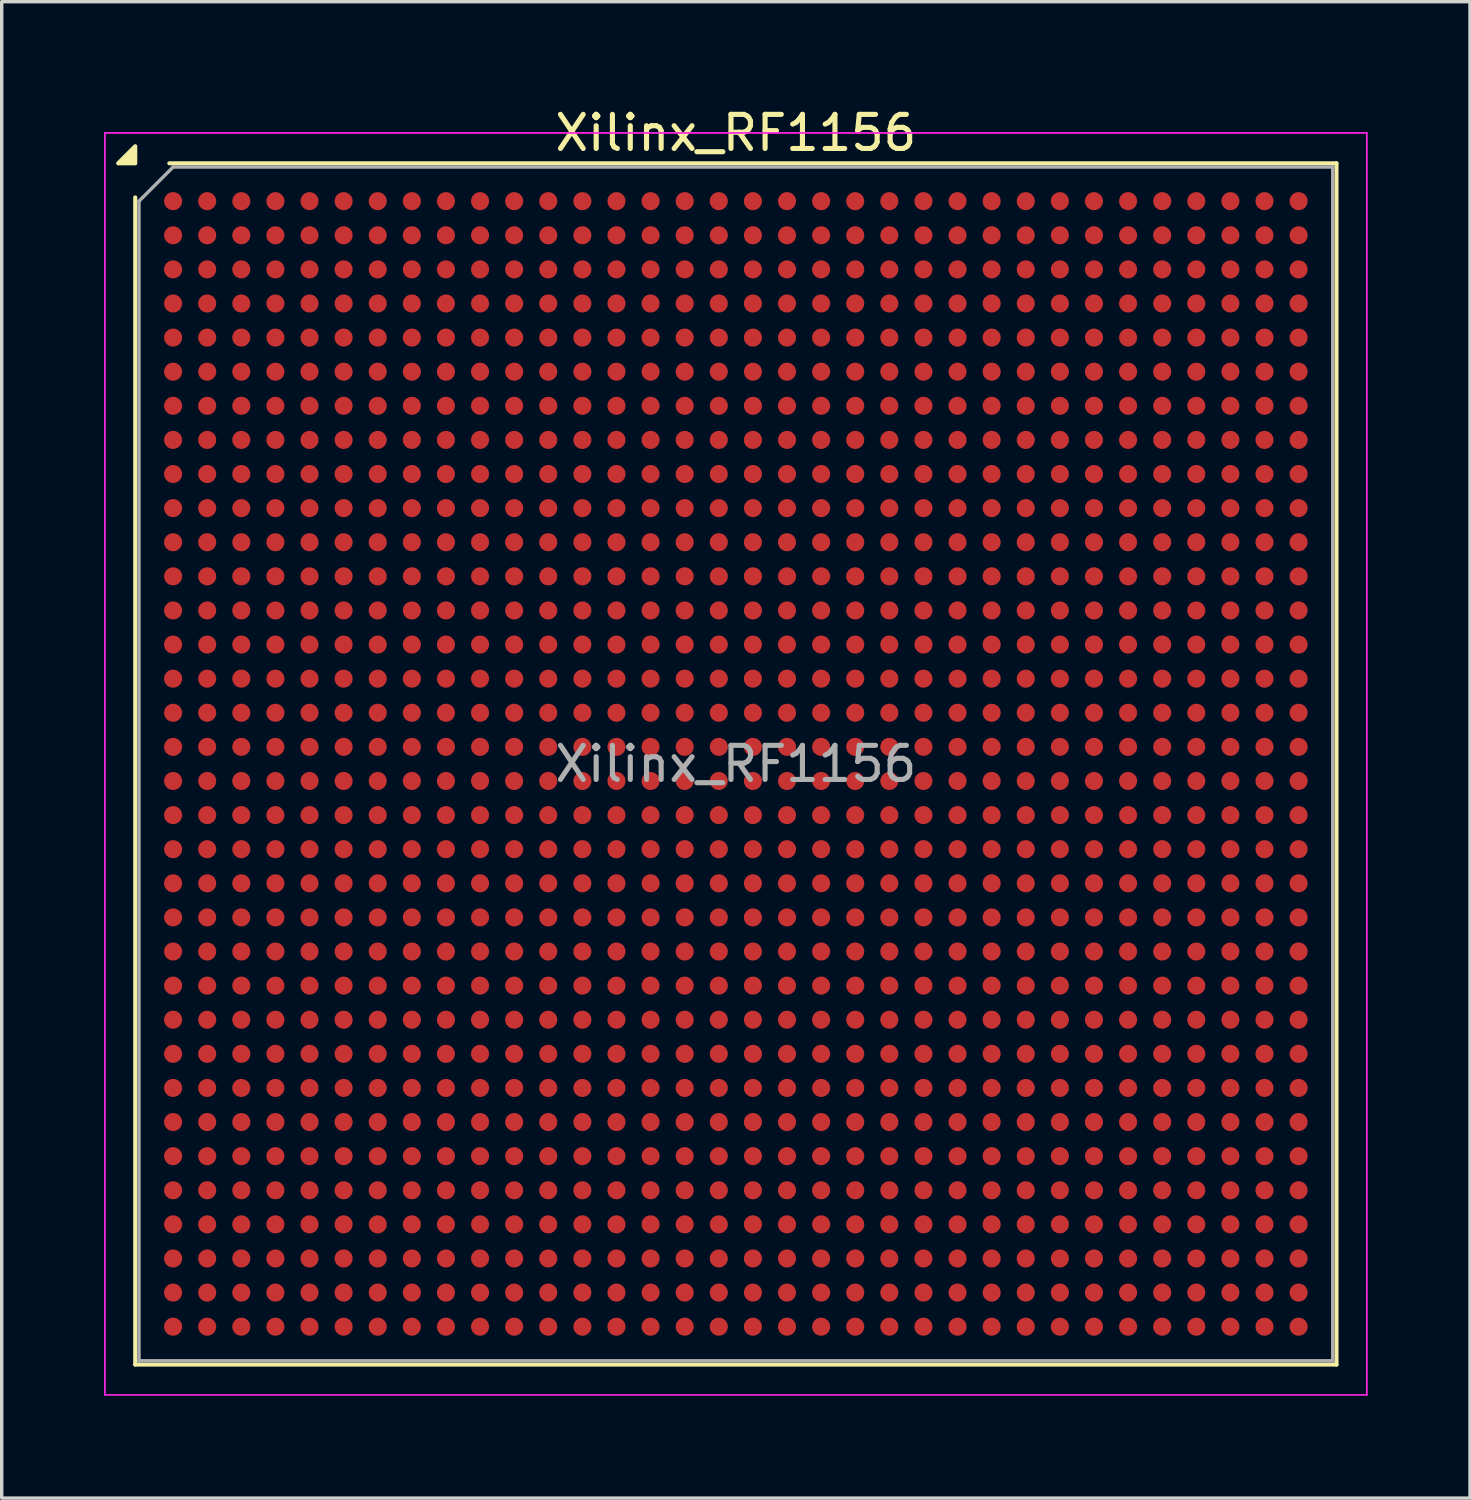
<source format=kicad_pcb>
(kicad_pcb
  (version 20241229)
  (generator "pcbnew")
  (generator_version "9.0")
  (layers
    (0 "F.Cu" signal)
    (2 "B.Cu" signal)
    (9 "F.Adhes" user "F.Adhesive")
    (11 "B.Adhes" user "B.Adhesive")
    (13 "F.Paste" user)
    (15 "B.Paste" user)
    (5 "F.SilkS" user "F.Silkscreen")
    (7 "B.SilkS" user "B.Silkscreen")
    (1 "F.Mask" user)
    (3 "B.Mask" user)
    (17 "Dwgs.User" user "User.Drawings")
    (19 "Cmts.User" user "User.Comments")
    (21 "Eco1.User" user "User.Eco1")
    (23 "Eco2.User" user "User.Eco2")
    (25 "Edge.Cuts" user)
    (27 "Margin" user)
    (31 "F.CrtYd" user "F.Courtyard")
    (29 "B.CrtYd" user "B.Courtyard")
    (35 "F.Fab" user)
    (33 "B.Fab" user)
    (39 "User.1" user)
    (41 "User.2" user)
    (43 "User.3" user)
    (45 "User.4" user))
  (footprint "Xilinx_RF1156"
    (layer "F.Cu")
    (at 18.525 19.348)
    (property "Reference" "Xilinx_RF1156" (at 0 -18.5 0) (layer "F.SilkS") (effects (font (size 1 1) (thickness 0.15))))
    (attr smd)
    (fp_line (start -17.61 17.61) (end -17.61 -16.61) (stroke (width 0.12) (type solid)) (layer "F.SilkS"))
    (fp_line (start -16.61 -17.61) (end 17.61 -17.61) (stroke (width 0.12) (type solid)) (layer "F.SilkS"))
    (fp_line (start 17.61 -17.61) (end 17.61 17.61) (stroke (width 0.12) (type solid)) (layer "F.SilkS"))
    (fp_line (start 17.61 17.61) (end -17.61 17.61) (stroke (width 0.12) (type solid)) (layer "F.SilkS"))
    (fp_poly (pts (xy -17.61 -17.61) (xy -18.11 -17.61) (xy -17.61 -18.11)) (stroke (width 0.12) (type solid)) (fill yes) (layer "F.SilkS"))
    (fp_line (start -18.5 -18.5) (end -18.5 18.5) (stroke (width 0.05) (type solid)) (layer "F.CrtYd"))
    (fp_line (start -18.5 18.5) (end 18.5 18.5) (stroke (width 0.05) (type solid)) (layer "F.CrtYd"))
    (fp_line (start 18.5 -18.5) (end -18.5 -18.5) (stroke (width 0.05) (type solid)) (layer "F.CrtYd"))
    (fp_line (start 18.5 18.5) (end 18.5 -18.5) (stroke (width 0.05) (type solid)) (layer "F.CrtYd"))
    (fp_line (start -17.5 -16.5) (end -16.5 -17.5) (stroke (width 0.1) (type solid)) (layer "F.Fab"))
    (fp_line (start -17.5 17.5) (end -17.5 -16.5) (stroke (width 0.1) (type solid)) (layer "F.Fab"))
    (fp_line (start -16.5 -17.5) (end 17.5 -17.5) (stroke (width 0.1) (type solid)) (layer "F.Fab"))
    (fp_line (start 17.5 -17.5) (end 17.5 17.5) (stroke (width 0.1) (type solid)) (layer "F.Fab"))
    (fp_line (start 17.5 17.5) (end -17.5 17.5) (stroke (width 0.1) (type solid)) (layer "F.Fab"))
    (fp_text user "${REFERENCE}" (at 0 0 0) (layer "F.Fab") (effects (font (size 1 1) (thickness 0.15))))
    (pad "A1" smd circle (at -16.5 -16.5) (size 0.53 0.53) (property pad_prop_bga) (layers "F.Cu" "F.Mask" "F.Paste"))
    (pad "A2" smd circle (at -15.5 -16.5) (size 0.53 0.53) (property pad_prop_bga) (layers "F.Cu" "F.Mask" "F.Paste"))
    (pad "A3" smd circle (at -14.5 -16.5) (size 0.53 0.53) (property pad_prop_bga) (layers "F.Cu" "F.Mask" "F.Paste"))
    (pad "A4" smd circle (at -13.5 -16.5) (size 0.53 0.53) (property pad_prop_bga) (layers "F.Cu" "F.Mask" "F.Paste"))
    (pad "A5" smd circle (at -12.5 -16.5) (size 0.53 0.53) (property pad_prop_bga) (layers "F.Cu" "F.Mask" "F.Paste"))
    (pad "A6" smd circle (at -11.5 -16.5) (size 0.53 0.53) (property pad_prop_bga) (layers "F.Cu" "F.Mask" "F.Paste"))
    (pad "A7" smd circle (at -10.5 -16.5) (size 0.53 0.53) (property pad_prop_bga) (layers "F.Cu" "F.Mask" "F.Paste"))
    (pad "A8" smd circle (at -9.5 -16.5) (size 0.53 0.53) (property pad_prop_bga) (layers "F.Cu" "F.Mask" "F.Paste"))
    (pad "A9" smd circle (at -8.5 -16.5) (size 0.53 0.53) (property pad_prop_bga) (layers "F.Cu" "F.Mask" "F.Paste"))
    (pad "A10" smd circle (at -7.5 -16.5) (size 0.53 0.53) (property pad_prop_bga) (layers "F.Cu" "F.Mask" "F.Paste"))
    (pad "A11" smd circle (at -6.5 -16.5) (size 0.53 0.53) (property pad_prop_bga) (layers "F.Cu" "F.Mask" "F.Paste"))
    (pad "A12" smd circle (at -5.5 -16.5) (size 0.53 0.53) (property pad_prop_bga) (layers "F.Cu" "F.Mask" "F.Paste"))
    (pad "A13" smd circle (at -4.5 -16.5) (size 0.53 0.53) (property pad_prop_bga) (layers "F.Cu" "F.Mask" "F.Paste"))
    (pad "A14" smd circle (at -3.5 -16.5) (size 0.53 0.53) (property pad_prop_bga) (layers "F.Cu" "F.Mask" "F.Paste"))
    (pad "A15" smd circle (at -2.5 -16.5) (size 0.53 0.53) (property pad_prop_bga) (layers "F.Cu" "F.Mask" "F.Paste"))
    (pad "A16" smd circle (at -1.5 -16.5) (size 0.53 0.53) (property pad_prop_bga) (layers "F.Cu" "F.Mask" "F.Paste"))
    (pad "A17" smd circle (at -0.5 -16.5) (size 0.53 0.53) (property pad_prop_bga) (layers "F.Cu" "F.Mask" "F.Paste"))
    (pad "A18" smd circle (at 0.5 -16.5) (size 0.53 0.53) (property pad_prop_bga) (layers "F.Cu" "F.Mask" "F.Paste"))
    (pad "A19" smd circle (at 1.5 -16.5) (size 0.53 0.53) (property pad_prop_bga) (layers "F.Cu" "F.Mask" "F.Paste"))
    (pad "A20" smd circle (at 2.5 -16.5) (size 0.53 0.53) (property pad_prop_bga) (layers "F.Cu" "F.Mask" "F.Paste"))
    (pad "A21" smd circle (at 3.5 -16.5) (size 0.53 0.53) (property pad_prop_bga) (layers "F.Cu" "F.Mask" "F.Paste"))
    (pad "A22" smd circle (at 4.5 -16.5) (size 0.53 0.53) (property pad_prop_bga) (layers "F.Cu" "F.Mask" "F.Paste"))
    (pad "A23" smd circle (at 5.5 -16.5) (size 0.53 0.53) (property pad_prop_bga) (layers "F.Cu" "F.Mask" "F.Paste"))
    (pad "A24" smd circle (at 6.5 -16.5) (size 0.53 0.53) (property pad_prop_bga) (layers "F.Cu" "F.Mask" "F.Paste"))
    (pad "A25" smd circle (at 7.5 -16.5) (size 0.53 0.53) (property pad_prop_bga) (layers "F.Cu" "F.Mask" "F.Paste"))
    (pad "A26" smd circle (at 8.5 -16.5) (size 0.53 0.53) (property pad_prop_bga) (layers "F.Cu" "F.Mask" "F.Paste"))
    (pad "A27" smd circle (at 9.5 -16.5) (size 0.53 0.53) (property pad_prop_bga) (layers "F.Cu" "F.Mask" "F.Paste"))
    (pad "A28" smd circle (at 10.5 -16.5) (size 0.53 0.53) (property pad_prop_bga) (layers "F.Cu" "F.Mask" "F.Paste"))
    (pad "A29" smd circle (at 11.5 -16.5) (size 0.53 0.53) (property pad_prop_bga) (layers "F.Cu" "F.Mask" "F.Paste"))
    (pad "A30" smd circle (at 12.5 -16.5) (size 0.53 0.53) (property pad_prop_bga) (layers "F.Cu" "F.Mask" "F.Paste"))
    (pad "A31" smd circle (at 13.5 -16.5) (size 0.53 0.53) (property pad_prop_bga) (layers "F.Cu" "F.Mask" "F.Paste"))
    (pad "A32" smd circle (at 14.5 -16.5) (size 0.53 0.53) (property pad_prop_bga) (layers "F.Cu" "F.Mask" "F.Paste"))
    (pad "A33" smd circle (at 15.5 -16.5) (size 0.53 0.53) (property pad_prop_bga) (layers "F.Cu" "F.Mask" "F.Paste"))
    (pad "A34" smd circle (at 16.5 -16.5) (size 0.53 0.53) (property pad_prop_bga) (layers "F.Cu" "F.Mask" "F.Paste"))
    (pad "AA1" smd circle (at -16.5 3.5) (size 0.53 0.53) (property pad_prop_bga) (layers "F.Cu" "F.Mask" "F.Paste"))
    (pad "AA2" smd circle (at -15.5 3.5) (size 0.53 0.53) (property pad_prop_bga) (layers "F.Cu" "F.Mask" "F.Paste"))
    (pad "AA3" smd circle (at -14.5 3.5) (size 0.53 0.53) (property pad_prop_bga) (layers "F.Cu" "F.Mask" "F.Paste"))
    (pad "AA4" smd circle (at -13.5 3.5) (size 0.53 0.53) (property pad_prop_bga) (layers "F.Cu" "F.Mask" "F.Paste"))
    (pad "AA5" smd circle (at -12.5 3.5) (size 0.53 0.53) (property pad_prop_bga) (layers "F.Cu" "F.Mask" "F.Paste"))
    (pad "AA6" smd circle (at -11.5 3.5) (size 0.53 0.53) (property pad_prop_bga) (layers "F.Cu" "F.Mask" "F.Paste"))
    (pad "AA7" smd circle (at -10.5 3.5) (size 0.53 0.53) (property pad_prop_bga) (layers "F.Cu" "F.Mask" "F.Paste"))
    (pad "AA8" smd circle (at -9.5 3.5) (size 0.53 0.53) (property pad_prop_bga) (layers "F.Cu" "F.Mask" "F.Paste"))
    (pad "AA9" smd circle (at -8.5 3.5) (size 0.53 0.53) (property pad_prop_bga) (layers "F.Cu" "F.Mask" "F.Paste"))
    (pad "AA10" smd circle (at -7.5 3.5) (size 0.53 0.53) (property pad_prop_bga) (layers "F.Cu" "F.Mask" "F.Paste"))
    (pad "AA11" smd circle (at -6.5 3.5) (size 0.53 0.53) (property pad_prop_bga) (layers "F.Cu" "F.Mask" "F.Paste"))
    (pad "AA12" smd circle (at -5.5 3.5) (size 0.53 0.53) (property pad_prop_bga) (layers "F.Cu" "F.Mask" "F.Paste"))
    (pad "AA13" smd circle (at -4.5 3.5) (size 0.53 0.53) (property pad_prop_bga) (layers "F.Cu" "F.Mask" "F.Paste"))
    (pad "AA14" smd circle (at -3.5 3.5) (size 0.53 0.53) (property pad_prop_bga) (layers "F.Cu" "F.Mask" "F.Paste"))
    (pad "AA15" smd circle (at -2.5 3.5) (size 0.53 0.53) (property pad_prop_bga) (layers "F.Cu" "F.Mask" "F.Paste"))
    (pad "AA16" smd circle (at -1.5 3.5) (size 0.53 0.53) (property pad_prop_bga) (layers "F.Cu" "F.Mask" "F.Paste"))
    (pad "AA17" smd circle (at -0.5 3.5) (size 0.53 0.53) (property pad_prop_bga) (layers "F.Cu" "F.Mask" "F.Paste"))
    (pad "AA18" smd circle (at 0.5 3.5) (size 0.53 0.53) (property pad_prop_bga) (layers "F.Cu" "F.Mask" "F.Paste"))
    (pad "AA19" smd circle (at 1.5 3.5) (size 0.53 0.53) (property pad_prop_bga) (layers "F.Cu" "F.Mask" "F.Paste"))
    (pad "AA20" smd circle (at 2.5 3.5) (size 0.53 0.53) (property pad_prop_bga) (layers "F.Cu" "F.Mask" "F.Paste"))
    (pad "AA21" smd circle (at 3.5 3.5) (size 0.53 0.53) (property pad_prop_bga) (layers "F.Cu" "F.Mask" "F.Paste"))
    (pad "AA22" smd circle (at 4.5 3.5) (size 0.53 0.53) (property pad_prop_bga) (layers "F.Cu" "F.Mask" "F.Paste"))
    (pad "AA23" smd circle (at 5.5 3.5) (size 0.53 0.53) (property pad_prop_bga) (layers "F.Cu" "F.Mask" "F.Paste"))
    (pad "AA24" smd circle (at 6.5 3.5) (size 0.53 0.53) (property pad_prop_bga) (layers "F.Cu" "F.Mask" "F.Paste"))
    (pad "AA25" smd circle (at 7.5 3.5) (size 0.53 0.53) (property pad_prop_bga) (layers "F.Cu" "F.Mask" "F.Paste"))
    (pad "AA26" smd circle (at 8.5 3.5) (size 0.53 0.53) (property pad_prop_bga) (layers "F.Cu" "F.Mask" "F.Paste"))
    (pad "AA27" smd circle (at 9.5 3.5) (size 0.53 0.53) (property pad_prop_bga) (layers "F.Cu" "F.Mask" "F.Paste"))
    (pad "AA28" smd circle (at 10.5 3.5) (size 0.53 0.53) (property pad_prop_bga) (layers "F.Cu" "F.Mask" "F.Paste"))
    (pad "AA29" smd circle (at 11.5 3.5) (size 0.53 0.53) (property pad_prop_bga) (layers "F.Cu" "F.Mask" "F.Paste"))
    (pad "AA30" smd circle (at 12.5 3.5) (size 0.53 0.53) (property pad_prop_bga) (layers "F.Cu" "F.Mask" "F.Paste"))
    (pad "AA31" smd circle (at 13.5 3.5) (size 0.53 0.53) (property pad_prop_bga) (layers "F.Cu" "F.Mask" "F.Paste"))
    (pad "AA32" smd circle (at 14.5 3.5) (size 0.53 0.53) (property pad_prop_bga) (layers "F.Cu" "F.Mask" "F.Paste"))
    (pad "AA33" smd circle (at 15.5 3.5) (size 0.53 0.53) (property pad_prop_bga) (layers "F.Cu" "F.Mask" "F.Paste"))
    (pad "AA34" smd circle (at 16.5 3.5) (size 0.53 0.53) (property pad_prop_bga) (layers "F.Cu" "F.Mask" "F.Paste"))
    (pad "AB1" smd circle (at -16.5 4.5) (size 0.53 0.53) (property pad_prop_bga) (layers "F.Cu" "F.Mask" "F.Paste"))
    (pad "AB2" smd circle (at -15.5 4.5) (size 0.53 0.53) (property pad_prop_bga) (layers "F.Cu" "F.Mask" "F.Paste"))
    (pad "AB3" smd circle (at -14.5 4.5) (size 0.53 0.53) (property pad_prop_bga) (layers "F.Cu" "F.Mask" "F.Paste"))
    (pad "AB4" smd circle (at -13.5 4.5) (size 0.53 0.53) (property pad_prop_bga) (layers "F.Cu" "F.Mask" "F.Paste"))
    (pad "AB5" smd circle (at -12.5 4.5) (size 0.53 0.53) (property pad_prop_bga) (layers "F.Cu" "F.Mask" "F.Paste"))
    (pad "AB6" smd circle (at -11.5 4.5) (size 0.53 0.53) (property pad_prop_bga) (layers "F.Cu" "F.Mask" "F.Paste"))
    (pad "AB7" smd circle (at -10.5 4.5) (size 0.53 0.53) (property pad_prop_bga) (layers "F.Cu" "F.Mask" "F.Paste"))
    (pad "AB8" smd circle (at -9.5 4.5) (size 0.53 0.53) (property pad_prop_bga) (layers "F.Cu" "F.Mask" "F.Paste"))
    (pad "AB9" smd circle (at -8.5 4.5) (size 0.53 0.53) (property pad_prop_bga) (layers "F.Cu" "F.Mask" "F.Paste"))
    (pad "AB10" smd circle (at -7.5 4.5) (size 0.53 0.53) (property pad_prop_bga) (layers "F.Cu" "F.Mask" "F.Paste"))
    (pad "AB11" smd circle (at -6.5 4.5) (size 0.53 0.53) (property pad_prop_bga) (layers "F.Cu" "F.Mask" "F.Paste"))
    (pad "AB12" smd circle (at -5.5 4.5) (size 0.53 0.53) (property pad_prop_bga) (layers "F.Cu" "F.Mask" "F.Paste"))
    (pad "AB13" smd circle (at -4.5 4.5) (size 0.53 0.53) (property pad_prop_bga) (layers "F.Cu" "F.Mask" "F.Paste"))
    (pad "AB14" smd circle (at -3.5 4.5) (size 0.53 0.53) (property pad_prop_bga) (layers "F.Cu" "F.Mask" "F.Paste"))
    (pad "AB15" smd circle (at -2.5 4.5) (size 0.53 0.53) (property pad_prop_bga) (layers "F.Cu" "F.Mask" "F.Paste"))
    (pad "AB16" smd circle (at -1.5 4.5) (size 0.53 0.53) (property pad_prop_bga) (layers "F.Cu" "F.Mask" "F.Paste"))
    (pad "AB17" smd circle (at -0.5 4.5) (size 0.53 0.53) (property pad_prop_bga) (layers "F.Cu" "F.Mask" "F.Paste"))
    (pad "AB18" smd circle (at 0.5 4.5) (size 0.53 0.53) (property pad_prop_bga) (layers "F.Cu" "F.Mask" "F.Paste"))
    (pad "AB19" smd circle (at 1.5 4.5) (size 0.53 0.53) (property pad_prop_bga) (layers "F.Cu" "F.Mask" "F.Paste"))
    (pad "AB20" smd circle (at 2.5 4.5) (size 0.53 0.53) (property pad_prop_bga) (layers "F.Cu" "F.Mask" "F.Paste"))
    (pad "AB21" smd circle (at 3.5 4.5) (size 0.53 0.53) (property pad_prop_bga) (layers "F.Cu" "F.Mask" "F.Paste"))
    (pad "AB22" smd circle (at 4.5 4.5) (size 0.53 0.53) (property pad_prop_bga) (layers "F.Cu" "F.Mask" "F.Paste"))
    (pad "AB23" smd circle (at 5.5 4.5) (size 0.53 0.53) (property pad_prop_bga) (layers "F.Cu" "F.Mask" "F.Paste"))
    (pad "AB24" smd circle (at 6.5 4.5) (size 0.53 0.53) (property pad_prop_bga) (layers "F.Cu" "F.Mask" "F.Paste"))
    (pad "AB25" smd circle (at 7.5 4.5) (size 0.53 0.53) (property pad_prop_bga) (layers "F.Cu" "F.Mask" "F.Paste"))
    (pad "AB26" smd circle (at 8.5 4.5) (size 0.53 0.53) (property pad_prop_bga) (layers "F.Cu" "F.Mask" "F.Paste"))
    (pad "AB27" smd circle (at 9.5 4.5) (size 0.53 0.53) (property pad_prop_bga) (layers "F.Cu" "F.Mask" "F.Paste"))
    (pad "AB28" smd circle (at 10.5 4.5) (size 0.53 0.53) (property pad_prop_bga) (layers "F.Cu" "F.Mask" "F.Paste"))
    (pad "AB29" smd circle (at 11.5 4.5) (size 0.53 0.53) (property pad_prop_bga) (layers "F.Cu" "F.Mask" "F.Paste"))
    (pad "AB30" smd circle (at 12.5 4.5) (size 0.53 0.53) (property pad_prop_bga) (layers "F.Cu" "F.Mask" "F.Paste"))
    (pad "AB31" smd circle (at 13.5 4.5) (size 0.53 0.53) (property pad_prop_bga) (layers "F.Cu" "F.Mask" "F.Paste"))
    (pad "AB32" smd circle (at 14.5 4.5) (size 0.53 0.53) (property pad_prop_bga) (layers "F.Cu" "F.Mask" "F.Paste"))
    (pad "AB33" smd circle (at 15.5 4.5) (size 0.53 0.53) (property pad_prop_bga) (layers "F.Cu" "F.Mask" "F.Paste"))
    (pad "AB34" smd circle (at 16.5 4.5) (size 0.53 0.53) (property pad_prop_bga) (layers "F.Cu" "F.Mask" "F.Paste"))
    (pad "AC1" smd circle (at -16.5 5.5) (size 0.53 0.53) (property pad_prop_bga) (layers "F.Cu" "F.Mask" "F.Paste"))
    (pad "AC2" smd circle (at -15.5 5.5) (size 0.53 0.53) (property pad_prop_bga) (layers "F.Cu" "F.Mask" "F.Paste"))
    (pad "AC3" smd circle (at -14.5 5.5) (size 0.53 0.53) (property pad_prop_bga) (layers "F.Cu" "F.Mask" "F.Paste"))
    (pad "AC4" smd circle (at -13.5 5.5) (size 0.53 0.53) (property pad_prop_bga) (layers "F.Cu" "F.Mask" "F.Paste"))
    (pad "AC5" smd circle (at -12.5 5.5) (size 0.53 0.53) (property pad_prop_bga) (layers "F.Cu" "F.Mask" "F.Paste"))
    (pad "AC6" smd circle (at -11.5 5.5) (size 0.53 0.53) (property pad_prop_bga) (layers "F.Cu" "F.Mask" "F.Paste"))
    (pad "AC7" smd circle (at -10.5 5.5) (size 0.53 0.53) (property pad_prop_bga) (layers "F.Cu" "F.Mask" "F.Paste"))
    (pad "AC8" smd circle (at -9.5 5.5) (size 0.53 0.53) (property pad_prop_bga) (layers "F.Cu" "F.Mask" "F.Paste"))
    (pad "AC9" smd circle (at -8.5 5.5) (size 0.53 0.53) (property pad_prop_bga) (layers "F.Cu" "F.Mask" "F.Paste"))
    (pad "AC10" smd circle (at -7.5 5.5) (size 0.53 0.53) (property pad_prop_bga) (layers "F.Cu" "F.Mask" "F.Paste"))
    (pad "AC11" smd circle (at -6.5 5.5) (size 0.53 0.53) (property pad_prop_bga) (layers "F.Cu" "F.Mask" "F.Paste"))
    (pad "AC12" smd circle (at -5.5 5.5) (size 0.53 0.53) (property pad_prop_bga) (layers "F.Cu" "F.Mask" "F.Paste"))
    (pad "AC13" smd circle (at -4.5 5.5) (size 0.53 0.53) (property pad_prop_bga) (layers "F.Cu" "F.Mask" "F.Paste"))
    (pad "AC14" smd circle (at -3.5 5.5) (size 0.53 0.53) (property pad_prop_bga) (layers "F.Cu" "F.Mask" "F.Paste"))
    (pad "AC15" smd circle (at -2.5 5.5) (size 0.53 0.53) (property pad_prop_bga) (layers "F.Cu" "F.Mask" "F.Paste"))
    (pad "AC16" smd circle (at -1.5 5.5) (size 0.53 0.53) (property pad_prop_bga) (layers "F.Cu" "F.Mask" "F.Paste"))
    (pad "AC17" smd circle (at -0.5 5.5) (size 0.53 0.53) (property pad_prop_bga) (layers "F.Cu" "F.Mask" "F.Paste"))
    (pad "AC18" smd circle (at 0.5 5.5) (size 0.53 0.53) (property pad_prop_bga) (layers "F.Cu" "F.Mask" "F.Paste"))
    (pad "AC19" smd circle (at 1.5 5.5) (size 0.53 0.53) (property pad_prop_bga) (layers "F.Cu" "F.Mask" "F.Paste"))
    (pad "AC20" smd circle (at 2.5 5.5) (size 0.53 0.53) (property pad_prop_bga) (layers "F.Cu" "F.Mask" "F.Paste"))
    (pad "AC21" smd circle (at 3.5 5.5) (size 0.53 0.53) (property pad_prop_bga) (layers "F.Cu" "F.Mask" "F.Paste"))
    (pad "AC22" smd circle (at 4.5 5.5) (size 0.53 0.53) (property pad_prop_bga) (layers "F.Cu" "F.Mask" "F.Paste"))
    (pad "AC23" smd circle (at 5.5 5.5) (size 0.53 0.53) (property pad_prop_bga) (layers "F.Cu" "F.Mask" "F.Paste"))
    (pad "AC24" smd circle (at 6.5 5.5) (size 0.53 0.53) (property pad_prop_bga) (layers "F.Cu" "F.Mask" "F.Paste"))
    (pad "AC25" smd circle (at 7.5 5.5) (size 0.53 0.53) (property pad_prop_bga) (layers "F.Cu" "F.Mask" "F.Paste"))
    (pad "AC26" smd circle (at 8.5 5.5) (size 0.53 0.53) (property pad_prop_bga) (layers "F.Cu" "F.Mask" "F.Paste"))
    (pad "AC27" smd circle (at 9.5 5.5) (size 0.53 0.53) (property pad_prop_bga) (layers "F.Cu" "F.Mask" "F.Paste"))
    (pad "AC28" smd circle (at 10.5 5.5) (size 0.53 0.53) (property pad_prop_bga) (layers "F.Cu" "F.Mask" "F.Paste"))
    (pad "AC29" smd circle (at 11.5 5.5) (size 0.53 0.53) (property pad_prop_bga) (layers "F.Cu" "F.Mask" "F.Paste"))
    (pad "AC30" smd circle (at 12.5 5.5) (size 0.53 0.53) (property pad_prop_bga) (layers "F.Cu" "F.Mask" "F.Paste"))
    (pad "AC31" smd circle (at 13.5 5.5) (size 0.53 0.53) (property pad_prop_bga) (layers "F.Cu" "F.Mask" "F.Paste"))
    (pad "AC32" smd circle (at 14.5 5.5) (size 0.53 0.53) (property pad_prop_bga) (layers "F.Cu" "F.Mask" "F.Paste"))
    (pad "AC33" smd circle (at 15.5 5.5) (size 0.53 0.53) (property pad_prop_bga) (layers "F.Cu" "F.Mask" "F.Paste"))
    (pad "AC34" smd circle (at 16.5 5.5) (size 0.53 0.53) (property pad_prop_bga) (layers "F.Cu" "F.Mask" "F.Paste"))
    (pad "AD1" smd circle (at -16.5 6.5) (size 0.53 0.53) (property pad_prop_bga) (layers "F.Cu" "F.Mask" "F.Paste"))
    (pad "AD2" smd circle (at -15.5 6.5) (size 0.53 0.53) (property pad_prop_bga) (layers "F.Cu" "F.Mask" "F.Paste"))
    (pad "AD3" smd circle (at -14.5 6.5) (size 0.53 0.53) (property pad_prop_bga) (layers "F.Cu" "F.Mask" "F.Paste"))
    (pad "AD4" smd circle (at -13.5 6.5) (size 0.53 0.53) (property pad_prop_bga) (layers "F.Cu" "F.Mask" "F.Paste"))
    (pad "AD5" smd circle (at -12.5 6.5) (size 0.53 0.53) (property pad_prop_bga) (layers "F.Cu" "F.Mask" "F.Paste"))
    (pad "AD6" smd circle (at -11.5 6.5) (size 0.53 0.53) (property pad_prop_bga) (layers "F.Cu" "F.Mask" "F.Paste"))
    (pad "AD7" smd circle (at -10.5 6.5) (size 0.53 0.53) (property pad_prop_bga) (layers "F.Cu" "F.Mask" "F.Paste"))
    (pad "AD8" smd circle (at -9.5 6.5) (size 0.53 0.53) (property pad_prop_bga) (layers "F.Cu" "F.Mask" "F.Paste"))
    (pad "AD9" smd circle (at -8.5 6.5) (size 0.53 0.53) (property pad_prop_bga) (layers "F.Cu" "F.Mask" "F.Paste"))
    (pad "AD10" smd circle (at -7.5 6.5) (size 0.53 0.53) (property pad_prop_bga) (layers "F.Cu" "F.Mask" "F.Paste"))
    (pad "AD11" smd circle (at -6.5 6.5) (size 0.53 0.53) (property pad_prop_bga) (layers "F.Cu" "F.Mask" "F.Paste"))
    (pad "AD12" smd circle (at -5.5 6.5) (size 0.53 0.53) (property pad_prop_bga) (layers "F.Cu" "F.Mask" "F.Paste"))
    (pad "AD13" smd circle (at -4.5 6.5) (size 0.53 0.53) (property pad_prop_bga) (layers "F.Cu" "F.Mask" "F.Paste"))
    (pad "AD14" smd circle (at -3.5 6.5) (size 0.53 0.53) (property pad_prop_bga) (layers "F.Cu" "F.Mask" "F.Paste"))
    (pad "AD15" smd circle (at -2.5 6.5) (size 0.53 0.53) (property pad_prop_bga) (layers "F.Cu" "F.Mask" "F.Paste"))
    (pad "AD16" smd circle (at -1.5 6.5) (size 0.53 0.53) (property pad_prop_bga) (layers "F.Cu" "F.Mask" "F.Paste"))
    (pad "AD17" smd circle (at -0.5 6.5) (size 0.53 0.53) (property pad_prop_bga) (layers "F.Cu" "F.Mask" "F.Paste"))
    (pad "AD18" smd circle (at 0.5 6.5) (size 0.53 0.53) (property pad_prop_bga) (layers "F.Cu" "F.Mask" "F.Paste"))
    (pad "AD19" smd circle (at 1.5 6.5) (size 0.53 0.53) (property pad_prop_bga) (layers "F.Cu" "F.Mask" "F.Paste"))
    (pad "AD20" smd circle (at 2.5 6.5) (size 0.53 0.53) (property pad_prop_bga) (layers "F.Cu" "F.Mask" "F.Paste"))
    (pad "AD21" smd circle (at 3.5 6.5) (size 0.53 0.53) (property pad_prop_bga) (layers "F.Cu" "F.Mask" "F.Paste"))
    (pad "AD22" smd circle (at 4.5 6.5) (size 0.53 0.53) (property pad_prop_bga) (layers "F.Cu" "F.Mask" "F.Paste"))
    (pad "AD23" smd circle (at 5.5 6.5) (size 0.53 0.53) (property pad_prop_bga) (layers "F.Cu" "F.Mask" "F.Paste"))
    (pad "AD24" smd circle (at 6.5 6.5) (size 0.53 0.53) (property pad_prop_bga) (layers "F.Cu" "F.Mask" "F.Paste"))
    (pad "AD25" smd circle (at 7.5 6.5) (size 0.53 0.53) (property pad_prop_bga) (layers "F.Cu" "F.Mask" "F.Paste"))
    (pad "AD26" smd circle (at 8.5 6.5) (size 0.53 0.53) (property pad_prop_bga) (layers "F.Cu" "F.Mask" "F.Paste"))
    (pad "AD27" smd circle (at 9.5 6.5) (size 0.53 0.53) (property pad_prop_bga) (layers "F.Cu" "F.Mask" "F.Paste"))
    (pad "AD28" smd circle (at 10.5 6.5) (size 0.53 0.53) (property pad_prop_bga) (layers "F.Cu" "F.Mask" "F.Paste"))
    (pad "AD29" smd circle (at 11.5 6.5) (size 0.53 0.53) (property pad_prop_bga) (layers "F.Cu" "F.Mask" "F.Paste"))
    (pad "AD30" smd circle (at 12.5 6.5) (size 0.53 0.53) (property pad_prop_bga) (layers "F.Cu" "F.Mask" "F.Paste"))
    (pad "AD31" smd circle (at 13.5 6.5) (size 0.53 0.53) (property pad_prop_bga) (layers "F.Cu" "F.Mask" "F.Paste"))
    (pad "AD32" smd circle (at 14.5 6.5) (size 0.53 0.53) (property pad_prop_bga) (layers "F.Cu" "F.Mask" "F.Paste"))
    (pad "AD33" smd circle (at 15.5 6.5) (size 0.53 0.53) (property pad_prop_bga) (layers "F.Cu" "F.Mask" "F.Paste"))
    (pad "AD34" smd circle (at 16.5 6.5) (size 0.53 0.53) (property pad_prop_bga) (layers "F.Cu" "F.Mask" "F.Paste"))
    (pad "AE1" smd circle (at -16.5 7.5) (size 0.53 0.53) (property pad_prop_bga) (layers "F.Cu" "F.Mask" "F.Paste"))
    (pad "AE2" smd circle (at -15.5 7.5) (size 0.53 0.53) (property pad_prop_bga) (layers "F.Cu" "F.Mask" "F.Paste"))
    (pad "AE3" smd circle (at -14.5 7.5) (size 0.53 0.53) (property pad_prop_bga) (layers "F.Cu" "F.Mask" "F.Paste"))
    (pad "AE4" smd circle (at -13.5 7.5) (size 0.53 0.53) (property pad_prop_bga) (layers "F.Cu" "F.Mask" "F.Paste"))
    (pad "AE5" smd circle (at -12.5 7.5) (size 0.53 0.53) (property pad_prop_bga) (layers "F.Cu" "F.Mask" "F.Paste"))
    (pad "AE6" smd circle (at -11.5 7.5) (size 0.53 0.53) (property pad_prop_bga) (layers "F.Cu" "F.Mask" "F.Paste"))
    (pad "AE7" smd circle (at -10.5 7.5) (size 0.53 0.53) (property pad_prop_bga) (layers "F.Cu" "F.Mask" "F.Paste"))
    (pad "AE8" smd circle (at -9.5 7.5) (size 0.53 0.53) (property pad_prop_bga) (layers "F.Cu" "F.Mask" "F.Paste"))
    (pad "AE9" smd circle (at -8.5 7.5) (size 0.53 0.53) (property pad_prop_bga) (layers "F.Cu" "F.Mask" "F.Paste"))
    (pad "AE10" smd circle (at -7.5 7.5) (size 0.53 0.53) (property pad_prop_bga) (layers "F.Cu" "F.Mask" "F.Paste"))
    (pad "AE11" smd circle (at -6.5 7.5) (size 0.53 0.53) (property pad_prop_bga) (layers "F.Cu" "F.Mask" "F.Paste"))
    (pad "AE12" smd circle (at -5.5 7.5) (size 0.53 0.53) (property pad_prop_bga) (layers "F.Cu" "F.Mask" "F.Paste"))
    (pad "AE13" smd circle (at -4.5 7.5) (size 0.53 0.53) (property pad_prop_bga) (layers "F.Cu" "F.Mask" "F.Paste"))
    (pad "AE14" smd circle (at -3.5 7.5) (size 0.53 0.53) (property pad_prop_bga) (layers "F.Cu" "F.Mask" "F.Paste"))
    (pad "AE15" smd circle (at -2.5 7.5) (size 0.53 0.53) (property pad_prop_bga) (layers "F.Cu" "F.Mask" "F.Paste"))
    (pad "AE16" smd circle (at -1.5 7.5) (size 0.53 0.53) (property pad_prop_bga) (layers "F.Cu" "F.Mask" "F.Paste"))
    (pad "AE17" smd circle (at -0.5 7.5) (size 0.53 0.53) (property pad_prop_bga) (layers "F.Cu" "F.Mask" "F.Paste"))
    (pad "AE18" smd circle (at 0.5 7.5) (size 0.53 0.53) (property pad_prop_bga) (layers "F.Cu" "F.Mask" "F.Paste"))
    (pad "AE19" smd circle (at 1.5 7.5) (size 0.53 0.53) (property pad_prop_bga) (layers "F.Cu" "F.Mask" "F.Paste"))
    (pad "AE20" smd circle (at 2.5 7.5) (size 0.53 0.53) (property pad_prop_bga) (layers "F.Cu" "F.Mask" "F.Paste"))
    (pad "AE21" smd circle (at 3.5 7.5) (size 0.53 0.53) (property pad_prop_bga) (layers "F.Cu" "F.Mask" "F.Paste"))
    (pad "AE22" smd circle (at 4.5 7.5) (size 0.53 0.53) (property pad_prop_bga) (layers "F.Cu" "F.Mask" "F.Paste"))
    (pad "AE23" smd circle (at 5.5 7.5) (size 0.53 0.53) (property pad_prop_bga) (layers "F.Cu" "F.Mask" "F.Paste"))
    (pad "AE24" smd circle (at 6.5 7.5) (size 0.53 0.53) (property pad_prop_bga) (layers "F.Cu" "F.Mask" "F.Paste"))
    (pad "AE25" smd circle (at 7.5 7.5) (size 0.53 0.53) (property pad_prop_bga) (layers "F.Cu" "F.Mask" "F.Paste"))
    (pad "AE26" smd circle (at 8.5 7.5) (size 0.53 0.53) (property pad_prop_bga) (layers "F.Cu" "F.Mask" "F.Paste"))
    (pad "AE27" smd circle (at 9.5 7.5) (size 0.53 0.53) (property pad_prop_bga) (layers "F.Cu" "F.Mask" "F.Paste"))
    (pad "AE28" smd circle (at 10.5 7.5) (size 0.53 0.53) (property pad_prop_bga) (layers "F.Cu" "F.Mask" "F.Paste"))
    (pad "AE29" smd circle (at 11.5 7.5) (size 0.53 0.53) (property pad_prop_bga) (layers "F.Cu" "F.Mask" "F.Paste"))
    (pad "AE30" smd circle (at 12.5 7.5) (size 0.53 0.53) (property pad_prop_bga) (layers "F.Cu" "F.Mask" "F.Paste"))
    (pad "AE31" smd circle (at 13.5 7.5) (size 0.53 0.53) (property pad_prop_bga) (layers "F.Cu" "F.Mask" "F.Paste"))
    (pad "AE32" smd circle (at 14.5 7.5) (size 0.53 0.53) (property pad_prop_bga) (layers "F.Cu" "F.Mask" "F.Paste"))
    (pad "AE33" smd circle (at 15.5 7.5) (size 0.53 0.53) (property pad_prop_bga) (layers "F.Cu" "F.Mask" "F.Paste"))
    (pad "AE34" smd circle (at 16.5 7.5) (size 0.53 0.53) (property pad_prop_bga) (layers "F.Cu" "F.Mask" "F.Paste"))
    (pad "AF1" smd circle (at -16.5 8.5) (size 0.53 0.53) (property pad_prop_bga) (layers "F.Cu" "F.Mask" "F.Paste"))
    (pad "AF2" smd circle (at -15.5 8.5) (size 0.53 0.53) (property pad_prop_bga) (layers "F.Cu" "F.Mask" "F.Paste"))
    (pad "AF3" smd circle (at -14.5 8.5) (size 0.53 0.53) (property pad_prop_bga) (layers "F.Cu" "F.Mask" "F.Paste"))
    (pad "AF4" smd circle (at -13.5 8.5) (size 0.53 0.53) (property pad_prop_bga) (layers "F.Cu" "F.Mask" "F.Paste"))
    (pad "AF5" smd circle (at -12.5 8.5) (size 0.53 0.53) (property pad_prop_bga) (layers "F.Cu" "F.Mask" "F.Paste"))
    (pad "AF6" smd circle (at -11.5 8.5) (size 0.53 0.53) (property pad_prop_bga) (layers "F.Cu" "F.Mask" "F.Paste"))
    (pad "AF7" smd circle (at -10.5 8.5) (size 0.53 0.53) (property pad_prop_bga) (layers "F.Cu" "F.Mask" "F.Paste"))
    (pad "AF8" smd circle (at -9.5 8.5) (size 0.53 0.53) (property pad_prop_bga) (layers "F.Cu" "F.Mask" "F.Paste"))
    (pad "AF9" smd circle (at -8.5 8.5) (size 0.53 0.53) (property pad_prop_bga) (layers "F.Cu" "F.Mask" "F.Paste"))
    (pad "AF10" smd circle (at -7.5 8.5) (size 0.53 0.53) (property pad_prop_bga) (layers "F.Cu" "F.Mask" "F.Paste"))
    (pad "AF11" smd circle (at -6.5 8.5) (size 0.53 0.53) (property pad_prop_bga) (layers "F.Cu" "F.Mask" "F.Paste"))
    (pad "AF12" smd circle (at -5.5 8.5) (size 0.53 0.53) (property pad_prop_bga) (layers "F.Cu" "F.Mask" "F.Paste"))
    (pad "AF13" smd circle (at -4.5 8.5) (size 0.53 0.53) (property pad_prop_bga) (layers "F.Cu" "F.Mask" "F.Paste"))
    (pad "AF14" smd circle (at -3.5 8.5) (size 0.53 0.53) (property pad_prop_bga) (layers "F.Cu" "F.Mask" "F.Paste"))
    (pad "AF15" smd circle (at -2.5 8.5) (size 0.53 0.53) (property pad_prop_bga) (layers "F.Cu" "F.Mask" "F.Paste"))
    (pad "AF16" smd circle (at -1.5 8.5) (size 0.53 0.53) (property pad_prop_bga) (layers "F.Cu" "F.Mask" "F.Paste"))
    (pad "AF17" smd circle (at -0.5 8.5) (size 0.53 0.53) (property pad_prop_bga) (layers "F.Cu" "F.Mask" "F.Paste"))
    (pad "AF18" smd circle (at 0.5 8.5) (size 0.53 0.53) (property pad_prop_bga) (layers "F.Cu" "F.Mask" "F.Paste"))
    (pad "AF19" smd circle (at 1.5 8.5) (size 0.53 0.53) (property pad_prop_bga) (layers "F.Cu" "F.Mask" "F.Paste"))
    (pad "AF20" smd circle (at 2.5 8.5) (size 0.53 0.53) (property pad_prop_bga) (layers "F.Cu" "F.Mask" "F.Paste"))
    (pad "AF21" smd circle (at 3.5 8.5) (size 0.53 0.53) (property pad_prop_bga) (layers "F.Cu" "F.Mask" "F.Paste"))
    (pad "AF22" smd circle (at 4.5 8.5) (size 0.53 0.53) (property pad_prop_bga) (layers "F.Cu" "F.Mask" "F.Paste"))
    (pad "AF23" smd circle (at 5.5 8.5) (size 0.53 0.53) (property pad_prop_bga) (layers "F.Cu" "F.Mask" "F.Paste"))
    (pad "AF24" smd circle (at 6.5 8.5) (size 0.53 0.53) (property pad_prop_bga) (layers "F.Cu" "F.Mask" "F.Paste"))
    (pad "AF25" smd circle (at 7.5 8.5) (size 0.53 0.53) (property pad_prop_bga) (layers "F.Cu" "F.Mask" "F.Paste"))
    (pad "AF26" smd circle (at 8.5 8.5) (size 0.53 0.53) (property pad_prop_bga) (layers "F.Cu" "F.Mask" "F.Paste"))
    (pad "AF27" smd circle (at 9.5 8.5) (size 0.53 0.53) (property pad_prop_bga) (layers "F.Cu" "F.Mask" "F.Paste"))
    (pad "AF28" smd circle (at 10.5 8.5) (size 0.53 0.53) (property pad_prop_bga) (layers "F.Cu" "F.Mask" "F.Paste"))
    (pad "AF29" smd circle (at 11.5 8.5) (size 0.53 0.53) (property pad_prop_bga) (layers "F.Cu" "F.Mask" "F.Paste"))
    (pad "AF30" smd circle (at 12.5 8.5) (size 0.53 0.53) (property pad_prop_bga) (layers "F.Cu" "F.Mask" "F.Paste"))
    (pad "AF31" smd circle (at 13.5 8.5) (size 0.53 0.53) (property pad_prop_bga) (layers "F.Cu" "F.Mask" "F.Paste"))
    (pad "AF32" smd circle (at 14.5 8.5) (size 0.53 0.53) (property pad_prop_bga) (layers "F.Cu" "F.Mask" "F.Paste"))
    (pad "AF33" smd circle (at 15.5 8.5) (size 0.53 0.53) (property pad_prop_bga) (layers "F.Cu" "F.Mask" "F.Paste"))
    (pad "AF34" smd circle (at 16.5 8.5) (size 0.53 0.53) (property pad_prop_bga) (layers "F.Cu" "F.Mask" "F.Paste"))
    (pad "AG1" smd circle (at -16.5 9.5) (size 0.53 0.53) (property pad_prop_bga) (layers "F.Cu" "F.Mask" "F.Paste"))
    (pad "AG2" smd circle (at -15.5 9.5) (size 0.53 0.53) (property pad_prop_bga) (layers "F.Cu" "F.Mask" "F.Paste"))
    (pad "AG3" smd circle (at -14.5 9.5) (size 0.53 0.53) (property pad_prop_bga) (layers "F.Cu" "F.Mask" "F.Paste"))
    (pad "AG4" smd circle (at -13.5 9.5) (size 0.53 0.53) (property pad_prop_bga) (layers "F.Cu" "F.Mask" "F.Paste"))
    (pad "AG5" smd circle (at -12.5 9.5) (size 0.53 0.53) (property pad_prop_bga) (layers "F.Cu" "F.Mask" "F.Paste"))
    (pad "AG6" smd circle (at -11.5 9.5) (size 0.53 0.53) (property pad_prop_bga) (layers "F.Cu" "F.Mask" "F.Paste"))
    (pad "AG7" smd circle (at -10.5 9.5) (size 0.53 0.53) (property pad_prop_bga) (layers "F.Cu" "F.Mask" "F.Paste"))
    (pad "AG8" smd circle (at -9.5 9.5) (size 0.53 0.53) (property pad_prop_bga) (layers "F.Cu" "F.Mask" "F.Paste"))
    (pad "AG9" smd circle (at -8.5 9.5) (size 0.53 0.53) (property pad_prop_bga) (layers "F.Cu" "F.Mask" "F.Paste"))
    (pad "AG10" smd circle (at -7.5 9.5) (size 0.53 0.53) (property pad_prop_bga) (layers "F.Cu" "F.Mask" "F.Paste"))
    (pad "AG11" smd circle (at -6.5 9.5) (size 0.53 0.53) (property pad_prop_bga) (layers "F.Cu" "F.Mask" "F.Paste"))
    (pad "AG12" smd circle (at -5.5 9.5) (size 0.53 0.53) (property pad_prop_bga) (layers "F.Cu" "F.Mask" "F.Paste"))
    (pad "AG13" smd circle (at -4.5 9.5) (size 0.53 0.53) (property pad_prop_bga) (layers "F.Cu" "F.Mask" "F.Paste"))
    (pad "AG14" smd circle (at -3.5 9.5) (size 0.53 0.53) (property pad_prop_bga) (layers "F.Cu" "F.Mask" "F.Paste"))
    (pad "AG15" smd circle (at -2.5 9.5) (size 0.53 0.53) (property pad_prop_bga) (layers "F.Cu" "F.Mask" "F.Paste"))
    (pad "AG16" smd circle (at -1.5 9.5) (size 0.53 0.53) (property pad_prop_bga) (layers "F.Cu" "F.Mask" "F.Paste"))
    (pad "AG17" smd circle (at -0.5 9.5) (size 0.53 0.53) (property pad_prop_bga) (layers "F.Cu" "F.Mask" "F.Paste"))
    (pad "AG18" smd circle (at 0.5 9.5) (size 0.53 0.53) (property pad_prop_bga) (layers "F.Cu" "F.Mask" "F.Paste"))
    (pad "AG19" smd circle (at 1.5 9.5) (size 0.53 0.53) (property pad_prop_bga) (layers "F.Cu" "F.Mask" "F.Paste"))
    (pad "AG20" smd circle (at 2.5 9.5) (size 0.53 0.53) (property pad_prop_bga) (layers "F.Cu" "F.Mask" "F.Paste"))
    (pad "AG21" smd circle (at 3.5 9.5) (size 0.53 0.53) (property pad_prop_bga) (layers "F.Cu" "F.Mask" "F.Paste"))
    (pad "AG22" smd circle (at 4.5 9.5) (size 0.53 0.53) (property pad_prop_bga) (layers "F.Cu" "F.Mask" "F.Paste"))
    (pad "AG23" smd circle (at 5.5 9.5) (size 0.53 0.53) (property pad_prop_bga) (layers "F.Cu" "F.Mask" "F.Paste"))
    (pad "AG24" smd circle (at 6.5 9.5) (size 0.53 0.53) (property pad_prop_bga) (layers "F.Cu" "F.Mask" "F.Paste"))
    (pad "AG25" smd circle (at 7.5 9.5) (size 0.53 0.53) (property pad_prop_bga) (layers "F.Cu" "F.Mask" "F.Paste"))
    (pad "AG26" smd circle (at 8.5 9.5) (size 0.53 0.53) (property pad_prop_bga) (layers "F.Cu" "F.Mask" "F.Paste"))
    (pad "AG27" smd circle (at 9.5 9.5) (size 0.53 0.53) (property pad_prop_bga) (layers "F.Cu" "F.Mask" "F.Paste"))
    (pad "AG28" smd circle (at 10.5 9.5) (size 0.53 0.53) (property pad_prop_bga) (layers "F.Cu" "F.Mask" "F.Paste"))
    (pad "AG29" smd circle (at 11.5 9.5) (size 0.53 0.53) (property pad_prop_bga) (layers "F.Cu" "F.Mask" "F.Paste"))
    (pad "AG30" smd circle (at 12.5 9.5) (size 0.53 0.53) (property pad_prop_bga) (layers "F.Cu" "F.Mask" "F.Paste"))
    (pad "AG31" smd circle (at 13.5 9.5) (size 0.53 0.53) (property pad_prop_bga) (layers "F.Cu" "F.Mask" "F.Paste"))
    (pad "AG32" smd circle (at 14.5 9.5) (size 0.53 0.53) (property pad_prop_bga) (layers "F.Cu" "F.Mask" "F.Paste"))
    (pad "AG33" smd circle (at 15.5 9.5) (size 0.53 0.53) (property pad_prop_bga) (layers "F.Cu" "F.Mask" "F.Paste"))
    (pad "AG34" smd circle (at 16.5 9.5) (size 0.53 0.53) (property pad_prop_bga) (layers "F.Cu" "F.Mask" "F.Paste"))
    (pad "AH1" smd circle (at -16.5 10.5) (size 0.53 0.53) (property pad_prop_bga) (layers "F.Cu" "F.Mask" "F.Paste"))
    (pad "AH2" smd circle (at -15.5 10.5) (size 0.53 0.53) (property pad_prop_bga) (layers "F.Cu" "F.Mask" "F.Paste"))
    (pad "AH3" smd circle (at -14.5 10.5) (size 0.53 0.53) (property pad_prop_bga) (layers "F.Cu" "F.Mask" "F.Paste"))
    (pad "AH4" smd circle (at -13.5 10.5) (size 0.53 0.53) (property pad_prop_bga) (layers "F.Cu" "F.Mask" "F.Paste"))
    (pad "AH5" smd circle (at -12.5 10.5) (size 0.53 0.53) (property pad_prop_bga) (layers "F.Cu" "F.Mask" "F.Paste"))
    (pad "AH6" smd circle (at -11.5 10.5) (size 0.53 0.53) (property pad_prop_bga) (layers "F.Cu" "F.Mask" "F.Paste"))
    (pad "AH7" smd circle (at -10.5 10.5) (size 0.53 0.53) (property pad_prop_bga) (layers "F.Cu" "F.Mask" "F.Paste"))
    (pad "AH8" smd circle (at -9.5 10.5) (size 0.53 0.53) (property pad_prop_bga) (layers "F.Cu" "F.Mask" "F.Paste"))
    (pad "AH9" smd circle (at -8.5 10.5) (size 0.53 0.53) (property pad_prop_bga) (layers "F.Cu" "F.Mask" "F.Paste"))
    (pad "AH10" smd circle (at -7.5 10.5) (size 0.53 0.53) (property pad_prop_bga) (layers "F.Cu" "F.Mask" "F.Paste"))
    (pad "AH11" smd circle (at -6.5 10.5) (size 0.53 0.53) (property pad_prop_bga) (layers "F.Cu" "F.Mask" "F.Paste"))
    (pad "AH12" smd circle (at -5.5 10.5) (size 0.53 0.53) (property pad_prop_bga) (layers "F.Cu" "F.Mask" "F.Paste"))
    (pad "AH13" smd circle (at -4.5 10.5) (size 0.53 0.53) (property pad_prop_bga) (layers "F.Cu" "F.Mask" "F.Paste"))
    (pad "AH14" smd circle (at -3.5 10.5) (size 0.53 0.53) (property pad_prop_bga) (layers "F.Cu" "F.Mask" "F.Paste"))
    (pad "AH15" smd circle (at -2.5 10.5) (size 0.53 0.53) (property pad_prop_bga) (layers "F.Cu" "F.Mask" "F.Paste"))
    (pad "AH16" smd circle (at -1.5 10.5) (size 0.53 0.53) (property pad_prop_bga) (layers "F.Cu" "F.Mask" "F.Paste"))
    (pad "AH17" smd circle (at -0.5 10.5) (size 0.53 0.53) (property pad_prop_bga) (layers "F.Cu" "F.Mask" "F.Paste"))
    (pad "AH18" smd circle (at 0.5 10.5) (size 0.53 0.53) (property pad_prop_bga) (layers "F.Cu" "F.Mask" "F.Paste"))
    (pad "AH19" smd circle (at 1.5 10.5) (size 0.53 0.53) (property pad_prop_bga) (layers "F.Cu" "F.Mask" "F.Paste"))
    (pad "AH20" smd circle (at 2.5 10.5) (size 0.53 0.53) (property pad_prop_bga) (layers "F.Cu" "F.Mask" "F.Paste"))
    (pad "AH21" smd circle (at 3.5 10.5) (size 0.53 0.53) (property pad_prop_bga) (layers "F.Cu" "F.Mask" "F.Paste"))
    (pad "AH22" smd circle (at 4.5 10.5) (size 0.53 0.53) (property pad_prop_bga) (layers "F.Cu" "F.Mask" "F.Paste"))
    (pad "AH23" smd circle (at 5.5 10.5) (size 0.53 0.53) (property pad_prop_bga) (layers "F.Cu" "F.Mask" "F.Paste"))
    (pad "AH24" smd circle (at 6.5 10.5) (size 0.53 0.53) (property pad_prop_bga) (layers "F.Cu" "F.Mask" "F.Paste"))
    (pad "AH25" smd circle (at 7.5 10.5) (size 0.53 0.53) (property pad_prop_bga) (layers "F.Cu" "F.Mask" "F.Paste"))
    (pad "AH26" smd circle (at 8.5 10.5) (size 0.53 0.53) (property pad_prop_bga) (layers "F.Cu" "F.Mask" "F.Paste"))
    (pad "AH27" smd circle (at 9.5 10.5) (size 0.53 0.53) (property pad_prop_bga) (layers "F.Cu" "F.Mask" "F.Paste"))
    (pad "AH28" smd circle (at 10.5 10.5) (size 0.53 0.53) (property pad_prop_bga) (layers "F.Cu" "F.Mask" "F.Paste"))
    (pad "AH29" smd circle (at 11.5 10.5) (size 0.53 0.53) (property pad_prop_bga) (layers "F.Cu" "F.Mask" "F.Paste"))
    (pad "AH30" smd circle (at 12.5 10.5) (size 0.53 0.53) (property pad_prop_bga) (layers "F.Cu" "F.Mask" "F.Paste"))
    (pad "AH31" smd circle (at 13.5 10.5) (size 0.53 0.53) (property pad_prop_bga) (layers "F.Cu" "F.Mask" "F.Paste"))
    (pad "AH32" smd circle (at 14.5 10.5) (size 0.53 0.53) (property pad_prop_bga) (layers "F.Cu" "F.Mask" "F.Paste"))
    (pad "AH33" smd circle (at 15.5 10.5) (size 0.53 0.53) (property pad_prop_bga) (layers "F.Cu" "F.Mask" "F.Paste"))
    (pad "AH34" smd circle (at 16.5 10.5) (size 0.53 0.53) (property pad_prop_bga) (layers "F.Cu" "F.Mask" "F.Paste"))
    (pad "AJ1" smd circle (at -16.5 11.5) (size 0.53 0.53) (property pad_prop_bga) (layers "F.Cu" "F.Mask" "F.Paste"))
    (pad "AJ2" smd circle (at -15.5 11.5) (size 0.53 0.53) (property pad_prop_bga) (layers "F.Cu" "F.Mask" "F.Paste"))
    (pad "AJ3" smd circle (at -14.5 11.5) (size 0.53 0.53) (property pad_prop_bga) (layers "F.Cu" "F.Mask" "F.Paste"))
    (pad "AJ4" smd circle (at -13.5 11.5) (size 0.53 0.53) (property pad_prop_bga) (layers "F.Cu" "F.Mask" "F.Paste"))
    (pad "AJ5" smd circle (at -12.5 11.5) (size 0.53 0.53) (property pad_prop_bga) (layers "F.Cu" "F.Mask" "F.Paste"))
    (pad "AJ6" smd circle (at -11.5 11.5) (size 0.53 0.53) (property pad_prop_bga) (layers "F.Cu" "F.Mask" "F.Paste"))
    (pad "AJ7" smd circle (at -10.5 11.5) (size 0.53 0.53) (property pad_prop_bga) (layers "F.Cu" "F.Mask" "F.Paste"))
    (pad "AJ8" smd circle (at -9.5 11.5) (size 0.53 0.53) (property pad_prop_bga) (layers "F.Cu" "F.Mask" "F.Paste"))
    (pad "AJ9" smd circle (at -8.5 11.5) (size 0.53 0.53) (property pad_prop_bga) (layers "F.Cu" "F.Mask" "F.Paste"))
    (pad "AJ10" smd circle (at -7.5 11.5) (size 0.53 0.53) (property pad_prop_bga) (layers "F.Cu" "F.Mask" "F.Paste"))
    (pad "AJ11" smd circle (at -6.5 11.5) (size 0.53 0.53) (property pad_prop_bga) (layers "F.Cu" "F.Mask" "F.Paste"))
    (pad "AJ12" smd circle (at -5.5 11.5) (size 0.53 0.53) (property pad_prop_bga) (layers "F.Cu" "F.Mask" "F.Paste"))
    (pad "AJ13" smd circle (at -4.5 11.5) (size 0.53 0.53) (property pad_prop_bga) (layers "F.Cu" "F.Mask" "F.Paste"))
    (pad "AJ14" smd circle (at -3.5 11.5) (size 0.53 0.53) (property pad_prop_bga) (layers "F.Cu" "F.Mask" "F.Paste"))
    (pad "AJ15" smd circle (at -2.5 11.5) (size 0.53 0.53) (property pad_prop_bga) (layers "F.Cu" "F.Mask" "F.Paste"))
    (pad "AJ16" smd circle (at -1.5 11.5) (size 0.53 0.53) (property pad_prop_bga) (layers "F.Cu" "F.Mask" "F.Paste"))
    (pad "AJ17" smd circle (at -0.5 11.5) (size 0.53 0.53) (property pad_prop_bga) (layers "F.Cu" "F.Mask" "F.Paste"))
    (pad "AJ18" smd circle (at 0.5 11.5) (size 0.53 0.53) (property pad_prop_bga) (layers "F.Cu" "F.Mask" "F.Paste"))
    (pad "AJ19" smd circle (at 1.5 11.5) (size 0.53 0.53) (property pad_prop_bga) (layers "F.Cu" "F.Mask" "F.Paste"))
    (pad "AJ20" smd circle (at 2.5 11.5) (size 0.53 0.53) (property pad_prop_bga) (layers "F.Cu" "F.Mask" "F.Paste"))
    (pad "AJ21" smd circle (at 3.5 11.5) (size 0.53 0.53) (property pad_prop_bga) (layers "F.Cu" "F.Mask" "F.Paste"))
    (pad "AJ22" smd circle (at 4.5 11.5) (size 0.53 0.53) (property pad_prop_bga) (layers "F.Cu" "F.Mask" "F.Paste"))
    (pad "AJ23" smd circle (at 5.5 11.5) (size 0.53 0.53) (property pad_prop_bga) (layers "F.Cu" "F.Mask" "F.Paste"))
    (pad "AJ24" smd circle (at 6.5 11.5) (size 0.53 0.53) (property pad_prop_bga) (layers "F.Cu" "F.Mask" "F.Paste"))
    (pad "AJ25" smd circle (at 7.5 11.5) (size 0.53 0.53) (property pad_prop_bga) (layers "F.Cu" "F.Mask" "F.Paste"))
    (pad "AJ26" smd circle (at 8.5 11.5) (size 0.53 0.53) (property pad_prop_bga) (layers "F.Cu" "F.Mask" "F.Paste"))
    (pad "AJ27" smd circle (at 9.5 11.5) (size 0.53 0.53) (property pad_prop_bga) (layers "F.Cu" "F.Mask" "F.Paste"))
    (pad "AJ28" smd circle (at 10.5 11.5) (size 0.53 0.53) (property pad_prop_bga) (layers "F.Cu" "F.Mask" "F.Paste"))
    (pad "AJ29" smd circle (at 11.5 11.5) (size 0.53 0.53) (property pad_prop_bga) (layers "F.Cu" "F.Mask" "F.Paste"))
    (pad "AJ30" smd circle (at 12.5 11.5) (size 0.53 0.53) (property pad_prop_bga) (layers "F.Cu" "F.Mask" "F.Paste"))
    (pad "AJ31" smd circle (at 13.5 11.5) (size 0.53 0.53) (property pad_prop_bga) (layers "F.Cu" "F.Mask" "F.Paste"))
    (pad "AJ32" smd circle (at 14.5 11.5) (size 0.53 0.53) (property pad_prop_bga) (layers "F.Cu" "F.Mask" "F.Paste"))
    (pad "AJ33" smd circle (at 15.5 11.5) (size 0.53 0.53) (property pad_prop_bga) (layers "F.Cu" "F.Mask" "F.Paste"))
    (pad "AJ34" smd circle (at 16.5 11.5) (size 0.53 0.53) (property pad_prop_bga) (layers "F.Cu" "F.Mask" "F.Paste"))
    (pad "AK1" smd circle (at -16.5 12.5) (size 0.53 0.53) (property pad_prop_bga) (layers "F.Cu" "F.Mask" "F.Paste"))
    (pad "AK2" smd circle (at -15.5 12.5) (size 0.53 0.53) (property pad_prop_bga) (layers "F.Cu" "F.Mask" "F.Paste"))
    (pad "AK3" smd circle (at -14.5 12.5) (size 0.53 0.53) (property pad_prop_bga) (layers "F.Cu" "F.Mask" "F.Paste"))
    (pad "AK4" smd circle (at -13.5 12.5) (size 0.53 0.53) (property pad_prop_bga) (layers "F.Cu" "F.Mask" "F.Paste"))
    (pad "AK5" smd circle (at -12.5 12.5) (size 0.53 0.53) (property pad_prop_bga) (layers "F.Cu" "F.Mask" "F.Paste"))
    (pad "AK6" smd circle (at -11.5 12.5) (size 0.53 0.53) (property pad_prop_bga) (layers "F.Cu" "F.Mask" "F.Paste"))
    (pad "AK7" smd circle (at -10.5 12.5) (size 0.53 0.53) (property pad_prop_bga) (layers "F.Cu" "F.Mask" "F.Paste"))
    (pad "AK8" smd circle (at -9.5 12.5) (size 0.53 0.53) (property pad_prop_bga) (layers "F.Cu" "F.Mask" "F.Paste"))
    (pad "AK9" smd circle (at -8.5 12.5) (size 0.53 0.53) (property pad_prop_bga) (layers "F.Cu" "F.Mask" "F.Paste"))
    (pad "AK10" smd circle (at -7.5 12.5) (size 0.53 0.53) (property pad_prop_bga) (layers "F.Cu" "F.Mask" "F.Paste"))
    (pad "AK11" smd circle (at -6.5 12.5) (size 0.53 0.53) (property pad_prop_bga) (layers "F.Cu" "F.Mask" "F.Paste"))
    (pad "AK12" smd circle (at -5.5 12.5) (size 0.53 0.53) (property pad_prop_bga) (layers "F.Cu" "F.Mask" "F.Paste"))
    (pad "AK13" smd circle (at -4.5 12.5) (size 0.53 0.53) (property pad_prop_bga) (layers "F.Cu" "F.Mask" "F.Paste"))
    (pad "AK14" smd circle (at -3.5 12.5) (size 0.53 0.53) (property pad_prop_bga) (layers "F.Cu" "F.Mask" "F.Paste"))
    (pad "AK15" smd circle (at -2.5 12.5) (size 0.53 0.53) (property pad_prop_bga) (layers "F.Cu" "F.Mask" "F.Paste"))
    (pad "AK16" smd circle (at -1.5 12.5) (size 0.53 0.53) (property pad_prop_bga) (layers "F.Cu" "F.Mask" "F.Paste"))
    (pad "AK17" smd circle (at -0.5 12.5) (size 0.53 0.53) (property pad_prop_bga) (layers "F.Cu" "F.Mask" "F.Paste"))
    (pad "AK18" smd circle (at 0.5 12.5) (size 0.53 0.53) (property pad_prop_bga) (layers "F.Cu" "F.Mask" "F.Paste"))
    (pad "AK19" smd circle (at 1.5 12.5) (size 0.53 0.53) (property pad_prop_bga) (layers "F.Cu" "F.Mask" "F.Paste"))
    (pad "AK20" smd circle (at 2.5 12.5) (size 0.53 0.53) (property pad_prop_bga) (layers "F.Cu" "F.Mask" "F.Paste"))
    (pad "AK21" smd circle (at 3.5 12.5) (size 0.53 0.53) (property pad_prop_bga) (layers "F.Cu" "F.Mask" "F.Paste"))
    (pad "AK22" smd circle (at 4.5 12.5) (size 0.53 0.53) (property pad_prop_bga) (layers "F.Cu" "F.Mask" "F.Paste"))
    (pad "AK23" smd circle (at 5.5 12.5) (size 0.53 0.53) (property pad_prop_bga) (layers "F.Cu" "F.Mask" "F.Paste"))
    (pad "AK24" smd circle (at 6.5 12.5) (size 0.53 0.53) (property pad_prop_bga) (layers "F.Cu" "F.Mask" "F.Paste"))
    (pad "AK25" smd circle (at 7.5 12.5) (size 0.53 0.53) (property pad_prop_bga) (layers "F.Cu" "F.Mask" "F.Paste"))
    (pad "AK26" smd circle (at 8.5 12.5) (size 0.53 0.53) (property pad_prop_bga) (layers "F.Cu" "F.Mask" "F.Paste"))
    (pad "AK27" smd circle (at 9.5 12.5) (size 0.53 0.53) (property pad_prop_bga) (layers "F.Cu" "F.Mask" "F.Paste"))
    (pad "AK28" smd circle (at 10.5 12.5) (size 0.53 0.53) (property pad_prop_bga) (layers "F.Cu" "F.Mask" "F.Paste"))
    (pad "AK29" smd circle (at 11.5 12.5) (size 0.53 0.53) (property pad_prop_bga) (layers "F.Cu" "F.Mask" "F.Paste"))
    (pad "AK30" smd circle (at 12.5 12.5) (size 0.53 0.53) (property pad_prop_bga) (layers "F.Cu" "F.Mask" "F.Paste"))
    (pad "AK31" smd circle (at 13.5 12.5) (size 0.53 0.53) (property pad_prop_bga) (layers "F.Cu" "F.Mask" "F.Paste"))
    (pad "AK32" smd circle (at 14.5 12.5) (size 0.53 0.53) (property pad_prop_bga) (layers "F.Cu" "F.Mask" "F.Paste"))
    (pad "AK33" smd circle (at 15.5 12.5) (size 0.53 0.53) (property pad_prop_bga) (layers "F.Cu" "F.Mask" "F.Paste"))
    (pad "AK34" smd circle (at 16.5 12.5) (size 0.53 0.53) (property pad_prop_bga) (layers "F.Cu" "F.Mask" "F.Paste"))
    (pad "AL1" smd circle (at -16.5 13.5) (size 0.53 0.53) (property pad_prop_bga) (layers "F.Cu" "F.Mask" "F.Paste"))
    (pad "AL2" smd circle (at -15.5 13.5) (size 0.53 0.53) (property pad_prop_bga) (layers "F.Cu" "F.Mask" "F.Paste"))
    (pad "AL3" smd circle (at -14.5 13.5) (size 0.53 0.53) (property pad_prop_bga) (layers "F.Cu" "F.Mask" "F.Paste"))
    (pad "AL4" smd circle (at -13.5 13.5) (size 0.53 0.53) (property pad_prop_bga) (layers "F.Cu" "F.Mask" "F.Paste"))
    (pad "AL5" smd circle (at -12.5 13.5) (size 0.53 0.53) (property pad_prop_bga) (layers "F.Cu" "F.Mask" "F.Paste"))
    (pad "AL6" smd circle (at -11.5 13.5) (size 0.53 0.53) (property pad_prop_bga) (layers "F.Cu" "F.Mask" "F.Paste"))
    (pad "AL7" smd circle (at -10.5 13.5) (size 0.53 0.53) (property pad_prop_bga) (layers "F.Cu" "F.Mask" "F.Paste"))
    (pad "AL8" smd circle (at -9.5 13.5) (size 0.53 0.53) (property pad_prop_bga) (layers "F.Cu" "F.Mask" "F.Paste"))
    (pad "AL9" smd circle (at -8.5 13.5) (size 0.53 0.53) (property pad_prop_bga) (layers "F.Cu" "F.Mask" "F.Paste"))
    (pad "AL10" smd circle (at -7.5 13.5) (size 0.53 0.53) (property pad_prop_bga) (layers "F.Cu" "F.Mask" "F.Paste"))
    (pad "AL11" smd circle (at -6.5 13.5) (size 0.53 0.53) (property pad_prop_bga) (layers "F.Cu" "F.Mask" "F.Paste"))
    (pad "AL12" smd circle (at -5.5 13.5) (size 0.53 0.53) (property pad_prop_bga) (layers "F.Cu" "F.Mask" "F.Paste"))
    (pad "AL13" smd circle (at -4.5 13.5) (size 0.53 0.53) (property pad_prop_bga) (layers "F.Cu" "F.Mask" "F.Paste"))
    (pad "AL14" smd circle (at -3.5 13.5) (size 0.53 0.53) (property pad_prop_bga) (layers "F.Cu" "F.Mask" "F.Paste"))
    (pad "AL15" smd circle (at -2.5 13.5) (size 0.53 0.53) (property pad_prop_bga) (layers "F.Cu" "F.Mask" "F.Paste"))
    (pad "AL16" smd circle (at -1.5 13.5) (size 0.53 0.53) (property pad_prop_bga) (layers "F.Cu" "F.Mask" "F.Paste"))
    (pad "AL17" smd circle (at -0.5 13.5) (size 0.53 0.53) (property pad_prop_bga) (layers "F.Cu" "F.Mask" "F.Paste"))
    (pad "AL18" smd circle (at 0.5 13.5) (size 0.53 0.53) (property pad_prop_bga) (layers "F.Cu" "F.Mask" "F.Paste"))
    (pad "AL19" smd circle (at 1.5 13.5) (size 0.53 0.53) (property pad_prop_bga) (layers "F.Cu" "F.Mask" "F.Paste"))
    (pad "AL20" smd circle (at 2.5 13.5) (size 0.53 0.53) (property pad_prop_bga) (layers "F.Cu" "F.Mask" "F.Paste"))
    (pad "AL21" smd circle (at 3.5 13.5) (size 0.53 0.53) (property pad_prop_bga) (layers "F.Cu" "F.Mask" "F.Paste"))
    (pad "AL22" smd circle (at 4.5 13.5) (size 0.53 0.53) (property pad_prop_bga) (layers "F.Cu" "F.Mask" "F.Paste"))
    (pad "AL23" smd circle (at 5.5 13.5) (size 0.53 0.53) (property pad_prop_bga) (layers "F.Cu" "F.Mask" "F.Paste"))
    (pad "AL24" smd circle (at 6.5 13.5) (size 0.53 0.53) (property pad_prop_bga) (layers "F.Cu" "F.Mask" "F.Paste"))
    (pad "AL25" smd circle (at 7.5 13.5) (size 0.53 0.53) (property pad_prop_bga) (layers "F.Cu" "F.Mask" "F.Paste"))
    (pad "AL26" smd circle (at 8.5 13.5) (size 0.53 0.53) (property pad_prop_bga) (layers "F.Cu" "F.Mask" "F.Paste"))
    (pad "AL27" smd circle (at 9.5 13.5) (size 0.53 0.53) (property pad_prop_bga) (layers "F.Cu" "F.Mask" "F.Paste"))
    (pad "AL28" smd circle (at 10.5 13.5) (size 0.53 0.53) (property pad_prop_bga) (layers "F.Cu" "F.Mask" "F.Paste"))
    (pad "AL29" smd circle (at 11.5 13.5) (size 0.53 0.53) (property pad_prop_bga) (layers "F.Cu" "F.Mask" "F.Paste"))
    (pad "AL30" smd circle (at 12.5 13.5) (size 0.53 0.53) (property pad_prop_bga) (layers "F.Cu" "F.Mask" "F.Paste"))
    (pad "AL31" smd circle (at 13.5 13.5) (size 0.53 0.53) (property pad_prop_bga) (layers "F.Cu" "F.Mask" "F.Paste"))
    (pad "AL32" smd circle (at 14.5 13.5) (size 0.53 0.53) (property pad_prop_bga) (layers "F.Cu" "F.Mask" "F.Paste"))
    (pad "AL33" smd circle (at 15.5 13.5) (size 0.53 0.53) (property pad_prop_bga) (layers "F.Cu" "F.Mask" "F.Paste"))
    (pad "AL34" smd circle (at 16.5 13.5) (size 0.53 0.53) (property pad_prop_bga) (layers "F.Cu" "F.Mask" "F.Paste"))
    (pad "AM1" smd circle (at -16.5 14.5) (size 0.53 0.53) (property pad_prop_bga) (layers "F.Cu" "F.Mask" "F.Paste"))
    (pad "AM2" smd circle (at -15.5 14.5) (size 0.53 0.53) (property pad_prop_bga) (layers "F.Cu" "F.Mask" "F.Paste"))
    (pad "AM3" smd circle (at -14.5 14.5) (size 0.53 0.53) (property pad_prop_bga) (layers "F.Cu" "F.Mask" "F.Paste"))
    (pad "AM4" smd circle (at -13.5 14.5) (size 0.53 0.53) (property pad_prop_bga) (layers "F.Cu" "F.Mask" "F.Paste"))
    (pad "AM5" smd circle (at -12.5 14.5) (size 0.53 0.53) (property pad_prop_bga) (layers "F.Cu" "F.Mask" "F.Paste"))
    (pad "AM6" smd circle (at -11.5 14.5) (size 0.53 0.53) (property pad_prop_bga) (layers "F.Cu" "F.Mask" "F.Paste"))
    (pad "AM7" smd circle (at -10.5 14.5) (size 0.53 0.53) (property pad_prop_bga) (layers "F.Cu" "F.Mask" "F.Paste"))
    (pad "AM8" smd circle (at -9.5 14.5) (size 0.53 0.53) (property pad_prop_bga) (layers "F.Cu" "F.Mask" "F.Paste"))
    (pad "AM9" smd circle (at -8.5 14.5) (size 0.53 0.53) (property pad_prop_bga) (layers "F.Cu" "F.Mask" "F.Paste"))
    (pad "AM10" smd circle (at -7.5 14.5) (size 0.53 0.53) (property pad_prop_bga) (layers "F.Cu" "F.Mask" "F.Paste"))
    (pad "AM11" smd circle (at -6.5 14.5) (size 0.53 0.53) (property pad_prop_bga) (layers "F.Cu" "F.Mask" "F.Paste"))
    (pad "AM12" smd circle (at -5.5 14.5) (size 0.53 0.53) (property pad_prop_bga) (layers "F.Cu" "F.Mask" "F.Paste"))
    (pad "AM13" smd circle (at -4.5 14.5) (size 0.53 0.53) (property pad_prop_bga) (layers "F.Cu" "F.Mask" "F.Paste"))
    (pad "AM14" smd circle (at -3.5 14.5) (size 0.53 0.53) (property pad_prop_bga) (layers "F.Cu" "F.Mask" "F.Paste"))
    (pad "AM15" smd circle (at -2.5 14.5) (size 0.53 0.53) (property pad_prop_bga) (layers "F.Cu" "F.Mask" "F.Paste"))
    (pad "AM16" smd circle (at -1.5 14.5) (size 0.53 0.53) (property pad_prop_bga) (layers "F.Cu" "F.Mask" "F.Paste"))
    (pad "AM17" smd circle (at -0.5 14.5) (size 0.53 0.53) (property pad_prop_bga) (layers "F.Cu" "F.Mask" "F.Paste"))
    (pad "AM18" smd circle (at 0.5 14.5) (size 0.53 0.53) (property pad_prop_bga) (layers "F.Cu" "F.Mask" "F.Paste"))
    (pad "AM19" smd circle (at 1.5 14.5) (size 0.53 0.53) (property pad_prop_bga) (layers "F.Cu" "F.Mask" "F.Paste"))
    (pad "AM20" smd circle (at 2.5 14.5) (size 0.53 0.53) (property pad_prop_bga) (layers "F.Cu" "F.Mask" "F.Paste"))
    (pad "AM21" smd circle (at 3.5 14.5) (size 0.53 0.53) (property pad_prop_bga) (layers "F.Cu" "F.Mask" "F.Paste"))
    (pad "AM22" smd circle (at 4.5 14.5) (size 0.53 0.53) (property pad_prop_bga) (layers "F.Cu" "F.Mask" "F.Paste"))
    (pad "AM23" smd circle (at 5.5 14.5) (size 0.53 0.53) (property pad_prop_bga) (layers "F.Cu" "F.Mask" "F.Paste"))
    (pad "AM24" smd circle (at 6.5 14.5) (size 0.53 0.53) (property pad_prop_bga) (layers "F.Cu" "F.Mask" "F.Paste"))
    (pad "AM25" smd circle (at 7.5 14.5) (size 0.53 0.53) (property pad_prop_bga) (layers "F.Cu" "F.Mask" "F.Paste"))
    (pad "AM26" smd circle (at 8.5 14.5) (size 0.53 0.53) (property pad_prop_bga) (layers "F.Cu" "F.Mask" "F.Paste"))
    (pad "AM27" smd circle (at 9.5 14.5) (size 0.53 0.53) (property pad_prop_bga) (layers "F.Cu" "F.Mask" "F.Paste"))
    (pad "AM28" smd circle (at 10.5 14.5) (size 0.53 0.53) (property pad_prop_bga) (layers "F.Cu" "F.Mask" "F.Paste"))
    (pad "AM29" smd circle (at 11.5 14.5) (size 0.53 0.53) (property pad_prop_bga) (layers "F.Cu" "F.Mask" "F.Paste"))
    (pad "AM30" smd circle (at 12.5 14.5) (size 0.53 0.53) (property pad_prop_bga) (layers "F.Cu" "F.Mask" "F.Paste"))
    (pad "AM31" smd circle (at 13.5 14.5) (size 0.53 0.53) (property pad_prop_bga) (layers "F.Cu" "F.Mask" "F.Paste"))
    (pad "AM32" smd circle (at 14.5 14.5) (size 0.53 0.53) (property pad_prop_bga) (layers "F.Cu" "F.Mask" "F.Paste"))
    (pad "AM33" smd circle (at 15.5 14.5) (size 0.53 0.53) (property pad_prop_bga) (layers "F.Cu" "F.Mask" "F.Paste"))
    (pad "AM34" smd circle (at 16.5 14.5) (size 0.53 0.53) (property pad_prop_bga) (layers "F.Cu" "F.Mask" "F.Paste"))
    (pad "AN1" smd circle (at -16.5 15.5) (size 0.53 0.53) (property pad_prop_bga) (layers "F.Cu" "F.Mask" "F.Paste"))
    (pad "AN2" smd circle (at -15.5 15.5) (size 0.53 0.53) (property pad_prop_bga) (layers "F.Cu" "F.Mask" "F.Paste"))
    (pad "AN3" smd circle (at -14.5 15.5) (size 0.53 0.53) (property pad_prop_bga) (layers "F.Cu" "F.Mask" "F.Paste"))
    (pad "AN4" smd circle (at -13.5 15.5) (size 0.53 0.53) (property pad_prop_bga) (layers "F.Cu" "F.Mask" "F.Paste"))
    (pad "AN5" smd circle (at -12.5 15.5) (size 0.53 0.53) (property pad_prop_bga) (layers "F.Cu" "F.Mask" "F.Paste"))
    (pad "AN6" smd circle (at -11.5 15.5) (size 0.53 0.53) (property pad_prop_bga) (layers "F.Cu" "F.Mask" "F.Paste"))
    (pad "AN7" smd circle (at -10.5 15.5) (size 0.53 0.53) (property pad_prop_bga) (layers "F.Cu" "F.Mask" "F.Paste"))
    (pad "AN8" smd circle (at -9.5 15.5) (size 0.53 0.53) (property pad_prop_bga) (layers "F.Cu" "F.Mask" "F.Paste"))
    (pad "AN9" smd circle (at -8.5 15.5) (size 0.53 0.53) (property pad_prop_bga) (layers "F.Cu" "F.Mask" "F.Paste"))
    (pad "AN10" smd circle (at -7.5 15.5) (size 0.53 0.53) (property pad_prop_bga) (layers "F.Cu" "F.Mask" "F.Paste"))
    (pad "AN11" smd circle (at -6.5 15.5) (size 0.53 0.53) (property pad_prop_bga) (layers "F.Cu" "F.Mask" "F.Paste"))
    (pad "AN12" smd circle (at -5.5 15.5) (size 0.53 0.53) (property pad_prop_bga) (layers "F.Cu" "F.Mask" "F.Paste"))
    (pad "AN13" smd circle (at -4.5 15.5) (size 0.53 0.53) (property pad_prop_bga) (layers "F.Cu" "F.Mask" "F.Paste"))
    (pad "AN14" smd circle (at -3.5 15.5) (size 0.53 0.53) (property pad_prop_bga) (layers "F.Cu" "F.Mask" "F.Paste"))
    (pad "AN15" smd circle (at -2.5 15.5) (size 0.53 0.53) (property pad_prop_bga) (layers "F.Cu" "F.Mask" "F.Paste"))
    (pad "AN16" smd circle (at -1.5 15.5) (size 0.53 0.53) (property pad_prop_bga) (layers "F.Cu" "F.Mask" "F.Paste"))
    (pad "AN17" smd circle (at -0.5 15.5) (size 0.53 0.53) (property pad_prop_bga) (layers "F.Cu" "F.Mask" "F.Paste"))
    (pad "AN18" smd circle (at 0.5 15.5) (size 0.53 0.53) (property pad_prop_bga) (layers "F.Cu" "F.Mask" "F.Paste"))
    (pad "AN19" smd circle (at 1.5 15.5) (size 0.53 0.53) (property pad_prop_bga) (layers "F.Cu" "F.Mask" "F.Paste"))
    (pad "AN20" smd circle (at 2.5 15.5) (size 0.53 0.53) (property pad_prop_bga) (layers "F.Cu" "F.Mask" "F.Paste"))
    (pad "AN21" smd circle (at 3.5 15.5) (size 0.53 0.53) (property pad_prop_bga) (layers "F.Cu" "F.Mask" "F.Paste"))
    (pad "AN22" smd circle (at 4.5 15.5) (size 0.53 0.53) (property pad_prop_bga) (layers "F.Cu" "F.Mask" "F.Paste"))
    (pad "AN23" smd circle (at 5.5 15.5) (size 0.53 0.53) (property pad_prop_bga) (layers "F.Cu" "F.Mask" "F.Paste"))
    (pad "AN24" smd circle (at 6.5 15.5) (size 0.53 0.53) (property pad_prop_bga) (layers "F.Cu" "F.Mask" "F.Paste"))
    (pad "AN25" smd circle (at 7.5 15.5) (size 0.53 0.53) (property pad_prop_bga) (layers "F.Cu" "F.Mask" "F.Paste"))
    (pad "AN26" smd circle (at 8.5 15.5) (size 0.53 0.53) (property pad_prop_bga) (layers "F.Cu" "F.Mask" "F.Paste"))
    (pad "AN27" smd circle (at 9.5 15.5) (size 0.53 0.53) (property pad_prop_bga) (layers "F.Cu" "F.Mask" "F.Paste"))
    (pad "AN28" smd circle (at 10.5 15.5) (size 0.53 0.53) (property pad_prop_bga) (layers "F.Cu" "F.Mask" "F.Paste"))
    (pad "AN29" smd circle (at 11.5 15.5) (size 0.53 0.53) (property pad_prop_bga) (layers "F.Cu" "F.Mask" "F.Paste"))
    (pad "AN30" smd circle (at 12.5 15.5) (size 0.53 0.53) (property pad_prop_bga) (layers "F.Cu" "F.Mask" "F.Paste"))
    (pad "AN31" smd circle (at 13.5 15.5) (size 0.53 0.53) (property pad_prop_bga) (layers "F.Cu" "F.Mask" "F.Paste"))
    (pad "AN32" smd circle (at 14.5 15.5) (size 0.53 0.53) (property pad_prop_bga) (layers "F.Cu" "F.Mask" "F.Paste"))
    (pad "AN33" smd circle (at 15.5 15.5) (size 0.53 0.53) (property pad_prop_bga) (layers "F.Cu" "F.Mask" "F.Paste"))
    (pad "AN34" smd circle (at 16.5 15.5) (size 0.53 0.53) (property pad_prop_bga) (layers "F.Cu" "F.Mask" "F.Paste"))
    (pad "AP1" smd circle (at -16.5 16.5) (size 0.53 0.53) (property pad_prop_bga) (layers "F.Cu" "F.Mask" "F.Paste"))
    (pad "AP2" smd circle (at -15.5 16.5) (size 0.53 0.53) (property pad_prop_bga) (layers "F.Cu" "F.Mask" "F.Paste"))
    (pad "AP3" smd circle (at -14.5 16.5) (size 0.53 0.53) (property pad_prop_bga) (layers "F.Cu" "F.Mask" "F.Paste"))
    (pad "AP4" smd circle (at -13.5 16.5) (size 0.53 0.53) (property pad_prop_bga) (layers "F.Cu" "F.Mask" "F.Paste"))
    (pad "AP5" smd circle (at -12.5 16.5) (size 0.53 0.53) (property pad_prop_bga) (layers "F.Cu" "F.Mask" "F.Paste"))
    (pad "AP6" smd circle (at -11.5 16.5) (size 0.53 0.53) (property pad_prop_bga) (layers "F.Cu" "F.Mask" "F.Paste"))
    (pad "AP7" smd circle (at -10.5 16.5) (size 0.53 0.53) (property pad_prop_bga) (layers "F.Cu" "F.Mask" "F.Paste"))
    (pad "AP8" smd circle (at -9.5 16.5) (size 0.53 0.53) (property pad_prop_bga) (layers "F.Cu" "F.Mask" "F.Paste"))
    (pad "AP9" smd circle (at -8.5 16.5) (size 0.53 0.53) (property pad_prop_bga) (layers "F.Cu" "F.Mask" "F.Paste"))
    (pad "AP10" smd circle (at -7.5 16.5) (size 0.53 0.53) (property pad_prop_bga) (layers "F.Cu" "F.Mask" "F.Paste"))
    (pad "AP11" smd circle (at -6.5 16.5) (size 0.53 0.53) (property pad_prop_bga) (layers "F.Cu" "F.Mask" "F.Paste"))
    (pad "AP12" smd circle (at -5.5 16.5) (size 0.53 0.53) (property pad_prop_bga) (layers "F.Cu" "F.Mask" "F.Paste"))
    (pad "AP13" smd circle (at -4.5 16.5) (size 0.53 0.53) (property pad_prop_bga) (layers "F.Cu" "F.Mask" "F.Paste"))
    (pad "AP14" smd circle (at -3.5 16.5) (size 0.53 0.53) (property pad_prop_bga) (layers "F.Cu" "F.Mask" "F.Paste"))
    (pad "AP15" smd circle (at -2.5 16.5) (size 0.53 0.53) (property pad_prop_bga) (layers "F.Cu" "F.Mask" "F.Paste"))
    (pad "AP16" smd circle (at -1.5 16.5) (size 0.53 0.53) (property pad_prop_bga) (layers "F.Cu" "F.Mask" "F.Paste"))
    (pad "AP17" smd circle (at -0.5 16.5) (size 0.53 0.53) (property pad_prop_bga) (layers "F.Cu" "F.Mask" "F.Paste"))
    (pad "AP18" smd circle (at 0.5 16.5) (size 0.53 0.53) (property pad_prop_bga) (layers "F.Cu" "F.Mask" "F.Paste"))
    (pad "AP19" smd circle (at 1.5 16.5) (size 0.53 0.53) (property pad_prop_bga) (layers "F.Cu" "F.Mask" "F.Paste"))
    (pad "AP20" smd circle (at 2.5 16.5) (size 0.53 0.53) (property pad_prop_bga) (layers "F.Cu" "F.Mask" "F.Paste"))
    (pad "AP21" smd circle (at 3.5 16.5) (size 0.53 0.53) (property pad_prop_bga) (layers "F.Cu" "F.Mask" "F.Paste"))
    (pad "AP22" smd circle (at 4.5 16.5) (size 0.53 0.53) (property pad_prop_bga) (layers "F.Cu" "F.Mask" "F.Paste"))
    (pad "AP23" smd circle (at 5.5 16.5) (size 0.53 0.53) (property pad_prop_bga) (layers "F.Cu" "F.Mask" "F.Paste"))
    (pad "AP24" smd circle (at 6.5 16.5) (size 0.53 0.53) (property pad_prop_bga) (layers "F.Cu" "F.Mask" "F.Paste"))
    (pad "AP25" smd circle (at 7.5 16.5) (size 0.53 0.53) (property pad_prop_bga) (layers "F.Cu" "F.Mask" "F.Paste"))
    (pad "AP26" smd circle (at 8.5 16.5) (size 0.53 0.53) (property pad_prop_bga) (layers "F.Cu" "F.Mask" "F.Paste"))
    (pad "AP27" smd circle (at 9.5 16.5) (size 0.53 0.53) (property pad_prop_bga) (layers "F.Cu" "F.Mask" "F.Paste"))
    (pad "AP28" smd circle (at 10.5 16.5) (size 0.53 0.53) (property pad_prop_bga) (layers "F.Cu" "F.Mask" "F.Paste"))
    (pad "AP29" smd circle (at 11.5 16.5) (size 0.53 0.53) (property pad_prop_bga) (layers "F.Cu" "F.Mask" "F.Paste"))
    (pad "AP30" smd circle (at 12.5 16.5) (size 0.53 0.53) (property pad_prop_bga) (layers "F.Cu" "F.Mask" "F.Paste"))
    (pad "AP31" smd circle (at 13.5 16.5) (size 0.53 0.53) (property pad_prop_bga) (layers "F.Cu" "F.Mask" "F.Paste"))
    (pad "AP32" smd circle (at 14.5 16.5) (size 0.53 0.53) (property pad_prop_bga) (layers "F.Cu" "F.Mask" "F.Paste"))
    (pad "AP33" smd circle (at 15.5 16.5) (size 0.53 0.53) (property pad_prop_bga) (layers "F.Cu" "F.Mask" "F.Paste"))
    (pad "AP34" smd circle (at 16.5 16.5) (size 0.53 0.53) (property pad_prop_bga) (layers "F.Cu" "F.Mask" "F.Paste"))
    (pad "B1" smd circle (at -16.5 -15.5) (size 0.53 0.53) (property pad_prop_bga) (layers "F.Cu" "F.Mask" "F.Paste"))
    (pad "B2" smd circle (at -15.5 -15.5) (size 0.53 0.53) (property pad_prop_bga) (layers "F.Cu" "F.Mask" "F.Paste"))
    (pad "B3" smd circle (at -14.5 -15.5) (size 0.53 0.53) (property pad_prop_bga) (layers "F.Cu" "F.Mask" "F.Paste"))
    (pad "B4" smd circle (at -13.5 -15.5) (size 0.53 0.53) (property pad_prop_bga) (layers "F.Cu" "F.Mask" "F.Paste"))
    (pad "B5" smd circle (at -12.5 -15.5) (size 0.53 0.53) (property pad_prop_bga) (layers "F.Cu" "F.Mask" "F.Paste"))
    (pad "B6" smd circle (at -11.5 -15.5) (size 0.53 0.53) (property pad_prop_bga) (layers "F.Cu" "F.Mask" "F.Paste"))
    (pad "B7" smd circle (at -10.5 -15.5) (size 0.53 0.53) (property pad_prop_bga) (layers "F.Cu" "F.Mask" "F.Paste"))
    (pad "B8" smd circle (at -9.5 -15.5) (size 0.53 0.53) (property pad_prop_bga) (layers "F.Cu" "F.Mask" "F.Paste"))
    (pad "B9" smd circle (at -8.5 -15.5) (size 0.53 0.53) (property pad_prop_bga) (layers "F.Cu" "F.Mask" "F.Paste"))
    (pad "B10" smd circle (at -7.5 -15.5) (size 0.53 0.53) (property pad_prop_bga) (layers "F.Cu" "F.Mask" "F.Paste"))
    (pad "B11" smd circle (at -6.5 -15.5) (size 0.53 0.53) (property pad_prop_bga) (layers "F.Cu" "F.Mask" "F.Paste"))
    (pad "B12" smd circle (at -5.5 -15.5) (size 0.53 0.53) (property pad_prop_bga) (layers "F.Cu" "F.Mask" "F.Paste"))
    (pad "B13" smd circle (at -4.5 -15.5) (size 0.53 0.53) (property pad_prop_bga) (layers "F.Cu" "F.Mask" "F.Paste"))
    (pad "B14" smd circle (at -3.5 -15.5) (size 0.53 0.53) (property pad_prop_bga) (layers "F.Cu" "F.Mask" "F.Paste"))
    (pad "B15" smd circle (at -2.5 -15.5) (size 0.53 0.53) (property pad_prop_bga) (layers "F.Cu" "F.Mask" "F.Paste"))
    (pad "B16" smd circle (at -1.5 -15.5) (size 0.53 0.53) (property pad_prop_bga) (layers "F.Cu" "F.Mask" "F.Paste"))
    (pad "B17" smd circle (at -0.5 -15.5) (size 0.53 0.53) (property pad_prop_bga) (layers "F.Cu" "F.Mask" "F.Paste"))
    (pad "B18" smd circle (at 0.5 -15.5) (size 0.53 0.53) (property pad_prop_bga) (layers "F.Cu" "F.Mask" "F.Paste"))
    (pad "B19" smd circle (at 1.5 -15.5) (size 0.53 0.53) (property pad_prop_bga) (layers "F.Cu" "F.Mask" "F.Paste"))
    (pad "B20" smd circle (at 2.5 -15.5) (size 0.53 0.53) (property pad_prop_bga) (layers "F.Cu" "F.Mask" "F.Paste"))
    (pad "B21" smd circle (at 3.5 -15.5) (size 0.53 0.53) (property pad_prop_bga) (layers "F.Cu" "F.Mask" "F.Paste"))
    (pad "B22" smd circle (at 4.5 -15.5) (size 0.53 0.53) (property pad_prop_bga) (layers "F.Cu" "F.Mask" "F.Paste"))
    (pad "B23" smd circle (at 5.5 -15.5) (size 0.53 0.53) (property pad_prop_bga) (layers "F.Cu" "F.Mask" "F.Paste"))
    (pad "B24" smd circle (at 6.5 -15.5) (size 0.53 0.53) (property pad_prop_bga) (layers "F.Cu" "F.Mask" "F.Paste"))
    (pad "B25" smd circle (at 7.5 -15.5) (size 0.53 0.53) (property pad_prop_bga) (layers "F.Cu" "F.Mask" "F.Paste"))
    (pad "B26" smd circle (at 8.5 -15.5) (size 0.53 0.53) (property pad_prop_bga) (layers "F.Cu" "F.Mask" "F.Paste"))
    (pad "B27" smd circle (at 9.5 -15.5) (size 0.53 0.53) (property pad_prop_bga) (layers "F.Cu" "F.Mask" "F.Paste"))
    (pad "B28" smd circle (at 10.5 -15.5) (size 0.53 0.53) (property pad_prop_bga) (layers "F.Cu" "F.Mask" "F.Paste"))
    (pad "B29" smd circle (at 11.5 -15.5) (size 0.53 0.53) (property pad_prop_bga) (layers "F.Cu" "F.Mask" "F.Paste"))
    (pad "B30" smd circle (at 12.5 -15.5) (size 0.53 0.53) (property pad_prop_bga) (layers "F.Cu" "F.Mask" "F.Paste"))
    (pad "B31" smd circle (at 13.5 -15.5) (size 0.53 0.53) (property pad_prop_bga) (layers "F.Cu" "F.Mask" "F.Paste"))
    (pad "B32" smd circle (at 14.5 -15.5) (size 0.53 0.53) (property pad_prop_bga) (layers "F.Cu" "F.Mask" "F.Paste"))
    (pad "B33" smd circle (at 15.5 -15.5) (size 0.53 0.53) (property pad_prop_bga) (layers "F.Cu" "F.Mask" "F.Paste"))
    (pad "B34" smd circle (at 16.5 -15.5) (size 0.53 0.53) (property pad_prop_bga) (layers "F.Cu" "F.Mask" "F.Paste"))
    (pad "C1" smd circle (at -16.5 -14.5) (size 0.53 0.53) (property pad_prop_bga) (layers "F.Cu" "F.Mask" "F.Paste"))
    (pad "C2" smd circle (at -15.5 -14.5) (size 0.53 0.53) (property pad_prop_bga) (layers "F.Cu" "F.Mask" "F.Paste"))
    (pad "C3" smd circle (at -14.5 -14.5) (size 0.53 0.53) (property pad_prop_bga) (layers "F.Cu" "F.Mask" "F.Paste"))
    (pad "C4" smd circle (at -13.5 -14.5) (size 0.53 0.53) (property pad_prop_bga) (layers "F.Cu" "F.Mask" "F.Paste"))
    (pad "C5" smd circle (at -12.5 -14.5) (size 0.53 0.53) (property pad_prop_bga) (layers "F.Cu" "F.Mask" "F.Paste"))
    (pad "C6" smd circle (at -11.5 -14.5) (size 0.53 0.53) (property pad_prop_bga) (layers "F.Cu" "F.Mask" "F.Paste"))
    (pad "C7" smd circle (at -10.5 -14.5) (size 0.53 0.53) (property pad_prop_bga) (layers "F.Cu" "F.Mask" "F.Paste"))
    (pad "C8" smd circle (at -9.5 -14.5) (size 0.53 0.53) (property pad_prop_bga) (layers "F.Cu" "F.Mask" "F.Paste"))
    (pad "C9" smd circle (at -8.5 -14.5) (size 0.53 0.53) (property pad_prop_bga) (layers "F.Cu" "F.Mask" "F.Paste"))
    (pad "C10" smd circle (at -7.5 -14.5) (size 0.53 0.53) (property pad_prop_bga) (layers "F.Cu" "F.Mask" "F.Paste"))
    (pad "C11" smd circle (at -6.5 -14.5) (size 0.53 0.53) (property pad_prop_bga) (layers "F.Cu" "F.Mask" "F.Paste"))
    (pad "C12" smd circle (at -5.5 -14.5) (size 0.53 0.53) (property pad_prop_bga) (layers "F.Cu" "F.Mask" "F.Paste"))
    (pad "C13" smd circle (at -4.5 -14.5) (size 0.53 0.53) (property pad_prop_bga) (layers "F.Cu" "F.Mask" "F.Paste"))
    (pad "C14" smd circle (at -3.5 -14.5) (size 0.53 0.53) (property pad_prop_bga) (layers "F.Cu" "F.Mask" "F.Paste"))
    (pad "C15" smd circle (at -2.5 -14.5) (size 0.53 0.53) (property pad_prop_bga) (layers "F.Cu" "F.Mask" "F.Paste"))
    (pad "C16" smd circle (at -1.5 -14.5) (size 0.53 0.53) (property pad_prop_bga) (layers "F.Cu" "F.Mask" "F.Paste"))
    (pad "C17" smd circle (at -0.5 -14.5) (size 0.53 0.53) (property pad_prop_bga) (layers "F.Cu" "F.Mask" "F.Paste"))
    (pad "C18" smd circle (at 0.5 -14.5) (size 0.53 0.53) (property pad_prop_bga) (layers "F.Cu" "F.Mask" "F.Paste"))
    (pad "C19" smd circle (at 1.5 -14.5) (size 0.53 0.53) (property pad_prop_bga) (layers "F.Cu" "F.Mask" "F.Paste"))
    (pad "C20" smd circle (at 2.5 -14.5) (size 0.53 0.53) (property pad_prop_bga) (layers "F.Cu" "F.Mask" "F.Paste"))
    (pad "C21" smd circle (at 3.5 -14.5) (size 0.53 0.53) (property pad_prop_bga) (layers "F.Cu" "F.Mask" "F.Paste"))
    (pad "C22" smd circle (at 4.5 -14.5) (size 0.53 0.53) (property pad_prop_bga) (layers "F.Cu" "F.Mask" "F.Paste"))
    (pad "C23" smd circle (at 5.5 -14.5) (size 0.53 0.53) (property pad_prop_bga) (layers "F.Cu" "F.Mask" "F.Paste"))
    (pad "C24" smd circle (at 6.5 -14.5) (size 0.53 0.53) (property pad_prop_bga) (layers "F.Cu" "F.Mask" "F.Paste"))
    (pad "C25" smd circle (at 7.5 -14.5) (size 0.53 0.53) (property pad_prop_bga) (layers "F.Cu" "F.Mask" "F.Paste"))
    (pad "C26" smd circle (at 8.5 -14.5) (size 0.53 0.53) (property pad_prop_bga) (layers "F.Cu" "F.Mask" "F.Paste"))
    (pad "C27" smd circle (at 9.5 -14.5) (size 0.53 0.53) (property pad_prop_bga) (layers "F.Cu" "F.Mask" "F.Paste"))
    (pad "C28" smd circle (at 10.5 -14.5) (size 0.53 0.53) (property pad_prop_bga) (layers "F.Cu" "F.Mask" "F.Paste"))
    (pad "C29" smd circle (at 11.5 -14.5) (size 0.53 0.53) (property pad_prop_bga) (layers "F.Cu" "F.Mask" "F.Paste"))
    (pad "C30" smd circle (at 12.5 -14.5) (size 0.53 0.53) (property pad_prop_bga) (layers "F.Cu" "F.Mask" "F.Paste"))
    (pad "C31" smd circle (at 13.5 -14.5) (size 0.53 0.53) (property pad_prop_bga) (layers "F.Cu" "F.Mask" "F.Paste"))
    (pad "C32" smd circle (at 14.5 -14.5) (size 0.53 0.53) (property pad_prop_bga) (layers "F.Cu" "F.Mask" "F.Paste"))
    (pad "C33" smd circle (at 15.5 -14.5) (size 0.53 0.53) (property pad_prop_bga) (layers "F.Cu" "F.Mask" "F.Paste"))
    (pad "C34" smd circle (at 16.5 -14.5) (size 0.53 0.53) (property pad_prop_bga) (layers "F.Cu" "F.Mask" "F.Paste"))
    (pad "D1" smd circle (at -16.5 -13.5) (size 0.53 0.53) (property pad_prop_bga) (layers "F.Cu" "F.Mask" "F.Paste"))
    (pad "D2" smd circle (at -15.5 -13.5) (size 0.53 0.53) (property pad_prop_bga) (layers "F.Cu" "F.Mask" "F.Paste"))
    (pad "D3" smd circle (at -14.5 -13.5) (size 0.53 0.53) (property pad_prop_bga) (layers "F.Cu" "F.Mask" "F.Paste"))
    (pad "D4" smd circle (at -13.5 -13.5) (size 0.53 0.53) (property pad_prop_bga) (layers "F.Cu" "F.Mask" "F.Paste"))
    (pad "D5" smd circle (at -12.5 -13.5) (size 0.53 0.53) (property pad_prop_bga) (layers "F.Cu" "F.Mask" "F.Paste"))
    (pad "D6" smd circle (at -11.5 -13.5) (size 0.53 0.53) (property pad_prop_bga) (layers "F.Cu" "F.Mask" "F.Paste"))
    (pad "D7" smd circle (at -10.5 -13.5) (size 0.53 0.53) (property pad_prop_bga) (layers "F.Cu" "F.Mask" "F.Paste"))
    (pad "D8" smd circle (at -9.5 -13.5) (size 0.53 0.53) (property pad_prop_bga) (layers "F.Cu" "F.Mask" "F.Paste"))
    (pad "D9" smd circle (at -8.5 -13.5) (size 0.53 0.53) (property pad_prop_bga) (layers "F.Cu" "F.Mask" "F.Paste"))
    (pad "D10" smd circle (at -7.5 -13.5) (size 0.53 0.53) (property pad_prop_bga) (layers "F.Cu" "F.Mask" "F.Paste"))
    (pad "D11" smd circle (at -6.5 -13.5) (size 0.53 0.53) (property pad_prop_bga) (layers "F.Cu" "F.Mask" "F.Paste"))
    (pad "D12" smd circle (at -5.5 -13.5) (size 0.53 0.53) (property pad_prop_bga) (layers "F.Cu" "F.Mask" "F.Paste"))
    (pad "D13" smd circle (at -4.5 -13.5) (size 0.53 0.53) (property pad_prop_bga) (layers "F.Cu" "F.Mask" "F.Paste"))
    (pad "D14" smd circle (at -3.5 -13.5) (size 0.53 0.53) (property pad_prop_bga) (layers "F.Cu" "F.Mask" "F.Paste"))
    (pad "D15" smd circle (at -2.5 -13.5) (size 0.53 0.53) (property pad_prop_bga) (layers "F.Cu" "F.Mask" "F.Paste"))
    (pad "D16" smd circle (at -1.5 -13.5) (size 0.53 0.53) (property pad_prop_bga) (layers "F.Cu" "F.Mask" "F.Paste"))
    (pad "D17" smd circle (at -0.5 -13.5) (size 0.53 0.53) (property pad_prop_bga) (layers "F.Cu" "F.Mask" "F.Paste"))
    (pad "D18" smd circle (at 0.5 -13.5) (size 0.53 0.53) (property pad_prop_bga) (layers "F.Cu" "F.Mask" "F.Paste"))
    (pad "D19" smd circle (at 1.5 -13.5) (size 0.53 0.53) (property pad_prop_bga) (layers "F.Cu" "F.Mask" "F.Paste"))
    (pad "D20" smd circle (at 2.5 -13.5) (size 0.53 0.53) (property pad_prop_bga) (layers "F.Cu" "F.Mask" "F.Paste"))
    (pad "D21" smd circle (at 3.5 -13.5) (size 0.53 0.53) (property pad_prop_bga) (layers "F.Cu" "F.Mask" "F.Paste"))
    (pad "D22" smd circle (at 4.5 -13.5) (size 0.53 0.53) (property pad_prop_bga) (layers "F.Cu" "F.Mask" "F.Paste"))
    (pad "D23" smd circle (at 5.5 -13.5) (size 0.53 0.53) (property pad_prop_bga) (layers "F.Cu" "F.Mask" "F.Paste"))
    (pad "D24" smd circle (at 6.5 -13.5) (size 0.53 0.53) (property pad_prop_bga) (layers "F.Cu" "F.Mask" "F.Paste"))
    (pad "D25" smd circle (at 7.5 -13.5) (size 0.53 0.53) (property pad_prop_bga) (layers "F.Cu" "F.Mask" "F.Paste"))
    (pad "D26" smd circle (at 8.5 -13.5) (size 0.53 0.53) (property pad_prop_bga) (layers "F.Cu" "F.Mask" "F.Paste"))
    (pad "D27" smd circle (at 9.5 -13.5) (size 0.53 0.53) (property pad_prop_bga) (layers "F.Cu" "F.Mask" "F.Paste"))
    (pad "D28" smd circle (at 10.5 -13.5) (size 0.53 0.53) (property pad_prop_bga) (layers "F.Cu" "F.Mask" "F.Paste"))
    (pad "D29" smd circle (at 11.5 -13.5) (size 0.53 0.53) (property pad_prop_bga) (layers "F.Cu" "F.Mask" "F.Paste"))
    (pad "D30" smd circle (at 12.5 -13.5) (size 0.53 0.53) (property pad_prop_bga) (layers "F.Cu" "F.Mask" "F.Paste"))
    (pad "D31" smd circle (at 13.5 -13.5) (size 0.53 0.53) (property pad_prop_bga) (layers "F.Cu" "F.Mask" "F.Paste"))
    (pad "D32" smd circle (at 14.5 -13.5) (size 0.53 0.53) (property pad_prop_bga) (layers "F.Cu" "F.Mask" "F.Paste"))
    (pad "D33" smd circle (at 15.5 -13.5) (size 0.53 0.53) (property pad_prop_bga) (layers "F.Cu" "F.Mask" "F.Paste"))
    (pad "D34" smd circle (at 16.5 -13.5) (size 0.53 0.53) (property pad_prop_bga) (layers "F.Cu" "F.Mask" "F.Paste"))
    (pad "E1" smd circle (at -16.5 -12.5) (size 0.53 0.53) (property pad_prop_bga) (layers "F.Cu" "F.Mask" "F.Paste"))
    (pad "E2" smd circle (at -15.5 -12.5) (size 0.53 0.53) (property pad_prop_bga) (layers "F.Cu" "F.Mask" "F.Paste"))
    (pad "E3" smd circle (at -14.5 -12.5) (size 0.53 0.53) (property pad_prop_bga) (layers "F.Cu" "F.Mask" "F.Paste"))
    (pad "E4" smd circle (at -13.5 -12.5) (size 0.53 0.53) (property pad_prop_bga) (layers "F.Cu" "F.Mask" "F.Paste"))
    (pad "E5" smd circle (at -12.5 -12.5) (size 0.53 0.53) (property pad_prop_bga) (layers "F.Cu" "F.Mask" "F.Paste"))
    (pad "E6" smd circle (at -11.5 -12.5) (size 0.53 0.53) (property pad_prop_bga) (layers "F.Cu" "F.Mask" "F.Paste"))
    (pad "E7" smd circle (at -10.5 -12.5) (size 0.53 0.53) (property pad_prop_bga) (layers "F.Cu" "F.Mask" "F.Paste"))
    (pad "E8" smd circle (at -9.5 -12.5) (size 0.53 0.53) (property pad_prop_bga) (layers "F.Cu" "F.Mask" "F.Paste"))
    (pad "E9" smd circle (at -8.5 -12.5) (size 0.53 0.53) (property pad_prop_bga) (layers "F.Cu" "F.Mask" "F.Paste"))
    (pad "E10" smd circle (at -7.5 -12.5) (size 0.53 0.53) (property pad_prop_bga) (layers "F.Cu" "F.Mask" "F.Paste"))
    (pad "E11" smd circle (at -6.5 -12.5) (size 0.53 0.53) (property pad_prop_bga) (layers "F.Cu" "F.Mask" "F.Paste"))
    (pad "E12" smd circle (at -5.5 -12.5) (size 0.53 0.53) (property pad_prop_bga) (layers "F.Cu" "F.Mask" "F.Paste"))
    (pad "E13" smd circle (at -4.5 -12.5) (size 0.53 0.53) (property pad_prop_bga) (layers "F.Cu" "F.Mask" "F.Paste"))
    (pad "E14" smd circle (at -3.5 -12.5) (size 0.53 0.53) (property pad_prop_bga) (layers "F.Cu" "F.Mask" "F.Paste"))
    (pad "E15" smd circle (at -2.5 -12.5) (size 0.53 0.53) (property pad_prop_bga) (layers "F.Cu" "F.Mask" "F.Paste"))
    (pad "E16" smd circle (at -1.5 -12.5) (size 0.53 0.53) (property pad_prop_bga) (layers "F.Cu" "F.Mask" "F.Paste"))
    (pad "E17" smd circle (at -0.5 -12.5) (size 0.53 0.53) (property pad_prop_bga) (layers "F.Cu" "F.Mask" "F.Paste"))
    (pad "E18" smd circle (at 0.5 -12.5) (size 0.53 0.53) (property pad_prop_bga) (layers "F.Cu" "F.Mask" "F.Paste"))
    (pad "E19" smd circle (at 1.5 -12.5) (size 0.53 0.53) (property pad_prop_bga) (layers "F.Cu" "F.Mask" "F.Paste"))
    (pad "E20" smd circle (at 2.5 -12.5) (size 0.53 0.53) (property pad_prop_bga) (layers "F.Cu" "F.Mask" "F.Paste"))
    (pad "E21" smd circle (at 3.5 -12.5) (size 0.53 0.53) (property pad_prop_bga) (layers "F.Cu" "F.Mask" "F.Paste"))
    (pad "E22" smd circle (at 4.5 -12.5) (size 0.53 0.53) (property pad_prop_bga) (layers "F.Cu" "F.Mask" "F.Paste"))
    (pad "E23" smd circle (at 5.5 -12.5) (size 0.53 0.53) (property pad_prop_bga) (layers "F.Cu" "F.Mask" "F.Paste"))
    (pad "E24" smd circle (at 6.5 -12.5) (size 0.53 0.53) (property pad_prop_bga) (layers "F.Cu" "F.Mask" "F.Paste"))
    (pad "E25" smd circle (at 7.5 -12.5) (size 0.53 0.53) (property pad_prop_bga) (layers "F.Cu" "F.Mask" "F.Paste"))
    (pad "E26" smd circle (at 8.5 -12.5) (size 0.53 0.53) (property pad_prop_bga) (layers "F.Cu" "F.Mask" "F.Paste"))
    (pad "E27" smd circle (at 9.5 -12.5) (size 0.53 0.53) (property pad_prop_bga) (layers "F.Cu" "F.Mask" "F.Paste"))
    (pad "E28" smd circle (at 10.5 -12.5) (size 0.53 0.53) (property pad_prop_bga) (layers "F.Cu" "F.Mask" "F.Paste"))
    (pad "E29" smd circle (at 11.5 -12.5) (size 0.53 0.53) (property pad_prop_bga) (layers "F.Cu" "F.Mask" "F.Paste"))
    (pad "E30" smd circle (at 12.5 -12.5) (size 0.53 0.53) (property pad_prop_bga) (layers "F.Cu" "F.Mask" "F.Paste"))
    (pad "E31" smd circle (at 13.5 -12.5) (size 0.53 0.53) (property pad_prop_bga) (layers "F.Cu" "F.Mask" "F.Paste"))
    (pad "E32" smd circle (at 14.5 -12.5) (size 0.53 0.53) (property pad_prop_bga) (layers "F.Cu" "F.Mask" "F.Paste"))
    (pad "E33" smd circle (at 15.5 -12.5) (size 0.53 0.53) (property pad_prop_bga) (layers "F.Cu" "F.Mask" "F.Paste"))
    (pad "E34" smd circle (at 16.5 -12.5) (size 0.53 0.53) (property pad_prop_bga) (layers "F.Cu" "F.Mask" "F.Paste"))
    (pad "F1" smd circle (at -16.5 -11.5) (size 0.53 0.53) (property pad_prop_bga) (layers "F.Cu" "F.Mask" "F.Paste"))
    (pad "F2" smd circle (at -15.5 -11.5) (size 0.53 0.53) (property pad_prop_bga) (layers "F.Cu" "F.Mask" "F.Paste"))
    (pad "F3" smd circle (at -14.5 -11.5) (size 0.53 0.53) (property pad_prop_bga) (layers "F.Cu" "F.Mask" "F.Paste"))
    (pad "F4" smd circle (at -13.5 -11.5) (size 0.53 0.53) (property pad_prop_bga) (layers "F.Cu" "F.Mask" "F.Paste"))
    (pad "F5" smd circle (at -12.5 -11.5) (size 0.53 0.53) (property pad_prop_bga) (layers "F.Cu" "F.Mask" "F.Paste"))
    (pad "F6" smd circle (at -11.5 -11.5) (size 0.53 0.53) (property pad_prop_bga) (layers "F.Cu" "F.Mask" "F.Paste"))
    (pad "F7" smd circle (at -10.5 -11.5) (size 0.53 0.53) (property pad_prop_bga) (layers "F.Cu" "F.Mask" "F.Paste"))
    (pad "F8" smd circle (at -9.5 -11.5) (size 0.53 0.53) (property pad_prop_bga) (layers "F.Cu" "F.Mask" "F.Paste"))
    (pad "F9" smd circle (at -8.5 -11.5) (size 0.53 0.53) (property pad_prop_bga) (layers "F.Cu" "F.Mask" "F.Paste"))
    (pad "F10" smd circle (at -7.5 -11.5) (size 0.53 0.53) (property pad_prop_bga) (layers "F.Cu" "F.Mask" "F.Paste"))
    (pad "F11" smd circle (at -6.5 -11.5) (size 0.53 0.53) (property pad_prop_bga) (layers "F.Cu" "F.Mask" "F.Paste"))
    (pad "F12" smd circle (at -5.5 -11.5) (size 0.53 0.53) (property pad_prop_bga) (layers "F.Cu" "F.Mask" "F.Paste"))
    (pad "F13" smd circle (at -4.5 -11.5) (size 0.53 0.53) (property pad_prop_bga) (layers "F.Cu" "F.Mask" "F.Paste"))
    (pad "F14" smd circle (at -3.5 -11.5) (size 0.53 0.53) (property pad_prop_bga) (layers "F.Cu" "F.Mask" "F.Paste"))
    (pad "F15" smd circle (at -2.5 -11.5) (size 0.53 0.53) (property pad_prop_bga) (layers "F.Cu" "F.Mask" "F.Paste"))
    (pad "F16" smd circle (at -1.5 -11.5) (size 0.53 0.53) (property pad_prop_bga) (layers "F.Cu" "F.Mask" "F.Paste"))
    (pad "F17" smd circle (at -0.5 -11.5) (size 0.53 0.53) (property pad_prop_bga) (layers "F.Cu" "F.Mask" "F.Paste"))
    (pad "F18" smd circle (at 0.5 -11.5) (size 0.53 0.53) (property pad_prop_bga) (layers "F.Cu" "F.Mask" "F.Paste"))
    (pad "F19" smd circle (at 1.5 -11.5) (size 0.53 0.53) (property pad_prop_bga) (layers "F.Cu" "F.Mask" "F.Paste"))
    (pad "F20" smd circle (at 2.5 -11.5) (size 0.53 0.53) (property pad_prop_bga) (layers "F.Cu" "F.Mask" "F.Paste"))
    (pad "F21" smd circle (at 3.5 -11.5) (size 0.53 0.53) (property pad_prop_bga) (layers "F.Cu" "F.Mask" "F.Paste"))
    (pad "F22" smd circle (at 4.5 -11.5) (size 0.53 0.53) (property pad_prop_bga) (layers "F.Cu" "F.Mask" "F.Paste"))
    (pad "F23" smd circle (at 5.5 -11.5) (size 0.53 0.53) (property pad_prop_bga) (layers "F.Cu" "F.Mask" "F.Paste"))
    (pad "F24" smd circle (at 6.5 -11.5) (size 0.53 0.53) (property pad_prop_bga) (layers "F.Cu" "F.Mask" "F.Paste"))
    (pad "F25" smd circle (at 7.5 -11.5) (size 0.53 0.53) (property pad_prop_bga) (layers "F.Cu" "F.Mask" "F.Paste"))
    (pad "F26" smd circle (at 8.5 -11.5) (size 0.53 0.53) (property pad_prop_bga) (layers "F.Cu" "F.Mask" "F.Paste"))
    (pad "F27" smd circle (at 9.5 -11.5) (size 0.53 0.53) (property pad_prop_bga) (layers "F.Cu" "F.Mask" "F.Paste"))
    (pad "F28" smd circle (at 10.5 -11.5) (size 0.53 0.53) (property pad_prop_bga) (layers "F.Cu" "F.Mask" "F.Paste"))
    (pad "F29" smd circle (at 11.5 -11.5) (size 0.53 0.53) (property pad_prop_bga) (layers "F.Cu" "F.Mask" "F.Paste"))
    (pad "F30" smd circle (at 12.5 -11.5) (size 0.53 0.53) (property pad_prop_bga) (layers "F.Cu" "F.Mask" "F.Paste"))
    (pad "F31" smd circle (at 13.5 -11.5) (size 0.53 0.53) (property pad_prop_bga) (layers "F.Cu" "F.Mask" "F.Paste"))
    (pad "F32" smd circle (at 14.5 -11.5) (size 0.53 0.53) (property pad_prop_bga) (layers "F.Cu" "F.Mask" "F.Paste"))
    (pad "F33" smd circle (at 15.5 -11.5) (size 0.53 0.53) (property pad_prop_bga) (layers "F.Cu" "F.Mask" "F.Paste"))
    (pad "F34" smd circle (at 16.5 -11.5) (size 0.53 0.53) (property pad_prop_bga) (layers "F.Cu" "F.Mask" "F.Paste"))
    (pad "G1" smd circle (at -16.5 -10.5) (size 0.53 0.53) (property pad_prop_bga) (layers "F.Cu" "F.Mask" "F.Paste"))
    (pad "G2" smd circle (at -15.5 -10.5) (size 0.53 0.53) (property pad_prop_bga) (layers "F.Cu" "F.Mask" "F.Paste"))
    (pad "G3" smd circle (at -14.5 -10.5) (size 0.53 0.53) (property pad_prop_bga) (layers "F.Cu" "F.Mask" "F.Paste"))
    (pad "G4" smd circle (at -13.5 -10.5) (size 0.53 0.53) (property pad_prop_bga) (layers "F.Cu" "F.Mask" "F.Paste"))
    (pad "G5" smd circle (at -12.5 -10.5) (size 0.53 0.53) (property pad_prop_bga) (layers "F.Cu" "F.Mask" "F.Paste"))
    (pad "G6" smd circle (at -11.5 -10.5) (size 0.53 0.53) (property pad_prop_bga) (layers "F.Cu" "F.Mask" "F.Paste"))
    (pad "G7" smd circle (at -10.5 -10.5) (size 0.53 0.53) (property pad_prop_bga) (layers "F.Cu" "F.Mask" "F.Paste"))
    (pad "G8" smd circle (at -9.5 -10.5) (size 0.53 0.53) (property pad_prop_bga) (layers "F.Cu" "F.Mask" "F.Paste"))
    (pad "G9" smd circle (at -8.5 -10.5) (size 0.53 0.53) (property pad_prop_bga) (layers "F.Cu" "F.Mask" "F.Paste"))
    (pad "G10" smd circle (at -7.5 -10.5) (size 0.53 0.53) (property pad_prop_bga) (layers "F.Cu" "F.Mask" "F.Paste"))
    (pad "G11" smd circle (at -6.5 -10.5) (size 0.53 0.53) (property pad_prop_bga) (layers "F.Cu" "F.Mask" "F.Paste"))
    (pad "G12" smd circle (at -5.5 -10.5) (size 0.53 0.53) (property pad_prop_bga) (layers "F.Cu" "F.Mask" "F.Paste"))
    (pad "G13" smd circle (at -4.5 -10.5) (size 0.53 0.53) (property pad_prop_bga) (layers "F.Cu" "F.Mask" "F.Paste"))
    (pad "G14" smd circle (at -3.5 -10.5) (size 0.53 0.53) (property pad_prop_bga) (layers "F.Cu" "F.Mask" "F.Paste"))
    (pad "G15" smd circle (at -2.5 -10.5) (size 0.53 0.53) (property pad_prop_bga) (layers "F.Cu" "F.Mask" "F.Paste"))
    (pad "G16" smd circle (at -1.5 -10.5) (size 0.53 0.53) (property pad_prop_bga) (layers "F.Cu" "F.Mask" "F.Paste"))
    (pad "G17" smd circle (at -0.5 -10.5) (size 0.53 0.53) (property pad_prop_bga) (layers "F.Cu" "F.Mask" "F.Paste"))
    (pad "G18" smd circle (at 0.5 -10.5) (size 0.53 0.53) (property pad_prop_bga) (layers "F.Cu" "F.Mask" "F.Paste"))
    (pad "G19" smd circle (at 1.5 -10.5) (size 0.53 0.53) (property pad_prop_bga) (layers "F.Cu" "F.Mask" "F.Paste"))
    (pad "G20" smd circle (at 2.5 -10.5) (size 0.53 0.53) (property pad_prop_bga) (layers "F.Cu" "F.Mask" "F.Paste"))
    (pad "G21" smd circle (at 3.5 -10.5) (size 0.53 0.53) (property pad_prop_bga) (layers "F.Cu" "F.Mask" "F.Paste"))
    (pad "G22" smd circle (at 4.5 -10.5) (size 0.53 0.53) (property pad_prop_bga) (layers "F.Cu" "F.Mask" "F.Paste"))
    (pad "G23" smd circle (at 5.5 -10.5) (size 0.53 0.53) (property pad_prop_bga) (layers "F.Cu" "F.Mask" "F.Paste"))
    (pad "G24" smd circle (at 6.5 -10.5) (size 0.53 0.53) (property pad_prop_bga) (layers "F.Cu" "F.Mask" "F.Paste"))
    (pad "G25" smd circle (at 7.5 -10.5) (size 0.53 0.53) (property pad_prop_bga) (layers "F.Cu" "F.Mask" "F.Paste"))
    (pad "G26" smd circle (at 8.5 -10.5) (size 0.53 0.53) (property pad_prop_bga) (layers "F.Cu" "F.Mask" "F.Paste"))
    (pad "G27" smd circle (at 9.5 -10.5) (size 0.53 0.53) (property pad_prop_bga) (layers "F.Cu" "F.Mask" "F.Paste"))
    (pad "G28" smd circle (at 10.5 -10.5) (size 0.53 0.53) (property pad_prop_bga) (layers "F.Cu" "F.Mask" "F.Paste"))
    (pad "G29" smd circle (at 11.5 -10.5) (size 0.53 0.53) (property pad_prop_bga) (layers "F.Cu" "F.Mask" "F.Paste"))
    (pad "G30" smd circle (at 12.5 -10.5) (size 0.53 0.53) (property pad_prop_bga) (layers "F.Cu" "F.Mask" "F.Paste"))
    (pad "G31" smd circle (at 13.5 -10.5) (size 0.53 0.53) (property pad_prop_bga) (layers "F.Cu" "F.Mask" "F.Paste"))
    (pad "G32" smd circle (at 14.5 -10.5) (size 0.53 0.53) (property pad_prop_bga) (layers "F.Cu" "F.Mask" "F.Paste"))
    (pad "G33" smd circle (at 15.5 -10.5) (size 0.53 0.53) (property pad_prop_bga) (layers "F.Cu" "F.Mask" "F.Paste"))
    (pad "G34" smd circle (at 16.5 -10.5) (size 0.53 0.53) (property pad_prop_bga) (layers "F.Cu" "F.Mask" "F.Paste"))
    (pad "H1" smd circle (at -16.5 -9.5) (size 0.53 0.53) (property pad_prop_bga) (layers "F.Cu" "F.Mask" "F.Paste"))
    (pad "H2" smd circle (at -15.5 -9.5) (size 0.53 0.53) (property pad_prop_bga) (layers "F.Cu" "F.Mask" "F.Paste"))
    (pad "H3" smd circle (at -14.5 -9.5) (size 0.53 0.53) (property pad_prop_bga) (layers "F.Cu" "F.Mask" "F.Paste"))
    (pad "H4" smd circle (at -13.5 -9.5) (size 0.53 0.53) (property pad_prop_bga) (layers "F.Cu" "F.Mask" "F.Paste"))
    (pad "H5" smd circle (at -12.5 -9.5) (size 0.53 0.53) (property pad_prop_bga) (layers "F.Cu" "F.Mask" "F.Paste"))
    (pad "H6" smd circle (at -11.5 -9.5) (size 0.53 0.53) (property pad_prop_bga) (layers "F.Cu" "F.Mask" "F.Paste"))
    (pad "H7" smd circle (at -10.5 -9.5) (size 0.53 0.53) (property pad_prop_bga) (layers "F.Cu" "F.Mask" "F.Paste"))
    (pad "H8" smd circle (at -9.5 -9.5) (size 0.53 0.53) (property pad_prop_bga) (layers "F.Cu" "F.Mask" "F.Paste"))
    (pad "H9" smd circle (at -8.5 -9.5) (size 0.53 0.53) (property pad_prop_bga) (layers "F.Cu" "F.Mask" "F.Paste"))
    (pad "H10" smd circle (at -7.5 -9.5) (size 0.53 0.53) (property pad_prop_bga) (layers "F.Cu" "F.Mask" "F.Paste"))
    (pad "H11" smd circle (at -6.5 -9.5) (size 0.53 0.53) (property pad_prop_bga) (layers "F.Cu" "F.Mask" "F.Paste"))
    (pad "H12" smd circle (at -5.5 -9.5) (size 0.53 0.53) (property pad_prop_bga) (layers "F.Cu" "F.Mask" "F.Paste"))
    (pad "H13" smd circle (at -4.5 -9.5) (size 0.53 0.53) (property pad_prop_bga) (layers "F.Cu" "F.Mask" "F.Paste"))
    (pad "H14" smd circle (at -3.5 -9.5) (size 0.53 0.53) (property pad_prop_bga) (layers "F.Cu" "F.Mask" "F.Paste"))
    (pad "H15" smd circle (at -2.5 -9.5) (size 0.53 0.53) (property pad_prop_bga) (layers "F.Cu" "F.Mask" "F.Paste"))
    (pad "H16" smd circle (at -1.5 -9.5) (size 0.53 0.53) (property pad_prop_bga) (layers "F.Cu" "F.Mask" "F.Paste"))
    (pad "H17" smd circle (at -0.5 -9.5) (size 0.53 0.53) (property pad_prop_bga) (layers "F.Cu" "F.Mask" "F.Paste"))
    (pad "H18" smd circle (at 0.5 -9.5) (size 0.53 0.53) (property pad_prop_bga) (layers "F.Cu" "F.Mask" "F.Paste"))
    (pad "H19" smd circle (at 1.5 -9.5) (size 0.53 0.53) (property pad_prop_bga) (layers "F.Cu" "F.Mask" "F.Paste"))
    (pad "H20" smd circle (at 2.5 -9.5) (size 0.53 0.53) (property pad_prop_bga) (layers "F.Cu" "F.Mask" "F.Paste"))
    (pad "H21" smd circle (at 3.5 -9.5) (size 0.53 0.53) (property pad_prop_bga) (layers "F.Cu" "F.Mask" "F.Paste"))
    (pad "H22" smd circle (at 4.5 -9.5) (size 0.53 0.53) (property pad_prop_bga) (layers "F.Cu" "F.Mask" "F.Paste"))
    (pad "H23" smd circle (at 5.5 -9.5) (size 0.53 0.53) (property pad_prop_bga) (layers "F.Cu" "F.Mask" "F.Paste"))
    (pad "H24" smd circle (at 6.5 -9.5) (size 0.53 0.53) (property pad_prop_bga) (layers "F.Cu" "F.Mask" "F.Paste"))
    (pad "H25" smd circle (at 7.5 -9.5) (size 0.53 0.53) (property pad_prop_bga) (layers "F.Cu" "F.Mask" "F.Paste"))
    (pad "H26" smd circle (at 8.5 -9.5) (size 0.53 0.53) (property pad_prop_bga) (layers "F.Cu" "F.Mask" "F.Paste"))
    (pad "H27" smd circle (at 9.5 -9.5) (size 0.53 0.53) (property pad_prop_bga) (layers "F.Cu" "F.Mask" "F.Paste"))
    (pad "H28" smd circle (at 10.5 -9.5) (size 0.53 0.53) (property pad_prop_bga) (layers "F.Cu" "F.Mask" "F.Paste"))
    (pad "H29" smd circle (at 11.5 -9.5) (size 0.53 0.53) (property pad_prop_bga) (layers "F.Cu" "F.Mask" "F.Paste"))
    (pad "H30" smd circle (at 12.5 -9.5) (size 0.53 0.53) (property pad_prop_bga) (layers "F.Cu" "F.Mask" "F.Paste"))
    (pad "H31" smd circle (at 13.5 -9.5) (size 0.53 0.53) (property pad_prop_bga) (layers "F.Cu" "F.Mask" "F.Paste"))
    (pad "H32" smd circle (at 14.5 -9.5) (size 0.53 0.53) (property pad_prop_bga) (layers "F.Cu" "F.Mask" "F.Paste"))
    (pad "H33" smd circle (at 15.5 -9.5) (size 0.53 0.53) (property pad_prop_bga) (layers "F.Cu" "F.Mask" "F.Paste"))
    (pad "H34" smd circle (at 16.5 -9.5) (size 0.53 0.53) (property pad_prop_bga) (layers "F.Cu" "F.Mask" "F.Paste"))
    (pad "J1" smd circle (at -16.5 -8.5) (size 0.53 0.53) (property pad_prop_bga) (layers "F.Cu" "F.Mask" "F.Paste"))
    (pad "J2" smd circle (at -15.5 -8.5) (size 0.53 0.53) (property pad_prop_bga) (layers "F.Cu" "F.Mask" "F.Paste"))
    (pad "J3" smd circle (at -14.5 -8.5) (size 0.53 0.53) (property pad_prop_bga) (layers "F.Cu" "F.Mask" "F.Paste"))
    (pad "J4" smd circle (at -13.5 -8.5) (size 0.53 0.53) (property pad_prop_bga) (layers "F.Cu" "F.Mask" "F.Paste"))
    (pad "J5" smd circle (at -12.5 -8.5) (size 0.53 0.53) (property pad_prop_bga) (layers "F.Cu" "F.Mask" "F.Paste"))
    (pad "J6" smd circle (at -11.5 -8.5) (size 0.53 0.53) (property pad_prop_bga) (layers "F.Cu" "F.Mask" "F.Paste"))
    (pad "J7" smd circle (at -10.5 -8.5) (size 0.53 0.53) (property pad_prop_bga) (layers "F.Cu" "F.Mask" "F.Paste"))
    (pad "J8" smd circle (at -9.5 -8.5) (size 0.53 0.53) (property pad_prop_bga) (layers "F.Cu" "F.Mask" "F.Paste"))
    (pad "J9" smd circle (at -8.5 -8.5) (size 0.53 0.53) (property pad_prop_bga) (layers "F.Cu" "F.Mask" "F.Paste"))
    (pad "J10" smd circle (at -7.5 -8.5) (size 0.53 0.53) (property pad_prop_bga) (layers "F.Cu" "F.Mask" "F.Paste"))
    (pad "J11" smd circle (at -6.5 -8.5) (size 0.53 0.53) (property pad_prop_bga) (layers "F.Cu" "F.Mask" "F.Paste"))
    (pad "J12" smd circle (at -5.5 -8.5) (size 0.53 0.53) (property pad_prop_bga) (layers "F.Cu" "F.Mask" "F.Paste"))
    (pad "J13" smd circle (at -4.5 -8.5) (size 0.53 0.53) (property pad_prop_bga) (layers "F.Cu" "F.Mask" "F.Paste"))
    (pad "J14" smd circle (at -3.5 -8.5) (size 0.53 0.53) (property pad_prop_bga) (layers "F.Cu" "F.Mask" "F.Paste"))
    (pad "J15" smd circle (at -2.5 -8.5) (size 0.53 0.53) (property pad_prop_bga) (layers "F.Cu" "F.Mask" "F.Paste"))
    (pad "J16" smd circle (at -1.5 -8.5) (size 0.53 0.53) (property pad_prop_bga) (layers "F.Cu" "F.Mask" "F.Paste"))
    (pad "J17" smd circle (at -0.5 -8.5) (size 0.53 0.53) (property pad_prop_bga) (layers "F.Cu" "F.Mask" "F.Paste"))
    (pad "J18" smd circle (at 0.5 -8.5) (size 0.53 0.53) (property pad_prop_bga) (layers "F.Cu" "F.Mask" "F.Paste"))
    (pad "J19" smd circle (at 1.5 -8.5) (size 0.53 0.53) (property pad_prop_bga) (layers "F.Cu" "F.Mask" "F.Paste"))
    (pad "J20" smd circle (at 2.5 -8.5) (size 0.53 0.53) (property pad_prop_bga) (layers "F.Cu" "F.Mask" "F.Paste"))
    (pad "J21" smd circle (at 3.5 -8.5) (size 0.53 0.53) (property pad_prop_bga) (layers "F.Cu" "F.Mask" "F.Paste"))
    (pad "J22" smd circle (at 4.5 -8.5) (size 0.53 0.53) (property pad_prop_bga) (layers "F.Cu" "F.Mask" "F.Paste"))
    (pad "J23" smd circle (at 5.5 -8.5) (size 0.53 0.53) (property pad_prop_bga) (layers "F.Cu" "F.Mask" "F.Paste"))
    (pad "J24" smd circle (at 6.5 -8.5) (size 0.53 0.53) (property pad_prop_bga) (layers "F.Cu" "F.Mask" "F.Paste"))
    (pad "J25" smd circle (at 7.5 -8.5) (size 0.53 0.53) (property pad_prop_bga) (layers "F.Cu" "F.Mask" "F.Paste"))
    (pad "J26" smd circle (at 8.5 -8.5) (size 0.53 0.53) (property pad_prop_bga) (layers "F.Cu" "F.Mask" "F.Paste"))
    (pad "J27" smd circle (at 9.5 -8.5) (size 0.53 0.53) (property pad_prop_bga) (layers "F.Cu" "F.Mask" "F.Paste"))
    (pad "J28" smd circle (at 10.5 -8.5) (size 0.53 0.53) (property pad_prop_bga) (layers "F.Cu" "F.Mask" "F.Paste"))
    (pad "J29" smd circle (at 11.5 -8.5) (size 0.53 0.53) (property pad_prop_bga) (layers "F.Cu" "F.Mask" "F.Paste"))
    (pad "J30" smd circle (at 12.5 -8.5) (size 0.53 0.53) (property pad_prop_bga) (layers "F.Cu" "F.Mask" "F.Paste"))
    (pad "J31" smd circle (at 13.5 -8.5) (size 0.53 0.53) (property pad_prop_bga) (layers "F.Cu" "F.Mask" "F.Paste"))
    (pad "J32" smd circle (at 14.5 -8.5) (size 0.53 0.53) (property pad_prop_bga) (layers "F.Cu" "F.Mask" "F.Paste"))
    (pad "J33" smd circle (at 15.5 -8.5) (size 0.53 0.53) (property pad_prop_bga) (layers "F.Cu" "F.Mask" "F.Paste"))
    (pad "J34" smd circle (at 16.5 -8.5) (size 0.53 0.53) (property pad_prop_bga) (layers "F.Cu" "F.Mask" "F.Paste"))
    (pad "K1" smd circle (at -16.5 -7.5) (size 0.53 0.53) (property pad_prop_bga) (layers "F.Cu" "F.Mask" "F.Paste"))
    (pad "K2" smd circle (at -15.5 -7.5) (size 0.53 0.53) (property pad_prop_bga) (layers "F.Cu" "F.Mask" "F.Paste"))
    (pad "K3" smd circle (at -14.5 -7.5) (size 0.53 0.53) (property pad_prop_bga) (layers "F.Cu" "F.Mask" "F.Paste"))
    (pad "K4" smd circle (at -13.5 -7.5) (size 0.53 0.53) (property pad_prop_bga) (layers "F.Cu" "F.Mask" "F.Paste"))
    (pad "K5" smd circle (at -12.5 -7.5) (size 0.53 0.53) (property pad_prop_bga) (layers "F.Cu" "F.Mask" "F.Paste"))
    (pad "K6" smd circle (at -11.5 -7.5) (size 0.53 0.53) (property pad_prop_bga) (layers "F.Cu" "F.Mask" "F.Paste"))
    (pad "K7" smd circle (at -10.5 -7.5) (size 0.53 0.53) (property pad_prop_bga) (layers "F.Cu" "F.Mask" "F.Paste"))
    (pad "K8" smd circle (at -9.5 -7.5) (size 0.53 0.53) (property pad_prop_bga) (layers "F.Cu" "F.Mask" "F.Paste"))
    (pad "K9" smd circle (at -8.5 -7.5) (size 0.53 0.53) (property pad_prop_bga) (layers "F.Cu" "F.Mask" "F.Paste"))
    (pad "K10" smd circle (at -7.5 -7.5) (size 0.53 0.53) (property pad_prop_bga) (layers "F.Cu" "F.Mask" "F.Paste"))
    (pad "K11" smd circle (at -6.5 -7.5) (size 0.53 0.53) (property pad_prop_bga) (layers "F.Cu" "F.Mask" "F.Paste"))
    (pad "K12" smd circle (at -5.5 -7.5) (size 0.53 0.53) (property pad_prop_bga) (layers "F.Cu" "F.Mask" "F.Paste"))
    (pad "K13" smd circle (at -4.5 -7.5) (size 0.53 0.53) (property pad_prop_bga) (layers "F.Cu" "F.Mask" "F.Paste"))
    (pad "K14" smd circle (at -3.5 -7.5) (size 0.53 0.53) (property pad_prop_bga) (layers "F.Cu" "F.Mask" "F.Paste"))
    (pad "K15" smd circle (at -2.5 -7.5) (size 0.53 0.53) (property pad_prop_bga) (layers "F.Cu" "F.Mask" "F.Paste"))
    (pad "K16" smd circle (at -1.5 -7.5) (size 0.53 0.53) (property pad_prop_bga) (layers "F.Cu" "F.Mask" "F.Paste"))
    (pad "K17" smd circle (at -0.5 -7.5) (size 0.53 0.53) (property pad_prop_bga) (layers "F.Cu" "F.Mask" "F.Paste"))
    (pad "K18" smd circle (at 0.5 -7.5) (size 0.53 0.53) (property pad_prop_bga) (layers "F.Cu" "F.Mask" "F.Paste"))
    (pad "K19" smd circle (at 1.5 -7.5) (size 0.53 0.53) (property pad_prop_bga) (layers "F.Cu" "F.Mask" "F.Paste"))
    (pad "K20" smd circle (at 2.5 -7.5) (size 0.53 0.53) (property pad_prop_bga) (layers "F.Cu" "F.Mask" "F.Paste"))
    (pad "K21" smd circle (at 3.5 -7.5) (size 0.53 0.53) (property pad_prop_bga) (layers "F.Cu" "F.Mask" "F.Paste"))
    (pad "K22" smd circle (at 4.5 -7.5) (size 0.53 0.53) (property pad_prop_bga) (layers "F.Cu" "F.Mask" "F.Paste"))
    (pad "K23" smd circle (at 5.5 -7.5) (size 0.53 0.53) (property pad_prop_bga) (layers "F.Cu" "F.Mask" "F.Paste"))
    (pad "K24" smd circle (at 6.5 -7.5) (size 0.53 0.53) (property pad_prop_bga) (layers "F.Cu" "F.Mask" "F.Paste"))
    (pad "K25" smd circle (at 7.5 -7.5) (size 0.53 0.53) (property pad_prop_bga) (layers "F.Cu" "F.Mask" "F.Paste"))
    (pad "K26" smd circle (at 8.5 -7.5) (size 0.53 0.53) (property pad_prop_bga) (layers "F.Cu" "F.Mask" "F.Paste"))
    (pad "K27" smd circle (at 9.5 -7.5) (size 0.53 0.53) (property pad_prop_bga) (layers "F.Cu" "F.Mask" "F.Paste"))
    (pad "K28" smd circle (at 10.5 -7.5) (size 0.53 0.53) (property pad_prop_bga) (layers "F.Cu" "F.Mask" "F.Paste"))
    (pad "K29" smd circle (at 11.5 -7.5) (size 0.53 0.53) (property pad_prop_bga) (layers "F.Cu" "F.Mask" "F.Paste"))
    (pad "K30" smd circle (at 12.5 -7.5) (size 0.53 0.53) (property pad_prop_bga) (layers "F.Cu" "F.Mask" "F.Paste"))
    (pad "K31" smd circle (at 13.5 -7.5) (size 0.53 0.53) (property pad_prop_bga) (layers "F.Cu" "F.Mask" "F.Paste"))
    (pad "K32" smd circle (at 14.5 -7.5) (size 0.53 0.53) (property pad_prop_bga) (layers "F.Cu" "F.Mask" "F.Paste"))
    (pad "K33" smd circle (at 15.5 -7.5) (size 0.53 0.53) (property pad_prop_bga) (layers "F.Cu" "F.Mask" "F.Paste"))
    (pad "K34" smd circle (at 16.5 -7.5) (size 0.53 0.53) (property pad_prop_bga) (layers "F.Cu" "F.Mask" "F.Paste"))
    (pad "L1" smd circle (at -16.5 -6.5) (size 0.53 0.53) (property pad_prop_bga) (layers "F.Cu" "F.Mask" "F.Paste"))
    (pad "L2" smd circle (at -15.5 -6.5) (size 0.53 0.53) (property pad_prop_bga) (layers "F.Cu" "F.Mask" "F.Paste"))
    (pad "L3" smd circle (at -14.5 -6.5) (size 0.53 0.53) (property pad_prop_bga) (layers "F.Cu" "F.Mask" "F.Paste"))
    (pad "L4" smd circle (at -13.5 -6.5) (size 0.53 0.53) (property pad_prop_bga) (layers "F.Cu" "F.Mask" "F.Paste"))
    (pad "L5" smd circle (at -12.5 -6.5) (size 0.53 0.53) (property pad_prop_bga) (layers "F.Cu" "F.Mask" "F.Paste"))
    (pad "L6" smd circle (at -11.5 -6.5) (size 0.53 0.53) (property pad_prop_bga) (layers "F.Cu" "F.Mask" "F.Paste"))
    (pad "L7" smd circle (at -10.5 -6.5) (size 0.53 0.53) (property pad_prop_bga) (layers "F.Cu" "F.Mask" "F.Paste"))
    (pad "L8" smd circle (at -9.5 -6.5) (size 0.53 0.53) (property pad_prop_bga) (layers "F.Cu" "F.Mask" "F.Paste"))
    (pad "L9" smd circle (at -8.5 -6.5) (size 0.53 0.53) (property pad_prop_bga) (layers "F.Cu" "F.Mask" "F.Paste"))
    (pad "L10" smd circle (at -7.5 -6.5) (size 0.53 0.53) (property pad_prop_bga) (layers "F.Cu" "F.Mask" "F.Paste"))
    (pad "L11" smd circle (at -6.5 -6.5) (size 0.53 0.53) (property pad_prop_bga) (layers "F.Cu" "F.Mask" "F.Paste"))
    (pad "L12" smd circle (at -5.5 -6.5) (size 0.53 0.53) (property pad_prop_bga) (layers "F.Cu" "F.Mask" "F.Paste"))
    (pad "L13" smd circle (at -4.5 -6.5) (size 0.53 0.53) (property pad_prop_bga) (layers "F.Cu" "F.Mask" "F.Paste"))
    (pad "L14" smd circle (at -3.5 -6.5) (size 0.53 0.53) (property pad_prop_bga) (layers "F.Cu" "F.Mask" "F.Paste"))
    (pad "L15" smd circle (at -2.5 -6.5) (size 0.53 0.53) (property pad_prop_bga) (layers "F.Cu" "F.Mask" "F.Paste"))
    (pad "L16" smd circle (at -1.5 -6.5) (size 0.53 0.53) (property pad_prop_bga) (layers "F.Cu" "F.Mask" "F.Paste"))
    (pad "L17" smd circle (at -0.5 -6.5) (size 0.53 0.53) (property pad_prop_bga) (layers "F.Cu" "F.Mask" "F.Paste"))
    (pad "L18" smd circle (at 0.5 -6.5) (size 0.53 0.53) (property pad_prop_bga) (layers "F.Cu" "F.Mask" "F.Paste"))
    (pad "L19" smd circle (at 1.5 -6.5) (size 0.53 0.53) (property pad_prop_bga) (layers "F.Cu" "F.Mask" "F.Paste"))
    (pad "L20" smd circle (at 2.5 -6.5) (size 0.53 0.53) (property pad_prop_bga) (layers "F.Cu" "F.Mask" "F.Paste"))
    (pad "L21" smd circle (at 3.5 -6.5) (size 0.53 0.53) (property pad_prop_bga) (layers "F.Cu" "F.Mask" "F.Paste"))
    (pad "L22" smd circle (at 4.5 -6.5) (size 0.53 0.53) (property pad_prop_bga) (layers "F.Cu" "F.Mask" "F.Paste"))
    (pad "L23" smd circle (at 5.5 -6.5) (size 0.53 0.53) (property pad_prop_bga) (layers "F.Cu" "F.Mask" "F.Paste"))
    (pad "L24" smd circle (at 6.5 -6.5) (size 0.53 0.53) (property pad_prop_bga) (layers "F.Cu" "F.Mask" "F.Paste"))
    (pad "L25" smd circle (at 7.5 -6.5) (size 0.53 0.53) (property pad_prop_bga) (layers "F.Cu" "F.Mask" "F.Paste"))
    (pad "L26" smd circle (at 8.5 -6.5) (size 0.53 0.53) (property pad_prop_bga) (layers "F.Cu" "F.Mask" "F.Paste"))
    (pad "L27" smd circle (at 9.5 -6.5) (size 0.53 0.53) (property pad_prop_bga) (layers "F.Cu" "F.Mask" "F.Paste"))
    (pad "L28" smd circle (at 10.5 -6.5) (size 0.53 0.53) (property pad_prop_bga) (layers "F.Cu" "F.Mask" "F.Paste"))
    (pad "L29" smd circle (at 11.5 -6.5) (size 0.53 0.53) (property pad_prop_bga) (layers "F.Cu" "F.Mask" "F.Paste"))
    (pad "L30" smd circle (at 12.5 -6.5) (size 0.53 0.53) (property pad_prop_bga) (layers "F.Cu" "F.Mask" "F.Paste"))
    (pad "L31" smd circle (at 13.5 -6.5) (size 0.53 0.53) (property pad_prop_bga) (layers "F.Cu" "F.Mask" "F.Paste"))
    (pad "L32" smd circle (at 14.5 -6.5) (size 0.53 0.53) (property pad_prop_bga) (layers "F.Cu" "F.Mask" "F.Paste"))
    (pad "L33" smd circle (at 15.5 -6.5) (size 0.53 0.53) (property pad_prop_bga) (layers "F.Cu" "F.Mask" "F.Paste"))
    (pad "L34" smd circle (at 16.5 -6.5) (size 0.53 0.53) (property pad_prop_bga) (layers "F.Cu" "F.Mask" "F.Paste"))
    (pad "M1" smd circle (at -16.5 -5.5) (size 0.53 0.53) (property pad_prop_bga) (layers "F.Cu" "F.Mask" "F.Paste"))
    (pad "M2" smd circle (at -15.5 -5.5) (size 0.53 0.53) (property pad_prop_bga) (layers "F.Cu" "F.Mask" "F.Paste"))
    (pad "M3" smd circle (at -14.5 -5.5) (size 0.53 0.53) (property pad_prop_bga) (layers "F.Cu" "F.Mask" "F.Paste"))
    (pad "M4" smd circle (at -13.5 -5.5) (size 0.53 0.53) (property pad_prop_bga) (layers "F.Cu" "F.Mask" "F.Paste"))
    (pad "M5" smd circle (at -12.5 -5.5) (size 0.53 0.53) (property pad_prop_bga) (layers "F.Cu" "F.Mask" "F.Paste"))
    (pad "M6" smd circle (at -11.5 -5.5) (size 0.53 0.53) (property pad_prop_bga) (layers "F.Cu" "F.Mask" "F.Paste"))
    (pad "M7" smd circle (at -10.5 -5.5) (size 0.53 0.53) (property pad_prop_bga) (layers "F.Cu" "F.Mask" "F.Paste"))
    (pad "M8" smd circle (at -9.5 -5.5) (size 0.53 0.53) (property pad_prop_bga) (layers "F.Cu" "F.Mask" "F.Paste"))
    (pad "M9" smd circle (at -8.5 -5.5) (size 0.53 0.53) (property pad_prop_bga) (layers "F.Cu" "F.Mask" "F.Paste"))
    (pad "M10" smd circle (at -7.5 -5.5) (size 0.53 0.53) (property pad_prop_bga) (layers "F.Cu" "F.Mask" "F.Paste"))
    (pad "M11" smd circle (at -6.5 -5.5) (size 0.53 0.53) (property pad_prop_bga) (layers "F.Cu" "F.Mask" "F.Paste"))
    (pad "M12" smd circle (at -5.5 -5.5) (size 0.53 0.53) (property pad_prop_bga) (layers "F.Cu" "F.Mask" "F.Paste"))
    (pad "M13" smd circle (at -4.5 -5.5) (size 0.53 0.53) (property pad_prop_bga) (layers "F.Cu" "F.Mask" "F.Paste"))
    (pad "M14" smd circle (at -3.5 -5.5) (size 0.53 0.53) (property pad_prop_bga) (layers "F.Cu" "F.Mask" "F.Paste"))
    (pad "M15" smd circle (at -2.5 -5.5) (size 0.53 0.53) (property pad_prop_bga) (layers "F.Cu" "F.Mask" "F.Paste"))
    (pad "M16" smd circle (at -1.5 -5.5) (size 0.53 0.53) (property pad_prop_bga) (layers "F.Cu" "F.Mask" "F.Paste"))
    (pad "M17" smd circle (at -0.5 -5.5) (size 0.53 0.53) (property pad_prop_bga) (layers "F.Cu" "F.Mask" "F.Paste"))
    (pad "M18" smd circle (at 0.5 -5.5) (size 0.53 0.53) (property pad_prop_bga) (layers "F.Cu" "F.Mask" "F.Paste"))
    (pad "M19" smd circle (at 1.5 -5.5) (size 0.53 0.53) (property pad_prop_bga) (layers "F.Cu" "F.Mask" "F.Paste"))
    (pad "M20" smd circle (at 2.5 -5.5) (size 0.53 0.53) (property pad_prop_bga) (layers "F.Cu" "F.Mask" "F.Paste"))
    (pad "M21" smd circle (at 3.5 -5.5) (size 0.53 0.53) (property pad_prop_bga) (layers "F.Cu" "F.Mask" "F.Paste"))
    (pad "M22" smd circle (at 4.5 -5.5) (size 0.53 0.53) (property pad_prop_bga) (layers "F.Cu" "F.Mask" "F.Paste"))
    (pad "M23" smd circle (at 5.5 -5.5) (size 0.53 0.53) (property pad_prop_bga) (layers "F.Cu" "F.Mask" "F.Paste"))
    (pad "M24" smd circle (at 6.5 -5.5) (size 0.53 0.53) (property pad_prop_bga) (layers "F.Cu" "F.Mask" "F.Paste"))
    (pad "M25" smd circle (at 7.5 -5.5) (size 0.53 0.53) (property pad_prop_bga) (layers "F.Cu" "F.Mask" "F.Paste"))
    (pad "M26" smd circle (at 8.5 -5.5) (size 0.53 0.53) (property pad_prop_bga) (layers "F.Cu" "F.Mask" "F.Paste"))
    (pad "M27" smd circle (at 9.5 -5.5) (size 0.53 0.53) (property pad_prop_bga) (layers "F.Cu" "F.Mask" "F.Paste"))
    (pad "M28" smd circle (at 10.5 -5.5) (size 0.53 0.53) (property pad_prop_bga) (layers "F.Cu" "F.Mask" "F.Paste"))
    (pad "M29" smd circle (at 11.5 -5.5) (size 0.53 0.53) (property pad_prop_bga) (layers "F.Cu" "F.Mask" "F.Paste"))
    (pad "M30" smd circle (at 12.5 -5.5) (size 0.53 0.53) (property pad_prop_bga) (layers "F.Cu" "F.Mask" "F.Paste"))
    (pad "M31" smd circle (at 13.5 -5.5) (size 0.53 0.53) (property pad_prop_bga) (layers "F.Cu" "F.Mask" "F.Paste"))
    (pad "M32" smd circle (at 14.5 -5.5) (size 0.53 0.53) (property pad_prop_bga) (layers "F.Cu" "F.Mask" "F.Paste"))
    (pad "M33" smd circle (at 15.5 -5.5) (size 0.53 0.53) (property pad_prop_bga) (layers "F.Cu" "F.Mask" "F.Paste"))
    (pad "M34" smd circle (at 16.5 -5.5) (size 0.53 0.53) (property pad_prop_bga) (layers "F.Cu" "F.Mask" "F.Paste"))
    (pad "N1" smd circle (at -16.5 -4.5) (size 0.53 0.53) (property pad_prop_bga) (layers "F.Cu" "F.Mask" "F.Paste"))
    (pad "N2" smd circle (at -15.5 -4.5) (size 0.53 0.53) (property pad_prop_bga) (layers "F.Cu" "F.Mask" "F.Paste"))
    (pad "N3" smd circle (at -14.5 -4.5) (size 0.53 0.53) (property pad_prop_bga) (layers "F.Cu" "F.Mask" "F.Paste"))
    (pad "N4" smd circle (at -13.5 -4.5) (size 0.53 0.53) (property pad_prop_bga) (layers "F.Cu" "F.Mask" "F.Paste"))
    (pad "N5" smd circle (at -12.5 -4.5) (size 0.53 0.53) (property pad_prop_bga) (layers "F.Cu" "F.Mask" "F.Paste"))
    (pad "N6" smd circle (at -11.5 -4.5) (size 0.53 0.53) (property pad_prop_bga) (layers "F.Cu" "F.Mask" "F.Paste"))
    (pad "N7" smd circle (at -10.5 -4.5) (size 0.53 0.53) (property pad_prop_bga) (layers "F.Cu" "F.Mask" "F.Paste"))
    (pad "N8" smd circle (at -9.5 -4.5) (size 0.53 0.53) (property pad_prop_bga) (layers "F.Cu" "F.Mask" "F.Paste"))
    (pad "N9" smd circle (at -8.5 -4.5) (size 0.53 0.53) (property pad_prop_bga) (layers "F.Cu" "F.Mask" "F.Paste"))
    (pad "N10" smd circle (at -7.5 -4.5) (size 0.53 0.53) (property pad_prop_bga) (layers "F.Cu" "F.Mask" "F.Paste"))
    (pad "N11" smd circle (at -6.5 -4.5) (size 0.53 0.53) (property pad_prop_bga) (layers "F.Cu" "F.Mask" "F.Paste"))
    (pad "N12" smd circle (at -5.5 -4.5) (size 0.53 0.53) (property pad_prop_bga) (layers "F.Cu" "F.Mask" "F.Paste"))
    (pad "N13" smd circle (at -4.5 -4.5) (size 0.53 0.53) (property pad_prop_bga) (layers "F.Cu" "F.Mask" "F.Paste"))
    (pad "N14" smd circle (at -3.5 -4.5) (size 0.53 0.53) (property pad_prop_bga) (layers "F.Cu" "F.Mask" "F.Paste"))
    (pad "N15" smd circle (at -2.5 -4.5) (size 0.53 0.53) (property pad_prop_bga) (layers "F.Cu" "F.Mask" "F.Paste"))
    (pad "N16" smd circle (at -1.5 -4.5) (size 0.53 0.53) (property pad_prop_bga) (layers "F.Cu" "F.Mask" "F.Paste"))
    (pad "N17" smd circle (at -0.5 -4.5) (size 0.53 0.53) (property pad_prop_bga) (layers "F.Cu" "F.Mask" "F.Paste"))
    (pad "N18" smd circle (at 0.5 -4.5) (size 0.53 0.53) (property pad_prop_bga) (layers "F.Cu" "F.Mask" "F.Paste"))
    (pad "N19" smd circle (at 1.5 -4.5) (size 0.53 0.53) (property pad_prop_bga) (layers "F.Cu" "F.Mask" "F.Paste"))
    (pad "N20" smd circle (at 2.5 -4.5) (size 0.53 0.53) (property pad_prop_bga) (layers "F.Cu" "F.Mask" "F.Paste"))
    (pad "N21" smd circle (at 3.5 -4.5) (size 0.53 0.53) (property pad_prop_bga) (layers "F.Cu" "F.Mask" "F.Paste"))
    (pad "N22" smd circle (at 4.5 -4.5) (size 0.53 0.53) (property pad_prop_bga) (layers "F.Cu" "F.Mask" "F.Paste"))
    (pad "N23" smd circle (at 5.5 -4.5) (size 0.53 0.53) (property pad_prop_bga) (layers "F.Cu" "F.Mask" "F.Paste"))
    (pad "N24" smd circle (at 6.5 -4.5) (size 0.53 0.53) (property pad_prop_bga) (layers "F.Cu" "F.Mask" "F.Paste"))
    (pad "N25" smd circle (at 7.5 -4.5) (size 0.53 0.53) (property pad_prop_bga) (layers "F.Cu" "F.Mask" "F.Paste"))
    (pad "N26" smd circle (at 8.5 -4.5) (size 0.53 0.53) (property pad_prop_bga) (layers "F.Cu" "F.Mask" "F.Paste"))
    (pad "N27" smd circle (at 9.5 -4.5) (size 0.53 0.53) (property pad_prop_bga) (layers "F.Cu" "F.Mask" "F.Paste"))
    (pad "N28" smd circle (at 10.5 -4.5) (size 0.53 0.53) (property pad_prop_bga) (layers "F.Cu" "F.Mask" "F.Paste"))
    (pad "N29" smd circle (at 11.5 -4.5) (size 0.53 0.53) (property pad_prop_bga) (layers "F.Cu" "F.Mask" "F.Paste"))
    (pad "N30" smd circle (at 12.5 -4.5) (size 0.53 0.53) (property pad_prop_bga) (layers "F.Cu" "F.Mask" "F.Paste"))
    (pad "N31" smd circle (at 13.5 -4.5) (size 0.53 0.53) (property pad_prop_bga) (layers "F.Cu" "F.Mask" "F.Paste"))
    (pad "N32" smd circle (at 14.5 -4.5) (size 0.53 0.53) (property pad_prop_bga) (layers "F.Cu" "F.Mask" "F.Paste"))
    (pad "N33" smd circle (at 15.5 -4.5) (size 0.53 0.53) (property pad_prop_bga) (layers "F.Cu" "F.Mask" "F.Paste"))
    (pad "N34" smd circle (at 16.5 -4.5) (size 0.53 0.53) (property pad_prop_bga) (layers "F.Cu" "F.Mask" "F.Paste"))
    (pad "P1" smd circle (at -16.5 -3.5) (size 0.53 0.53) (property pad_prop_bga) (layers "F.Cu" "F.Mask" "F.Paste"))
    (pad "P2" smd circle (at -15.5 -3.5) (size 0.53 0.53) (property pad_prop_bga) (layers "F.Cu" "F.Mask" "F.Paste"))
    (pad "P3" smd circle (at -14.5 -3.5) (size 0.53 0.53) (property pad_prop_bga) (layers "F.Cu" "F.Mask" "F.Paste"))
    (pad "P4" smd circle (at -13.5 -3.5) (size 0.53 0.53) (property pad_prop_bga) (layers "F.Cu" "F.Mask" "F.Paste"))
    (pad "P5" smd circle (at -12.5 -3.5) (size 0.53 0.53) (property pad_prop_bga) (layers "F.Cu" "F.Mask" "F.Paste"))
    (pad "P6" smd circle (at -11.5 -3.5) (size 0.53 0.53) (property pad_prop_bga) (layers "F.Cu" "F.Mask" "F.Paste"))
    (pad "P7" smd circle (at -10.5 -3.5) (size 0.53 0.53) (property pad_prop_bga) (layers "F.Cu" "F.Mask" "F.Paste"))
    (pad "P8" smd circle (at -9.5 -3.5) (size 0.53 0.53) (property pad_prop_bga) (layers "F.Cu" "F.Mask" "F.Paste"))
    (pad "P9" smd circle (at -8.5 -3.5) (size 0.53 0.53) (property pad_prop_bga) (layers "F.Cu" "F.Mask" "F.Paste"))
    (pad "P10" smd circle (at -7.5 -3.5) (size 0.53 0.53) (property pad_prop_bga) (layers "F.Cu" "F.Mask" "F.Paste"))
    (pad "P11" smd circle (at -6.5 -3.5) (size 0.53 0.53) (property pad_prop_bga) (layers "F.Cu" "F.Mask" "F.Paste"))
    (pad "P12" smd circle (at -5.5 -3.5) (size 0.53 0.53) (property pad_prop_bga) (layers "F.Cu" "F.Mask" "F.Paste"))
    (pad "P13" smd circle (at -4.5 -3.5) (size 0.53 0.53) (property pad_prop_bga) (layers "F.Cu" "F.Mask" "F.Paste"))
    (pad "P14" smd circle (at -3.5 -3.5) (size 0.53 0.53) (property pad_prop_bga) (layers "F.Cu" "F.Mask" "F.Paste"))
    (pad "P15" smd circle (at -2.5 -3.5) (size 0.53 0.53) (property pad_prop_bga) (layers "F.Cu" "F.Mask" "F.Paste"))
    (pad "P16" smd circle (at -1.5 -3.5) (size 0.53 0.53) (property pad_prop_bga) (layers "F.Cu" "F.Mask" "F.Paste"))
    (pad "P17" smd circle (at -0.5 -3.5) (size 0.53 0.53) (property pad_prop_bga) (layers "F.Cu" "F.Mask" "F.Paste"))
    (pad "P18" smd circle (at 0.5 -3.5) (size 0.53 0.53) (property pad_prop_bga) (layers "F.Cu" "F.Mask" "F.Paste"))
    (pad "P19" smd circle (at 1.5 -3.5) (size 0.53 0.53) (property pad_prop_bga) (layers "F.Cu" "F.Mask" "F.Paste"))
    (pad "P20" smd circle (at 2.5 -3.5) (size 0.53 0.53) (property pad_prop_bga) (layers "F.Cu" "F.Mask" "F.Paste"))
    (pad "P21" smd circle (at 3.5 -3.5) (size 0.53 0.53) (property pad_prop_bga) (layers "F.Cu" "F.Mask" "F.Paste"))
    (pad "P22" smd circle (at 4.5 -3.5) (size 0.53 0.53) (property pad_prop_bga) (layers "F.Cu" "F.Mask" "F.Paste"))
    (pad "P23" smd circle (at 5.5 -3.5) (size 0.53 0.53) (property pad_prop_bga) (layers "F.Cu" "F.Mask" "F.Paste"))
    (pad "P24" smd circle (at 6.5 -3.5) (size 0.53 0.53) (property pad_prop_bga) (layers "F.Cu" "F.Mask" "F.Paste"))
    (pad "P25" smd circle (at 7.5 -3.5) (size 0.53 0.53) (property pad_prop_bga) (layers "F.Cu" "F.Mask" "F.Paste"))
    (pad "P26" smd circle (at 8.5 -3.5) (size 0.53 0.53) (property pad_prop_bga) (layers "F.Cu" "F.Mask" "F.Paste"))
    (pad "P27" smd circle (at 9.5 -3.5) (size 0.53 0.53) (property pad_prop_bga) (layers "F.Cu" "F.Mask" "F.Paste"))
    (pad "P28" smd circle (at 10.5 -3.5) (size 0.53 0.53) (property pad_prop_bga) (layers "F.Cu" "F.Mask" "F.Paste"))
    (pad "P29" smd circle (at 11.5 -3.5) (size 0.53 0.53) (property pad_prop_bga) (layers "F.Cu" "F.Mask" "F.Paste"))
    (pad "P30" smd circle (at 12.5 -3.5) (size 0.53 0.53) (property pad_prop_bga) (layers "F.Cu" "F.Mask" "F.Paste"))
    (pad "P31" smd circle (at 13.5 -3.5) (size 0.53 0.53) (property pad_prop_bga) (layers "F.Cu" "F.Mask" "F.Paste"))
    (pad "P32" smd circle (at 14.5 -3.5) (size 0.53 0.53) (property pad_prop_bga) (layers "F.Cu" "F.Mask" "F.Paste"))
    (pad "P33" smd circle (at 15.5 -3.5) (size 0.53 0.53) (property pad_prop_bga) (layers "F.Cu" "F.Mask" "F.Paste"))
    (pad "P34" smd circle (at 16.5 -3.5) (size 0.53 0.53) (property pad_prop_bga) (layers "F.Cu" "F.Mask" "F.Paste"))
    (pad "R1" smd circle (at -16.5 -2.5) (size 0.53 0.53) (property pad_prop_bga) (layers "F.Cu" "F.Mask" "F.Paste"))
    (pad "R2" smd circle (at -15.5 -2.5) (size 0.53 0.53) (property pad_prop_bga) (layers "F.Cu" "F.Mask" "F.Paste"))
    (pad "R3" smd circle (at -14.5 -2.5) (size 0.53 0.53) (property pad_prop_bga) (layers "F.Cu" "F.Mask" "F.Paste"))
    (pad "R4" smd circle (at -13.5 -2.5) (size 0.53 0.53) (property pad_prop_bga) (layers "F.Cu" "F.Mask" "F.Paste"))
    (pad "R5" smd circle (at -12.5 -2.5) (size 0.53 0.53) (property pad_prop_bga) (layers "F.Cu" "F.Mask" "F.Paste"))
    (pad "R6" smd circle (at -11.5 -2.5) (size 0.53 0.53) (property pad_prop_bga) (layers "F.Cu" "F.Mask" "F.Paste"))
    (pad "R7" smd circle (at -10.5 -2.5) (size 0.53 0.53) (property pad_prop_bga) (layers "F.Cu" "F.Mask" "F.Paste"))
    (pad "R8" smd circle (at -9.5 -2.5) (size 0.53 0.53) (property pad_prop_bga) (layers "F.Cu" "F.Mask" "F.Paste"))
    (pad "R9" smd circle (at -8.5 -2.5) (size 0.53 0.53) (property pad_prop_bga) (layers "F.Cu" "F.Mask" "F.Paste"))
    (pad "R10" smd circle (at -7.5 -2.5) (size 0.53 0.53) (property pad_prop_bga) (layers "F.Cu" "F.Mask" "F.Paste"))
    (pad "R11" smd circle (at -6.5 -2.5) (size 0.53 0.53) (property pad_prop_bga) (layers "F.Cu" "F.Mask" "F.Paste"))
    (pad "R12" smd circle (at -5.5 -2.5) (size 0.53 0.53) (property pad_prop_bga) (layers "F.Cu" "F.Mask" "F.Paste"))
    (pad "R13" smd circle (at -4.5 -2.5) (size 0.53 0.53) (property pad_prop_bga) (layers "F.Cu" "F.Mask" "F.Paste"))
    (pad "R14" smd circle (at -3.5 -2.5) (size 0.53 0.53) (property pad_prop_bga) (layers "F.Cu" "F.Mask" "F.Paste"))
    (pad "R15" smd circle (at -2.5 -2.5) (size 0.53 0.53) (property pad_prop_bga) (layers "F.Cu" "F.Mask" "F.Paste"))
    (pad "R16" smd circle (at -1.5 -2.5) (size 0.53 0.53) (property pad_prop_bga) (layers "F.Cu" "F.Mask" "F.Paste"))
    (pad "R17" smd circle (at -0.5 -2.5) (size 0.53 0.53) (property pad_prop_bga) (layers "F.Cu" "F.Mask" "F.Paste"))
    (pad "R18" smd circle (at 0.5 -2.5) (size 0.53 0.53) (property pad_prop_bga) (layers "F.Cu" "F.Mask" "F.Paste"))
    (pad "R19" smd circle (at 1.5 -2.5) (size 0.53 0.53) (property pad_prop_bga) (layers "F.Cu" "F.Mask" "F.Paste"))
    (pad "R20" smd circle (at 2.5 -2.5) (size 0.53 0.53) (property pad_prop_bga) (layers "F.Cu" "F.Mask" "F.Paste"))
    (pad "R21" smd circle (at 3.5 -2.5) (size 0.53 0.53) (property pad_prop_bga) (layers "F.Cu" "F.Mask" "F.Paste"))
    (pad "R22" smd circle (at 4.5 -2.5) (size 0.53 0.53) (property pad_prop_bga) (layers "F.Cu" "F.Mask" "F.Paste"))
    (pad "R23" smd circle (at 5.5 -2.5) (size 0.53 0.53) (property pad_prop_bga) (layers "F.Cu" "F.Mask" "F.Paste"))
    (pad "R24" smd circle (at 6.5 -2.5) (size 0.53 0.53) (property pad_prop_bga) (layers "F.Cu" "F.Mask" "F.Paste"))
    (pad "R25" smd circle (at 7.5 -2.5) (size 0.53 0.53) (property pad_prop_bga) (layers "F.Cu" "F.Mask" "F.Paste"))
    (pad "R26" smd circle (at 8.5 -2.5) (size 0.53 0.53) (property pad_prop_bga) (layers "F.Cu" "F.Mask" "F.Paste"))
    (pad "R27" smd circle (at 9.5 -2.5) (size 0.53 0.53) (property pad_prop_bga) (layers "F.Cu" "F.Mask" "F.Paste"))
    (pad "R28" smd circle (at 10.5 -2.5) (size 0.53 0.53) (property pad_prop_bga) (layers "F.Cu" "F.Mask" "F.Paste"))
    (pad "R29" smd circle (at 11.5 -2.5) (size 0.53 0.53) (property pad_prop_bga) (layers "F.Cu" "F.Mask" "F.Paste"))
    (pad "R30" smd circle (at 12.5 -2.5) (size 0.53 0.53) (property pad_prop_bga) (layers "F.Cu" "F.Mask" "F.Paste"))
    (pad "R31" smd circle (at 13.5 -2.5) (size 0.53 0.53) (property pad_prop_bga) (layers "F.Cu" "F.Mask" "F.Paste"))
    (pad "R32" smd circle (at 14.5 -2.5) (size 0.53 0.53) (property pad_prop_bga) (layers "F.Cu" "F.Mask" "F.Paste"))
    (pad "R33" smd circle (at 15.5 -2.5) (size 0.53 0.53) (property pad_prop_bga) (layers "F.Cu" "F.Mask" "F.Paste"))
    (pad "R34" smd circle (at 16.5 -2.5) (size 0.53 0.53) (property pad_prop_bga) (layers "F.Cu" "F.Mask" "F.Paste"))
    (pad "T1" smd circle (at -16.5 -1.5) (size 0.53 0.53) (property pad_prop_bga) (layers "F.Cu" "F.Mask" "F.Paste"))
    (pad "T2" smd circle (at -15.5 -1.5) (size 0.53 0.53) (property pad_prop_bga) (layers "F.Cu" "F.Mask" "F.Paste"))
    (pad "T3" smd circle (at -14.5 -1.5) (size 0.53 0.53) (property pad_prop_bga) (layers "F.Cu" "F.Mask" "F.Paste"))
    (pad "T4" smd circle (at -13.5 -1.5) (size 0.53 0.53) (property pad_prop_bga) (layers "F.Cu" "F.Mask" "F.Paste"))
    (pad "T5" smd circle (at -12.5 -1.5) (size 0.53 0.53) (property pad_prop_bga) (layers "F.Cu" "F.Mask" "F.Paste"))
    (pad "T6" smd circle (at -11.5 -1.5) (size 0.53 0.53) (property pad_prop_bga) (layers "F.Cu" "F.Mask" "F.Paste"))
    (pad "T7" smd circle (at -10.5 -1.5) (size 0.53 0.53) (property pad_prop_bga) (layers "F.Cu" "F.Mask" "F.Paste"))
    (pad "T8" smd circle (at -9.5 -1.5) (size 0.53 0.53) (property pad_prop_bga) (layers "F.Cu" "F.Mask" "F.Paste"))
    (pad "T9" smd circle (at -8.5 -1.5) (size 0.53 0.53) (property pad_prop_bga) (layers "F.Cu" "F.Mask" "F.Paste"))
    (pad "T10" smd circle (at -7.5 -1.5) (size 0.53 0.53) (property pad_prop_bga) (layers "F.Cu" "F.Mask" "F.Paste"))
    (pad "T11" smd circle (at -6.5 -1.5) (size 0.53 0.53) (property pad_prop_bga) (layers "F.Cu" "F.Mask" "F.Paste"))
    (pad "T12" smd circle (at -5.5 -1.5) (size 0.53 0.53) (property pad_prop_bga) (layers "F.Cu" "F.Mask" "F.Paste"))
    (pad "T13" smd circle (at -4.5 -1.5) (size 0.53 0.53) (property pad_prop_bga) (layers "F.Cu" "F.Mask" "F.Paste"))
    (pad "T14" smd circle (at -3.5 -1.5) (size 0.53 0.53) (property pad_prop_bga) (layers "F.Cu" "F.Mask" "F.Paste"))
    (pad "T15" smd circle (at -2.5 -1.5) (size 0.53 0.53) (property pad_prop_bga) (layers "F.Cu" "F.Mask" "F.Paste"))
    (pad "T16" smd circle (at -1.5 -1.5) (size 0.53 0.53) (property pad_prop_bga) (layers "F.Cu" "F.Mask" "F.Paste"))
    (pad "T17" smd circle (at -0.5 -1.5) (size 0.53 0.53) (property pad_prop_bga) (layers "F.Cu" "F.Mask" "F.Paste"))
    (pad "T18" smd circle (at 0.5 -1.5) (size 0.53 0.53) (property pad_prop_bga) (layers "F.Cu" "F.Mask" "F.Paste"))
    (pad "T19" smd circle (at 1.5 -1.5) (size 0.53 0.53) (property pad_prop_bga) (layers "F.Cu" "F.Mask" "F.Paste"))
    (pad "T20" smd circle (at 2.5 -1.5) (size 0.53 0.53) (property pad_prop_bga) (layers "F.Cu" "F.Mask" "F.Paste"))
    (pad "T21" smd circle (at 3.5 -1.5) (size 0.53 0.53) (property pad_prop_bga) (layers "F.Cu" "F.Mask" "F.Paste"))
    (pad "T22" smd circle (at 4.5 -1.5) (size 0.53 0.53) (property pad_prop_bga) (layers "F.Cu" "F.Mask" "F.Paste"))
    (pad "T23" smd circle (at 5.5 -1.5) (size 0.53 0.53) (property pad_prop_bga) (layers "F.Cu" "F.Mask" "F.Paste"))
    (pad "T24" smd circle (at 6.5 -1.5) (size 0.53 0.53) (property pad_prop_bga) (layers "F.Cu" "F.Mask" "F.Paste"))
    (pad "T25" smd circle (at 7.5 -1.5) (size 0.53 0.53) (property pad_prop_bga) (layers "F.Cu" "F.Mask" "F.Paste"))
    (pad "T26" smd circle (at 8.5 -1.5) (size 0.53 0.53) (property pad_prop_bga) (layers "F.Cu" "F.Mask" "F.Paste"))
    (pad "T27" smd circle (at 9.5 -1.5) (size 0.53 0.53) (property pad_prop_bga) (layers "F.Cu" "F.Mask" "F.Paste"))
    (pad "T28" smd circle (at 10.5 -1.5) (size 0.53 0.53) (property pad_prop_bga) (layers "F.Cu" "F.Mask" "F.Paste"))
    (pad "T29" smd circle (at 11.5 -1.5) (size 0.53 0.53) (property pad_prop_bga) (layers "F.Cu" "F.Mask" "F.Paste"))
    (pad "T30" smd circle (at 12.5 -1.5) (size 0.53 0.53) (property pad_prop_bga) (layers "F.Cu" "F.Mask" "F.Paste"))
    (pad "T31" smd circle (at 13.5 -1.5) (size 0.53 0.53) (property pad_prop_bga) (layers "F.Cu" "F.Mask" "F.Paste"))
    (pad "T32" smd circle (at 14.5 -1.5) (size 0.53 0.53) (property pad_prop_bga) (layers "F.Cu" "F.Mask" "F.Paste"))
    (pad "T33" smd circle (at 15.5 -1.5) (size 0.53 0.53) (property pad_prop_bga) (layers "F.Cu" "F.Mask" "F.Paste"))
    (pad "T34" smd circle (at 16.5 -1.5) (size 0.53 0.53) (property pad_prop_bga) (layers "F.Cu" "F.Mask" "F.Paste"))
    (pad "U1" smd circle (at -16.5 -0.5) (size 0.53 0.53) (property pad_prop_bga) (layers "F.Cu" "F.Mask" "F.Paste"))
    (pad "U2" smd circle (at -15.5 -0.5) (size 0.53 0.53) (property pad_prop_bga) (layers "F.Cu" "F.Mask" "F.Paste"))
    (pad "U3" smd circle (at -14.5 -0.5) (size 0.53 0.53) (property pad_prop_bga) (layers "F.Cu" "F.Mask" "F.Paste"))
    (pad "U4" smd circle (at -13.5 -0.5) (size 0.53 0.53) (property pad_prop_bga) (layers "F.Cu" "F.Mask" "F.Paste"))
    (pad "U5" smd circle (at -12.5 -0.5) (size 0.53 0.53) (property pad_prop_bga) (layers "F.Cu" "F.Mask" "F.Paste"))
    (pad "U6" smd circle (at -11.5 -0.5) (size 0.53 0.53) (property pad_prop_bga) (layers "F.Cu" "F.Mask" "F.Paste"))
    (pad "U7" smd circle (at -10.5 -0.5) (size 0.53 0.53) (property pad_prop_bga) (layers "F.Cu" "F.Mask" "F.Paste"))
    (pad "U8" smd circle (at -9.5 -0.5) (size 0.53 0.53) (property pad_prop_bga) (layers "F.Cu" "F.Mask" "F.Paste"))
    (pad "U9" smd circle (at -8.5 -0.5) (size 0.53 0.53) (property pad_prop_bga) (layers "F.Cu" "F.Mask" "F.Paste"))
    (pad "U10" smd circle (at -7.5 -0.5) (size 0.53 0.53) (property pad_prop_bga) (layers "F.Cu" "F.Mask" "F.Paste"))
    (pad "U11" smd circle (at -6.5 -0.5) (size 0.53 0.53) (property pad_prop_bga) (layers "F.Cu" "F.Mask" "F.Paste"))
    (pad "U12" smd circle (at -5.5 -0.5) (size 0.53 0.53) (property pad_prop_bga) (layers "F.Cu" "F.Mask" "F.Paste"))
    (pad "U13" smd circle (at -4.5 -0.5) (size 0.53 0.53) (property pad_prop_bga) (layers "F.Cu" "F.Mask" "F.Paste"))
    (pad "U14" smd circle (at -3.5 -0.5) (size 0.53 0.53) (property pad_prop_bga) (layers "F.Cu" "F.Mask" "F.Paste"))
    (pad "U15" smd circle (at -2.5 -0.5) (size 0.53 0.53) (property pad_prop_bga) (layers "F.Cu" "F.Mask" "F.Paste"))
    (pad "U16" smd circle (at -1.5 -0.5) (size 0.53 0.53) (property pad_prop_bga) (layers "F.Cu" "F.Mask" "F.Paste"))
    (pad "U17" smd circle (at -0.5 -0.5) (size 0.53 0.53) (property pad_prop_bga) (layers "F.Cu" "F.Mask" "F.Paste"))
    (pad "U18" smd circle (at 0.5 -0.5) (size 0.53 0.53) (property pad_prop_bga) (layers "F.Cu" "F.Mask" "F.Paste"))
    (pad "U19" smd circle (at 1.5 -0.5) (size 0.53 0.53) (property pad_prop_bga) (layers "F.Cu" "F.Mask" "F.Paste"))
    (pad "U20" smd circle (at 2.5 -0.5) (size 0.53 0.53) (property pad_prop_bga) (layers "F.Cu" "F.Mask" "F.Paste"))
    (pad "U21" smd circle (at 3.5 -0.5) (size 0.53 0.53) (property pad_prop_bga) (layers "F.Cu" "F.Mask" "F.Paste"))
    (pad "U22" smd circle (at 4.5 -0.5) (size 0.53 0.53) (property pad_prop_bga) (layers "F.Cu" "F.Mask" "F.Paste"))
    (pad "U23" smd circle (at 5.5 -0.5) (size 0.53 0.53) (property pad_prop_bga) (layers "F.Cu" "F.Mask" "F.Paste"))
    (pad "U24" smd circle (at 6.5 -0.5) (size 0.53 0.53) (property pad_prop_bga) (layers "F.Cu" "F.Mask" "F.Paste"))
    (pad "U25" smd circle (at 7.5 -0.5) (size 0.53 0.53) (property pad_prop_bga) (layers "F.Cu" "F.Mask" "F.Paste"))
    (pad "U26" smd circle (at 8.5 -0.5) (size 0.53 0.53) (property pad_prop_bga) (layers "F.Cu" "F.Mask" "F.Paste"))
    (pad "U27" smd circle (at 9.5 -0.5) (size 0.53 0.53) (property pad_prop_bga) (layers "F.Cu" "F.Mask" "F.Paste"))
    (pad "U28" smd circle (at 10.5 -0.5) (size 0.53 0.53) (property pad_prop_bga) (layers "F.Cu" "F.Mask" "F.Paste"))
    (pad "U29" smd circle (at 11.5 -0.5) (size 0.53 0.53) (property pad_prop_bga) (layers "F.Cu" "F.Mask" "F.Paste"))
    (pad "U30" smd circle (at 12.5 -0.5) (size 0.53 0.53) (property pad_prop_bga) (layers "F.Cu" "F.Mask" "F.Paste"))
    (pad "U31" smd circle (at 13.5 -0.5) (size 0.53 0.53) (property pad_prop_bga) (layers "F.Cu" "F.Mask" "F.Paste"))
    (pad "U32" smd circle (at 14.5 -0.5) (size 0.53 0.53) (property pad_prop_bga) (layers "F.Cu" "F.Mask" "F.Paste"))
    (pad "U33" smd circle (at 15.5 -0.5) (size 0.53 0.53) (property pad_prop_bga) (layers "F.Cu" "F.Mask" "F.Paste"))
    (pad "U34" smd circle (at 16.5 -0.5) (size 0.53 0.53) (property pad_prop_bga) (layers "F.Cu" "F.Mask" "F.Paste"))
    (pad "V1" smd circle (at -16.5 0.5) (size 0.53 0.53) (property pad_prop_bga) (layers "F.Cu" "F.Mask" "F.Paste"))
    (pad "V2" smd circle (at -15.5 0.5) (size 0.53 0.53) (property pad_prop_bga) (layers "F.Cu" "F.Mask" "F.Paste"))
    (pad "V3" smd circle (at -14.5 0.5) (size 0.53 0.53) (property pad_prop_bga) (layers "F.Cu" "F.Mask" "F.Paste"))
    (pad "V4" smd circle (at -13.5 0.5) (size 0.53 0.53) (property pad_prop_bga) (layers "F.Cu" "F.Mask" "F.Paste"))
    (pad "V5" smd circle (at -12.5 0.5) (size 0.53 0.53) (property pad_prop_bga) (layers "F.Cu" "F.Mask" "F.Paste"))
    (pad "V6" smd circle (at -11.5 0.5) (size 0.53 0.53) (property pad_prop_bga) (layers "F.Cu" "F.Mask" "F.Paste"))
    (pad "V7" smd circle (at -10.5 0.5) (size 0.53 0.53) (property pad_prop_bga) (layers "F.Cu" "F.Mask" "F.Paste"))
    (pad "V8" smd circle (at -9.5 0.5) (size 0.53 0.53) (property pad_prop_bga) (layers "F.Cu" "F.Mask" "F.Paste"))
    (pad "V9" smd circle (at -8.5 0.5) (size 0.53 0.53) (property pad_prop_bga) (layers "F.Cu" "F.Mask" "F.Paste"))
    (pad "V10" smd circle (at -7.5 0.5) (size 0.53 0.53) (property pad_prop_bga) (layers "F.Cu" "F.Mask" "F.Paste"))
    (pad "V11" smd circle (at -6.5 0.5) (size 0.53 0.53) (property pad_prop_bga) (layers "F.Cu" "F.Mask" "F.Paste"))
    (pad "V12" smd circle (at -5.5 0.5) (size 0.53 0.53) (property pad_prop_bga) (layers "F.Cu" "F.Mask" "F.Paste"))
    (pad "V13" smd circle (at -4.5 0.5) (size 0.53 0.53) (property pad_prop_bga) (layers "F.Cu" "F.Mask" "F.Paste"))
    (pad "V14" smd circle (at -3.5 0.5) (size 0.53 0.53) (property pad_prop_bga) (layers "F.Cu" "F.Mask" "F.Paste"))
    (pad "V15" smd circle (at -2.5 0.5) (size 0.53 0.53) (property pad_prop_bga) (layers "F.Cu" "F.Mask" "F.Paste"))
    (pad "V16" smd circle (at -1.5 0.5) (size 0.53 0.53) (property pad_prop_bga) (layers "F.Cu" "F.Mask" "F.Paste"))
    (pad "V17" smd circle (at -0.5 0.5) (size 0.53 0.53) (property pad_prop_bga) (layers "F.Cu" "F.Mask" "F.Paste"))
    (pad "V18" smd circle (at 0.5 0.5) (size 0.53 0.53) (property pad_prop_bga) (layers "F.Cu" "F.Mask" "F.Paste"))
    (pad "V19" smd circle (at 1.5 0.5) (size 0.53 0.53) (property pad_prop_bga) (layers "F.Cu" "F.Mask" "F.Paste"))
    (pad "V20" smd circle (at 2.5 0.5) (size 0.53 0.53) (property pad_prop_bga) (layers "F.Cu" "F.Mask" "F.Paste"))
    (pad "V21" smd circle (at 3.5 0.5) (size 0.53 0.53) (property pad_prop_bga) (layers "F.Cu" "F.Mask" "F.Paste"))
    (pad "V22" smd circle (at 4.5 0.5) (size 0.53 0.53) (property pad_prop_bga) (layers "F.Cu" "F.Mask" "F.Paste"))
    (pad "V23" smd circle (at 5.5 0.5) (size 0.53 0.53) (property pad_prop_bga) (layers "F.Cu" "F.Mask" "F.Paste"))
    (pad "V24" smd circle (at 6.5 0.5) (size 0.53 0.53) (property pad_prop_bga) (layers "F.Cu" "F.Mask" "F.Paste"))
    (pad "V25" smd circle (at 7.5 0.5) (size 0.53 0.53) (property pad_prop_bga) (layers "F.Cu" "F.Mask" "F.Paste"))
    (pad "V26" smd circle (at 8.5 0.5) (size 0.53 0.53) (property pad_prop_bga) (layers "F.Cu" "F.Mask" "F.Paste"))
    (pad "V27" smd circle (at 9.5 0.5) (size 0.53 0.53) (property pad_prop_bga) (layers "F.Cu" "F.Mask" "F.Paste"))
    (pad "V28" smd circle (at 10.5 0.5) (size 0.53 0.53) (property pad_prop_bga) (layers "F.Cu" "F.Mask" "F.Paste"))
    (pad "V29" smd circle (at 11.5 0.5) (size 0.53 0.53) (property pad_prop_bga) (layers "F.Cu" "F.Mask" "F.Paste"))
    (pad "V30" smd circle (at 12.5 0.5) (size 0.53 0.53) (property pad_prop_bga) (layers "F.Cu" "F.Mask" "F.Paste"))
    (pad "V31" smd circle (at 13.5 0.5) (size 0.53 0.53) (property pad_prop_bga) (layers "F.Cu" "F.Mask" "F.Paste"))
    (pad "V32" smd circle (at 14.5 0.5) (size 0.53 0.53) (property pad_prop_bga) (layers "F.Cu" "F.Mask" "F.Paste"))
    (pad "V33" smd circle (at 15.5 0.5) (size 0.53 0.53) (property pad_prop_bga) (layers "F.Cu" "F.Mask" "F.Paste"))
    (pad "V34" smd circle (at 16.5 0.5) (size 0.53 0.53) (property pad_prop_bga) (layers "F.Cu" "F.Mask" "F.Paste"))
    (pad "W1" smd circle (at -16.5 1.5) (size 0.53 0.53) (property pad_prop_bga) (layers "F.Cu" "F.Mask" "F.Paste"))
    (pad "W2" smd circle (at -15.5 1.5) (size 0.53 0.53) (property pad_prop_bga) (layers "F.Cu" "F.Mask" "F.Paste"))
    (pad "W3" smd circle (at -14.5 1.5) (size 0.53 0.53) (property pad_prop_bga) (layers "F.Cu" "F.Mask" "F.Paste"))
    (pad "W4" smd circle (at -13.5 1.5) (size 0.53 0.53) (property pad_prop_bga) (layers "F.Cu" "F.Mask" "F.Paste"))
    (pad "W5" smd circle (at -12.5 1.5) (size 0.53 0.53) (property pad_prop_bga) (layers "F.Cu" "F.Mask" "F.Paste"))
    (pad "W6" smd circle (at -11.5 1.5) (size 0.53 0.53) (property pad_prop_bga) (layers "F.Cu" "F.Mask" "F.Paste"))
    (pad "W7" smd circle (at -10.5 1.5) (size 0.53 0.53) (property pad_prop_bga) (layers "F.Cu" "F.Mask" "F.Paste"))
    (pad "W8" smd circle (at -9.5 1.5) (size 0.53 0.53) (property pad_prop_bga) (layers "F.Cu" "F.Mask" "F.Paste"))
    (pad "W9" smd circle (at -8.5 1.5) (size 0.53 0.53) (property pad_prop_bga) (layers "F.Cu" "F.Mask" "F.Paste"))
    (pad "W10" smd circle (at -7.5 1.5) (size 0.53 0.53) (property pad_prop_bga) (layers "F.Cu" "F.Mask" "F.Paste"))
    (pad "W11" smd circle (at -6.5 1.5) (size 0.53 0.53) (property pad_prop_bga) (layers "F.Cu" "F.Mask" "F.Paste"))
    (pad "W12" smd circle (at -5.5 1.5) (size 0.53 0.53) (property pad_prop_bga) (layers "F.Cu" "F.Mask" "F.Paste"))
    (pad "W13" smd circle (at -4.5 1.5) (size 0.53 0.53) (property pad_prop_bga) (layers "F.Cu" "F.Mask" "F.Paste"))
    (pad "W14" smd circle (at -3.5 1.5) (size 0.53 0.53) (property pad_prop_bga) (layers "F.Cu" "F.Mask" "F.Paste"))
    (pad "W15" smd circle (at -2.5 1.5) (size 0.53 0.53) (property pad_prop_bga) (layers "F.Cu" "F.Mask" "F.Paste"))
    (pad "W16" smd circle (at -1.5 1.5) (size 0.53 0.53) (property pad_prop_bga) (layers "F.Cu" "F.Mask" "F.Paste"))
    (pad "W17" smd circle (at -0.5 1.5) (size 0.53 0.53) (property pad_prop_bga) (layers "F.Cu" "F.Mask" "F.Paste"))
    (pad "W18" smd circle (at 0.5 1.5) (size 0.53 0.53) (property pad_prop_bga) (layers "F.Cu" "F.Mask" "F.Paste"))
    (pad "W19" smd circle (at 1.5 1.5) (size 0.53 0.53) (property pad_prop_bga) (layers "F.Cu" "F.Mask" "F.Paste"))
    (pad "W20" smd circle (at 2.5 1.5) (size 0.53 0.53) (property pad_prop_bga) (layers "F.Cu" "F.Mask" "F.Paste"))
    (pad "W21" smd circle (at 3.5 1.5) (size 0.53 0.53) (property pad_prop_bga) (layers "F.Cu" "F.Mask" "F.Paste"))
    (pad "W22" smd circle (at 4.5 1.5) (size 0.53 0.53) (property pad_prop_bga) (layers "F.Cu" "F.Mask" "F.Paste"))
    (pad "W23" smd circle (at 5.5 1.5) (size 0.53 0.53) (property pad_prop_bga) (layers "F.Cu" "F.Mask" "F.Paste"))
    (pad "W24" smd circle (at 6.5 1.5) (size 0.53 0.53) (property pad_prop_bga) (layers "F.Cu" "F.Mask" "F.Paste"))
    (pad "W25" smd circle (at 7.5 1.5) (size 0.53 0.53) (property pad_prop_bga) (layers "F.Cu" "F.Mask" "F.Paste"))
    (pad "W26" smd circle (at 8.5 1.5) (size 0.53 0.53) (property pad_prop_bga) (layers "F.Cu" "F.Mask" "F.Paste"))
    (pad "W27" smd circle (at 9.5 1.5) (size 0.53 0.53) (property pad_prop_bga) (layers "F.Cu" "F.Mask" "F.Paste"))
    (pad "W28" smd circle (at 10.5 1.5) (size 0.53 0.53) (property pad_prop_bga) (layers "F.Cu" "F.Mask" "F.Paste"))
    (pad "W29" smd circle (at 11.5 1.5) (size 0.53 0.53) (property pad_prop_bga) (layers "F.Cu" "F.Mask" "F.Paste"))
    (pad "W30" smd circle (at 12.5 1.5) (size 0.53 0.53) (property pad_prop_bga) (layers "F.Cu" "F.Mask" "F.Paste"))
    (pad "W31" smd circle (at 13.5 1.5) (size 0.53 0.53) (property pad_prop_bga) (layers "F.Cu" "F.Mask" "F.Paste"))
    (pad "W32" smd circle (at 14.5 1.5) (size 0.53 0.53) (property pad_prop_bga) (layers "F.Cu" "F.Mask" "F.Paste"))
    (pad "W33" smd circle (at 15.5 1.5) (size 0.53 0.53) (property pad_prop_bga) (layers "F.Cu" "F.Mask" "F.Paste"))
    (pad "W34" smd circle (at 16.5 1.5) (size 0.53 0.53) (property pad_prop_bga) (layers "F.Cu" "F.Mask" "F.Paste"))
    (pad "Y1" smd circle (at -16.5 2.5) (size 0.53 0.53) (property pad_prop_bga) (layers "F.Cu" "F.Mask" "F.Paste"))
    (pad "Y2" smd circle (at -15.5 2.5) (size 0.53 0.53) (property pad_prop_bga) (layers "F.Cu" "F.Mask" "F.Paste"))
    (pad "Y3" smd circle (at -14.5 2.5) (size 0.53 0.53) (property pad_prop_bga) (layers "F.Cu" "F.Mask" "F.Paste"))
    (pad "Y4" smd circle (at -13.5 2.5) (size 0.53 0.53) (property pad_prop_bga) (layers "F.Cu" "F.Mask" "F.Paste"))
    (pad "Y5" smd circle (at -12.5 2.5) (size 0.53 0.53) (property pad_prop_bga) (layers "F.Cu" "F.Mask" "F.Paste"))
    (pad "Y6" smd circle (at -11.5 2.5) (size 0.53 0.53) (property pad_prop_bga) (layers "F.Cu" "F.Mask" "F.Paste"))
    (pad "Y7" smd circle (at -10.5 2.5) (size 0.53 0.53) (property pad_prop_bga) (layers "F.Cu" "F.Mask" "F.Paste"))
    (pad "Y8" smd circle (at -9.5 2.5) (size 0.53 0.53) (property pad_prop_bga) (layers "F.Cu" "F.Mask" "F.Paste"))
    (pad "Y9" smd circle (at -8.5 2.5) (size 0.53 0.53) (property pad_prop_bga) (layers "F.Cu" "F.Mask" "F.Paste"))
    (pad "Y10" smd circle (at -7.5 2.5) (size 0.53 0.53) (property pad_prop_bga) (layers "F.Cu" "F.Mask" "F.Paste"))
    (pad "Y11" smd circle (at -6.5 2.5) (size 0.53 0.53) (property pad_prop_bga) (layers "F.Cu" "F.Mask" "F.Paste"))
    (pad "Y12" smd circle (at -5.5 2.5) (size 0.53 0.53) (property pad_prop_bga) (layers "F.Cu" "F.Mask" "F.Paste"))
    (pad "Y13" smd circle (at -4.5 2.5) (size 0.53 0.53) (property pad_prop_bga) (layers "F.Cu" "F.Mask" "F.Paste"))
    (pad "Y14" smd circle (at -3.5 2.5) (size 0.53 0.53) (property pad_prop_bga) (layers "F.Cu" "F.Mask" "F.Paste"))
    (pad "Y15" smd circle (at -2.5 2.5) (size 0.53 0.53) (property pad_prop_bga) (layers "F.Cu" "F.Mask" "F.Paste"))
    (pad "Y16" smd circle (at -1.5 2.5) (size 0.53 0.53) (property pad_prop_bga) (layers "F.Cu" "F.Mask" "F.Paste"))
    (pad "Y17" smd circle (at -0.5 2.5) (size 0.53 0.53) (property pad_prop_bga) (layers "F.Cu" "F.Mask" "F.Paste"))
    (pad "Y18" smd circle (at 0.5 2.5) (size 0.53 0.53) (property pad_prop_bga) (layers "F.Cu" "F.Mask" "F.Paste"))
    (pad "Y19" smd circle (at 1.5 2.5) (size 0.53 0.53) (property pad_prop_bga) (layers "F.Cu" "F.Mask" "F.Paste"))
    (pad "Y20" smd circle (at 2.5 2.5) (size 0.53 0.53) (property pad_prop_bga) (layers "F.Cu" "F.Mask" "F.Paste"))
    (pad "Y21" smd circle (at 3.5 2.5) (size 0.53 0.53) (property pad_prop_bga) (layers "F.Cu" "F.Mask" "F.Paste"))
    (pad "Y22" smd circle (at 4.5 2.5) (size 0.53 0.53) (property pad_prop_bga) (layers "F.Cu" "F.Mask" "F.Paste"))
    (pad "Y23" smd circle (at 5.5 2.5) (size 0.53 0.53) (property pad_prop_bga) (layers "F.Cu" "F.Mask" "F.Paste"))
    (pad "Y24" smd circle (at 6.5 2.5) (size 0.53 0.53) (property pad_prop_bga) (layers "F.Cu" "F.Mask" "F.Paste"))
    (pad "Y25" smd circle (at 7.5 2.5) (size 0.53 0.53) (property pad_prop_bga) (layers "F.Cu" "F.Mask" "F.Paste"))
    (pad "Y26" smd circle (at 8.5 2.5) (size 0.53 0.53) (property pad_prop_bga) (layers "F.Cu" "F.Mask" "F.Paste"))
    (pad "Y27" smd circle (at 9.5 2.5) (size 0.53 0.53) (property pad_prop_bga) (layers "F.Cu" "F.Mask" "F.Paste"))
    (pad "Y28" smd circle (at 10.5 2.5) (size 0.53 0.53) (property pad_prop_bga) (layers "F.Cu" "F.Mask" "F.Paste"))
    (pad "Y29" smd circle (at 11.5 2.5) (size 0.53 0.53) (property pad_prop_bga) (layers "F.Cu" "F.Mask" "F.Paste"))
    (pad "Y30" smd circle (at 12.5 2.5) (size 0.53 0.53) (property pad_prop_bga) (layers "F.Cu" "F.Mask" "F.Paste"))
    (pad "Y31" smd circle (at 13.5 2.5) (size 0.53 0.53) (property pad_prop_bga) (layers "F.Cu" "F.Mask" "F.Paste"))
    (pad "Y32" smd circle (at 14.5 2.5) (size 0.53 0.53) (property pad_prop_bga) (layers "F.Cu" "F.Mask" "F.Paste"))
    (pad "Y33" smd circle (at 15.5 2.5) (size 0.53 0.53) (property pad_prop_bga) (layers "F.Cu" "F.Mask" "F.Paste"))
    (pad "Y34" smd circle (at 16.5 2.5) (size 0.53 0.53) (property pad_prop_bga) (layers "F.Cu" "F.Mask" "F.Paste")))
  (gr_rect
    (start -3 -3)
    (end 40.05 40.873)
    (stroke (width 0.1) (type default))
    (fill no)
    (layer "Edge.Cuts")))
</source>
